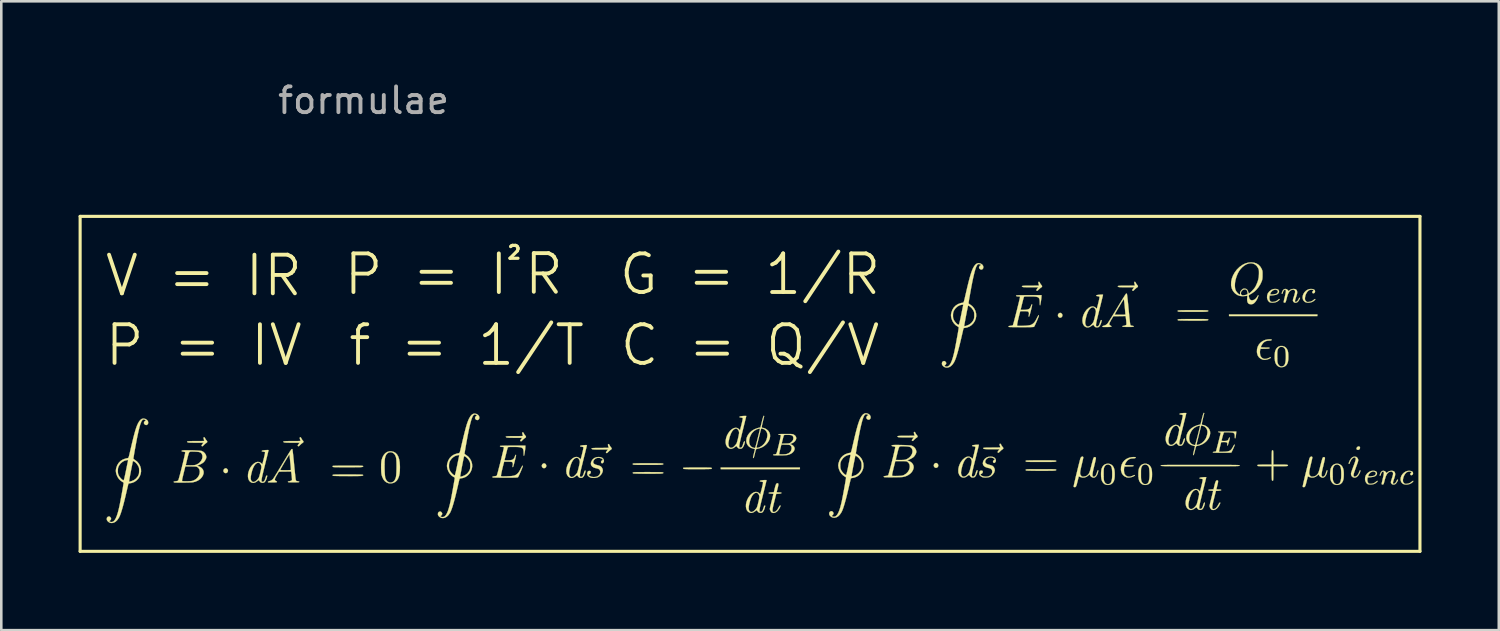
<source format=kicad_pcb>
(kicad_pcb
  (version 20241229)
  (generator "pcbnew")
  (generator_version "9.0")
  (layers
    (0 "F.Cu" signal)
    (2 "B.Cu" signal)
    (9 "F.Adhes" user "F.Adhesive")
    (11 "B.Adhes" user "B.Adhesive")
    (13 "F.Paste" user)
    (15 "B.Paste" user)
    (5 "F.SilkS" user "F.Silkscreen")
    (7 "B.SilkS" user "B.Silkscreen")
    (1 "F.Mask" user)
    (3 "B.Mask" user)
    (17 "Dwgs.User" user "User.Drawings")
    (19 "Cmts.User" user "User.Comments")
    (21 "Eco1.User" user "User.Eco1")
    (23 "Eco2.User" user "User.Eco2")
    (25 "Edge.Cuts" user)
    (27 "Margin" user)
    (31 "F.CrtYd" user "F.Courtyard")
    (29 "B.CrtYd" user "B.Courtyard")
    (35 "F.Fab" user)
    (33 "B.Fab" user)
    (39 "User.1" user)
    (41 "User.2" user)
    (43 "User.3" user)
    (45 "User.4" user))
  (footprint "formulae"
    (layer "F.Cu")
    (at 6.06 12.348)
    (property "Reference" "formulae" (at 5 -11.5 0) (layer "F.Fab") (effects (font (size 1 1) (thickness 0.15))))
    (attr through_hole)
    (fp_line (start -6 -7) (end -6 6) (stroke (width 0.12) (type solid)) (layer "F.SilkS"))
    (fp_line (start -6 6) (end 46 6) (stroke (width 0.12) (type solid)) (layer "F.SilkS"))
    (fp_line (start 46 -7) (end -6 -7) (stroke (width 0.12) (type solid)) (layer "F.SilkS"))
    (fp_line (start 46 6) (end 46 -7) (stroke (width 0.12) (type solid)) (layer "F.SilkS"))
    (fp_poly (pts (xy 21.935 2.81) (xy 18.862 2.81) (xy 18.862 2.747) (xy 21.935 2.747) (xy 21.935 2.81)) (stroke (width 0.01) (type solid)) (fill yes) (layer "F.SilkS"))
    (fp_poly (pts (xy 42.019 -3.131) (xy 38.59 -3.131) (xy 38.59 -3.194) (xy 42.019 -3.194) (xy 42.019 -3.131)) (stroke (width 0.01) (type solid)) (fill yes) (layer "F.SilkS"))
    (fp_poly (pts (xy 43.646 1.931) (xy 43.669 1.953) (xy 43.675 1.983) (xy 43.664 2.024) (xy 43.637 2.052) (xy 43.599 2.064) (xy 43.563 2.057) (xy 43.541 2.036) (xy 43.537 2.005) (xy 43.551 1.97) (xy 43.576 1.943) (xy 43.613 1.927) (xy 43.646 1.931)) (stroke (width 0.01) (type solid)) (fill yes) (layer "F.SilkS"))
    (fp_poly (pts (xy -0.314 2.786) (xy -0.282 2.815) (xy -0.264 2.854) (xy -0.262 2.871) (xy -0.272 2.916) (xy -0.298 2.948) (xy -0.334 2.964) (xy -0.374 2.963) (xy -0.411 2.941) (xy -0.414 2.938) (xy -0.437 2.898) (xy -0.438 2.854) (xy -0.419 2.814) (xy -0.406 2.801) (xy -0.377 2.783) (xy -0.351 2.775) (xy -0.351 2.775) (xy -0.314 2.786)) (stroke (width 0.01) (type solid)) (fill yes) (layer "F.SilkS"))
    (fp_poly (pts (xy 12.043 2.594) (xy 12.074 2.623) (xy 12.092 2.662) (xy 12.094 2.679) (xy 12.084 2.724) (xy 12.058 2.756) (xy 12.022 2.772) (xy 11.983 2.771) (xy 11.945 2.749) (xy 11.942 2.746) (xy 11.92 2.706) (xy 11.918 2.662) (xy 11.937 2.622) (xy 11.95 2.609) (xy 11.98 2.591) (xy 12.005 2.583) (xy 12.005 2.583) (xy 12.043 2.594)) (stroke (width 0.01) (type solid)) (fill yes) (layer "F.SilkS"))
    (fp_poly (pts (xy 27.255 2.581) (xy 27.287 2.61) (xy 27.305 2.648) (xy 27.307 2.666) (xy 27.297 2.71) (xy 27.271 2.742) (xy 27.235 2.759) (xy 27.195 2.757) (xy 27.158 2.735) (xy 27.155 2.732) (xy 27.132 2.692) (xy 27.131 2.648) (xy 27.15 2.608) (xy 27.163 2.596) (xy 27.192 2.577) (xy 27.218 2.569) (xy 27.218 2.569) (xy 27.255 2.581)) (stroke (width 0.01) (type solid)) (fill yes) (layer "F.SilkS"))
    (fp_poly (pts (xy 32.074 -3.246) (xy 32.105 -3.217) (xy 32.123 -3.179) (xy 32.125 -3.161) (xy 32.115 -3.117) (xy 32.089 -3.085) (xy 32.053 -3.068) (xy 32.014 -3.07) (xy 31.976 -3.092) (xy 31.973 -3.095) (xy 31.951 -3.135) (xy 31.949 -3.179) (xy 31.968 -3.219) (xy 31.981 -3.231) (xy 32.011 -3.25) (xy 32.036 -3.257) (xy 32.036 -3.257) (xy 32.074 -3.246)) (stroke (width 0.01) (type solid)) (fill yes) (layer "F.SilkS"))
    (fp_poly (pts (xy 18.093 2.747) (xy 18.202 2.747) (xy 18.291 2.748) (xy 18.361 2.749) (xy 18.414 2.75) (xy 18.453 2.752) (xy 18.48 2.754) (xy 18.498 2.758) (xy 18.507 2.762) (xy 18.511 2.767) (xy 18.511 2.767) (xy 18.515 2.791) (xy 18.512 2.799) (xy 18.498 2.801) (xy 18.461 2.804) (xy 18.403 2.806) (xy 18.326 2.807) (xy 18.233 2.809) (xy 18.126 2.81) (xy 18.007 2.81) (xy 17.959 2.81) (xy 17.825 2.81) (xy 17.714 2.81) (xy 17.624 2.809) (xy 17.553 2.808) (xy 17.499 2.806) (xy 17.46 2.804) (xy 17.433 2.802) (xy 17.416 2.798) (xy 17.408 2.794) (xy 17.406 2.792) (xy 17.405 2.767) (xy 17.407 2.76) (xy 17.422 2.756) (xy 17.461 2.753) (xy 17.525 2.751) (xy 17.613 2.749) (xy 17.726 2.747) (xy 17.864 2.747) (xy 17.96 2.747) (xy 18.093 2.747)) (stroke (width 0.01) (type solid)) (fill yes) (layer "F.SilkS"))
    (fp_poly (pts (xy 4.532 2.674) (xy 4.649 2.674) (xy 4.744 2.675) (xy 4.82 2.676) (xy 4.878 2.677) (xy 4.922 2.679) (xy 4.951 2.682) (xy 4.97 2.685) (xy 4.979 2.689) (xy 4.981 2.691) (xy 4.984 2.702) (xy 4.983 2.71) (xy 4.975 2.718) (xy 4.959 2.723) (xy 4.933 2.728) (xy 4.895 2.731) (xy 4.842 2.734) (xy 4.773 2.735) (xy 4.685 2.736) (xy 4.577 2.737) (xy 4.446 2.737) (xy 4.383 2.737) (xy 4.245 2.737) (xy 4.13 2.737) (xy 4.037 2.736) (xy 3.962 2.735) (xy 3.905 2.734) (xy 3.862 2.732) (xy 3.833 2.729) (xy 3.814 2.726) (xy 3.804 2.722) (xy 3.801 2.719) (xy 3.799 2.694) (xy 3.802 2.687) (xy 3.816 2.683) (xy 3.854 2.68) (xy 3.917 2.678) (xy 4.004 2.676) (xy 4.116 2.674) (xy 4.253 2.674) (xy 4.392 2.674) (xy 4.532 2.674)) (stroke (width 0.01) (type solid)) (fill yes) (layer "F.SilkS"))
    (fp_poly (pts (xy 16.182 2.582) (xy 16.299 2.582) (xy 16.394 2.583) (xy 16.47 2.584) (xy 16.528 2.585) (xy 16.572 2.587) (xy 16.601 2.59) (xy 16.62 2.593) (xy 16.629 2.597) (xy 16.631 2.599) (xy 16.634 2.61) (xy 16.633 2.618) (xy 16.625 2.626) (xy 16.609 2.631) (xy 16.583 2.636) (xy 16.545 2.639) (xy 16.492 2.642) (xy 16.423 2.643) (xy 16.335 2.644) (xy 16.227 2.645) (xy 16.096 2.645) (xy 16.033 2.645) (xy 15.895 2.645) (xy 15.78 2.645) (xy 15.687 2.644) (xy 15.612 2.643) (xy 15.555 2.642) (xy 15.512 2.64) (xy 15.483 2.637) (xy 15.464 2.634) (xy 15.454 2.63) (xy 15.451 2.627) (xy 15.449 2.602) (xy 15.452 2.595) (xy 15.466 2.591) (xy 15.504 2.588) (xy 15.567 2.586) (xy 15.654 2.584) (xy 15.766 2.582) (xy 15.903 2.582) (xy 16.042 2.582) (xy 16.182 2.582)) (stroke (width 0.01) (type solid)) (fill yes) (layer "F.SilkS"))
    (fp_poly (pts (xy 31.432 2.468) (xy 31.549 2.468) (xy 31.644 2.469) (xy 31.72 2.47) (xy 31.778 2.472) (xy 31.822 2.474) (xy 31.851 2.476) (xy 31.87 2.479) (xy 31.879 2.483) (xy 31.881 2.485) (xy 31.884 2.496) (xy 31.883 2.505) (xy 31.875 2.512) (xy 31.859 2.518) (xy 31.833 2.522) (xy 31.795 2.526) (xy 31.742 2.528) (xy 31.673 2.53) (xy 31.585 2.531) (xy 31.477 2.531) (xy 31.346 2.531) (xy 31.283 2.531) (xy 31.145 2.531) (xy 31.03 2.531) (xy 30.937 2.53) (xy 30.862 2.529) (xy 30.805 2.528) (xy 30.762 2.526) (xy 30.733 2.523) (xy 30.714 2.52) (xy 30.704 2.516) (xy 30.701 2.513) (xy 30.699 2.488) (xy 30.702 2.481) (xy 30.716 2.477) (xy 30.754 2.474) (xy 30.817 2.472) (xy 30.904 2.47) (xy 31.016 2.469) (xy 31.153 2.468) (xy 31.292 2.468) (xy 31.432 2.468)) (stroke (width 0.01) (type solid)) (fill yes) (layer "F.SilkS"))
    (fp_poly (pts (xy 37.332 -3.359) (xy 37.449 -3.359) (xy 37.544 -3.358) (xy 37.62 -3.357) (xy 37.678 -3.355) (xy 37.722 -3.353) (xy 37.751 -3.351) (xy 37.77 -3.348) (xy 37.779 -3.344) (xy 37.781 -3.342) (xy 37.784 -3.331) (xy 37.783 -3.322) (xy 37.775 -3.315) (xy 37.759 -3.309) (xy 37.733 -3.305) (xy 37.695 -3.301) (xy 37.642 -3.299) (xy 37.573 -3.297) (xy 37.485 -3.296) (xy 37.377 -3.296) (xy 37.246 -3.296) (xy 37.183 -3.296) (xy 37.045 -3.296) (xy 36.93 -3.296) (xy 36.837 -3.297) (xy 36.762 -3.298) (xy 36.705 -3.299) (xy 36.662 -3.301) (xy 36.633 -3.304) (xy 36.614 -3.307) (xy 36.604 -3.31) (xy 36.601 -3.314) (xy 36.599 -3.338) (xy 36.602 -3.346) (xy 36.616 -3.349) (xy 36.654 -3.352) (xy 36.717 -3.355) (xy 36.804 -3.357) (xy 36.916 -3.358) (xy 37.053 -3.359) (xy 37.192 -3.359) (xy 37.332 -3.359)) (stroke (width 0.01) (type solid)) (fill yes) (layer "F.SilkS"))
    (fp_poly (pts (xy 4.531 3.017) (xy 4.648 3.017) (xy 4.743 3.018) (xy 4.819 3.019) (xy 4.878 3.02) (xy 4.921 3.022) (xy 4.951 3.025) (xy 4.97 3.028) (xy 4.979 3.032) (xy 4.981 3.034) (xy 4.984 3.045) (xy 4.982 3.053) (xy 4.975 3.061) (xy 4.959 3.066) (xy 4.932 3.071) (xy 4.894 3.074) (xy 4.84 3.077) (xy 4.77 3.078) (xy 4.682 3.079) (xy 4.572 3.08) (xy 4.44 3.08) (xy 4.393 3.08) (xy 4.275 3.079) (xy 4.165 3.079) (xy 4.065 3.078) (xy 3.977 3.076) (xy 3.906 3.074) (xy 3.852 3.072) (xy 3.819 3.07) (xy 3.81 3.068) (xy 3.798 3.049) (xy 3.8 3.037) (xy 3.804 3.032) (xy 3.813 3.028) (xy 3.829 3.025) (xy 3.854 3.022) (xy 3.892 3.02) (xy 3.943 3.019) (xy 4.009 3.018) (xy 4.094 3.017) (xy 4.199 3.017) (xy 4.326 3.016) (xy 4.391 3.016) (xy 4.531 3.017)) (stroke (width 0.01) (type solid)) (fill yes) (layer "F.SilkS"))
    (fp_poly (pts (xy 16.181 2.925) (xy 16.298 2.925) (xy 16.393 2.926) (xy 16.469 2.927) (xy 16.528 2.928) (xy 16.571 2.93) (xy 16.601 2.933) (xy 16.62 2.936) (xy 16.629 2.94) (xy 16.631 2.942) (xy 16.634 2.953) (xy 16.632 2.961) (xy 16.625 2.969) (xy 16.609 2.974) (xy 16.582 2.979) (xy 16.544 2.982) (xy 16.49 2.985) (xy 16.42 2.986) (xy 16.332 2.987) (xy 16.222 2.988) (xy 16.09 2.988) (xy 16.043 2.988) (xy 15.925 2.987) (xy 15.815 2.987) (xy 15.715 2.986) (xy 15.627 2.984) (xy 15.556 2.982) (xy 15.502 2.98) (xy 15.469 2.978) (xy 15.46 2.976) (xy 15.448 2.957) (xy 15.45 2.945) (xy 15.454 2.94) (xy 15.463 2.936) (xy 15.479 2.933) (xy 15.504 2.93) (xy 15.542 2.928) (xy 15.593 2.927) (xy 15.659 2.926) (xy 15.744 2.925) (xy 15.849 2.925) (xy 15.976 2.924) (xy 16.041 2.924) (xy 16.181 2.925)) (stroke (width 0.01) (type solid)) (fill yes) (layer "F.SilkS"))
    (fp_poly (pts (xy 31.431 2.811) (xy 31.548 2.811) (xy 31.643 2.812) (xy 31.719 2.813) (xy 31.778 2.814) (xy 31.821 2.816) (xy 31.851 2.819) (xy 31.87 2.822) (xy 31.879 2.826) (xy 31.881 2.828) (xy 31.884 2.839) (xy 31.882 2.848) (xy 31.875 2.855) (xy 31.859 2.861) (xy 31.832 2.865) (xy 31.794 2.869) (xy 31.74 2.871) (xy 31.67 2.873) (xy 31.582 2.873) (xy 31.472 2.874) (xy 31.34 2.874) (xy 31.293 2.874) (xy 31.175 2.874) (xy 31.065 2.873) (xy 30.965 2.872) (xy 30.877 2.87) (xy 30.806 2.869) (xy 30.752 2.867) (xy 30.719 2.864) (xy 30.71 2.863) (xy 30.698 2.843) (xy 30.7 2.831) (xy 30.704 2.826) (xy 30.713 2.822) (xy 30.729 2.819) (xy 30.754 2.816) (xy 30.792 2.814) (xy 30.843 2.813) (xy 30.909 2.812) (xy 30.994 2.811) (xy 31.099 2.811) (xy 31.226 2.811) (xy 31.291 2.811) (xy 31.431 2.811)) (stroke (width 0.01) (type solid)) (fill yes) (layer "F.SilkS"))
    (fp_poly (pts (xy 37.331 -3.016) (xy 37.448 -3.016) (xy 37.543 -3.015) (xy 37.619 -3.014) (xy 37.678 -3.012) (xy 37.721 -3.01) (xy 37.751 -3.008) (xy 37.77 -3.005) (xy 37.779 -3.001) (xy 37.781 -2.999) (xy 37.784 -2.988) (xy 37.782 -2.979) (xy 37.775 -2.972) (xy 37.759 -2.966) (xy 37.732 -2.962) (xy 37.694 -2.958) (xy 37.64 -2.956) (xy 37.57 -2.954) (xy 37.482 -2.953) (xy 37.372 -2.953) (xy 37.24 -2.953) (xy 37.193 -2.953) (xy 37.075 -2.953) (xy 36.965 -2.954) (xy 36.865 -2.955) (xy 36.777 -2.957) (xy 36.706 -2.958) (xy 36.652 -2.96) (xy 36.619 -2.963) (xy 36.61 -2.964) (xy 36.598 -2.984) (xy 36.6 -2.996) (xy 36.604 -3.001) (xy 36.613 -3.005) (xy 36.629 -3.008) (xy 36.654 -3.011) (xy 36.692 -3.012) (xy 36.743 -3.014) (xy 36.809 -3.015) (xy 36.894 -3.016) (xy 36.999 -3.016) (xy 37.126 -3.016) (xy 37.191 -3.016) (xy 37.331 -3.016)) (stroke (width 0.01) (type solid)) (fill yes) (layer "F.SilkS"))
    (fp_poly (pts (xy -1.176 1.574) (xy -1.156 1.599) (xy -1.147 1.616) (xy -1.126 1.656) (xy -1.098 1.691) (xy -1.095 1.695) (xy -1.068 1.729) (xy -1.066 1.759) (xy -1.088 1.784) (xy -1.098 1.79) (xy -1.126 1.809) (xy -1.162 1.839) (xy -1.19 1.866) (xy -1.22 1.896) (xy -1.242 1.917) (xy -1.252 1.923) (xy -1.269 1.918) (xy -1.275 1.916) (xy -1.288 1.905) (xy -1.286 1.885) (xy -1.267 1.855) (xy -1.252 1.834) (xy -1.212 1.784) (xy -1.509 1.784) (xy -1.61 1.784) (xy -1.689 1.783) (xy -1.747 1.781) (xy -1.788 1.778) (xy -1.815 1.774) (xy -1.829 1.768) (xy -1.83 1.767) (xy -1.845 1.754) (xy -1.85 1.744) (xy -1.841 1.736) (xy -1.818 1.73) (xy -1.778 1.726) (xy -1.719 1.723) (xy -1.639 1.721) (xy -1.536 1.721) (xy -1.514 1.721) (xy -1.427 1.721) (xy -1.347 1.72) (xy -1.28 1.719) (xy -1.229 1.717) (xy -1.196 1.715) (xy -1.186 1.714) (xy -1.186 1.699) (xy -1.194 1.669) (xy -1.198 1.657) (xy -1.209 1.622) (xy -1.211 1.594) (xy -1.21 1.588) (xy -1.195 1.57) (xy -1.176 1.574)) (stroke (width 0.01) (type solid)) (fill yes) (layer "F.SilkS"))
    (fp_poly (pts (xy 2.558 1.574) (xy 2.578 1.599) (xy 2.587 1.616) (xy 2.608 1.656) (xy 2.635 1.691) (xy 2.639 1.695) (xy 2.666 1.729) (xy 2.668 1.759) (xy 2.645 1.784) (xy 2.636 1.79) (xy 2.608 1.809) (xy 2.572 1.839) (xy 2.544 1.866) (xy 2.514 1.896) (xy 2.491 1.917) (xy 2.481 1.923) (xy 2.465 1.918) (xy 2.459 1.916) (xy 2.445 1.905) (xy 2.448 1.885) (xy 2.467 1.855) (xy 2.482 1.834) (xy 2.521 1.784) (xy 2.224 1.784) (xy 2.123 1.784) (xy 2.045 1.783) (xy 1.987 1.781) (xy 1.946 1.778) (xy 1.919 1.774) (xy 1.904 1.768) (xy 1.904 1.767) (xy 1.889 1.754) (xy 1.884 1.744) (xy 1.892 1.736) (xy 1.916 1.73) (xy 1.956 1.726) (xy 2.015 1.723) (xy 2.095 1.721) (xy 2.198 1.721) (xy 2.219 1.721) (xy 2.307 1.721) (xy 2.386 1.72) (xy 2.454 1.719) (xy 2.505 1.717) (xy 2.538 1.715) (xy 2.548 1.714) (xy 2.548 1.699) (xy 2.54 1.669) (xy 2.535 1.657) (xy 2.525 1.622) (xy 2.522 1.594) (xy 2.524 1.588) (xy 2.539 1.57) (xy 2.558 1.574)) (stroke (width 0.01) (type solid)) (fill yes) (layer "F.SilkS"))
    (fp_poly (pts (xy 11.193 1.382) (xy 11.213 1.407) (xy 11.222 1.424) (xy 11.243 1.464) (xy 11.271 1.499) (xy 11.274 1.503) (xy 11.301 1.537) (xy 11.303 1.567) (xy 11.281 1.592) (xy 11.271 1.598) (xy 11.243 1.617) (xy 11.207 1.647) (xy 11.179 1.674) (xy 11.149 1.704) (xy 11.127 1.725) (xy 11.117 1.731) (xy 11.1 1.726) (xy 11.094 1.724) (xy 11.081 1.713) (xy 11.083 1.693) (xy 11.102 1.663) (xy 11.117 1.642) (xy 11.157 1.593) (xy 10.86 1.593) (xy 10.759 1.592) (xy 10.68 1.591) (xy 10.622 1.589) (xy 10.581 1.586) (xy 10.554 1.582) (xy 10.54 1.576) (xy 10.539 1.575) (xy 10.524 1.562) (xy 10.519 1.552) (xy 10.528 1.544) (xy 10.551 1.538) (xy 10.591 1.534) (xy 10.65 1.531) (xy 10.73 1.529) (xy 10.833 1.529) (xy 10.855 1.529) (xy 10.942 1.529) (xy 11.022 1.528) (xy 11.089 1.527) (xy 11.14 1.525) (xy 11.173 1.523) (xy 11.183 1.522) (xy 11.183 1.507) (xy 11.175 1.477) (xy 11.171 1.465) (xy 11.16 1.43) (xy 11.158 1.402) (xy 11.159 1.396) (xy 11.174 1.378) (xy 11.193 1.382)) (stroke (width 0.01) (type solid)) (fill yes) (layer "F.SilkS"))
    (fp_poly (pts (xy 14.521 1.839) (xy 14.541 1.864) (xy 14.549 1.881) (xy 14.571 1.922) (xy 14.598 1.957) (xy 14.601 1.96) (xy 14.628 1.994) (xy 14.631 2.024) (xy 14.608 2.049) (xy 14.599 2.055) (xy 14.571 2.074) (xy 14.535 2.104) (xy 14.507 2.131) (xy 14.477 2.161) (xy 14.454 2.182) (xy 14.444 2.188) (xy 14.428 2.183) (xy 14.422 2.181) (xy 14.408 2.17) (xy 14.41 2.151) (xy 14.429 2.12) (xy 14.445 2.099) (xy 14.484 2.05) (xy 14.187 2.05) (xy 14.086 2.049) (xy 14.008 2.048) (xy 13.949 2.046) (xy 13.908 2.043) (xy 13.882 2.039) (xy 13.867 2.033) (xy 13.866 2.033) (xy 13.851 2.019) (xy 13.847 2.009) (xy 13.855 2.001) (xy 13.878 1.995) (xy 13.918 1.991) (xy 13.978 1.988) (xy 14.058 1.987) (xy 14.161 1.986) (xy 14.182 1.986) (xy 14.27 1.986) (xy 14.349 1.985) (xy 14.416 1.984) (xy 14.468 1.982) (xy 14.5 1.981) (xy 14.51 1.979) (xy 14.51 1.964) (xy 14.502 1.935) (xy 14.498 1.923) (xy 14.487 1.887) (xy 14.485 1.859) (xy 14.486 1.854) (xy 14.501 1.835) (xy 14.521 1.839)) (stroke (width 0.01) (type solid)) (fill yes) (layer "F.SilkS"))
    (fp_poly (pts (xy 26.393 1.368) (xy 26.413 1.393) (xy 26.422 1.411) (xy 26.443 1.451) (xy 26.471 1.486) (xy 26.474 1.489) (xy 26.501 1.524) (xy 26.503 1.554) (xy 26.481 1.579) (xy 26.471 1.584) (xy 26.443 1.603) (xy 26.407 1.633) (xy 26.379 1.66) (xy 26.349 1.69) (xy 26.327 1.711) (xy 26.317 1.717) (xy 26.3 1.712) (xy 26.294 1.71) (xy 26.281 1.699) (xy 26.283 1.68) (xy 26.302 1.649) (xy 26.317 1.628) (xy 26.357 1.579) (xy 26.06 1.579) (xy 25.959 1.578) (xy 25.88 1.577) (xy 25.822 1.575) (xy 25.781 1.572) (xy 25.754 1.568) (xy 25.74 1.562) (xy 25.739 1.562) (xy 25.724 1.548) (xy 25.719 1.538) (xy 25.728 1.53) (xy 25.751 1.524) (xy 25.791 1.52) (xy 25.85 1.517) (xy 25.93 1.516) (xy 26.033 1.515) (xy 26.055 1.515) (xy 26.142 1.515) (xy 26.222 1.514) (xy 26.289 1.513) (xy 26.34 1.512) (xy 26.373 1.51) (xy 26.383 1.508) (xy 26.383 1.493) (xy 26.375 1.464) (xy 26.371 1.452) (xy 26.36 1.416) (xy 26.358 1.388) (xy 26.359 1.383) (xy 26.374 1.364) (xy 26.393 1.368)) (stroke (width 0.01) (type solid)) (fill yes) (layer "F.SilkS"))
    (fp_poly (pts (xy 29.721 1.826) (xy 29.741 1.85) (xy 29.749 1.868) (xy 29.771 1.908) (xy 29.798 1.943) (xy 29.801 1.946) (xy 29.828 1.981) (xy 29.831 2.011) (xy 29.808 2.036) (xy 29.799 2.041) (xy 29.771 2.06) (xy 29.735 2.091) (xy 29.707 2.118) (xy 29.677 2.147) (xy 29.654 2.168) (xy 29.644 2.175) (xy 29.628 2.17) (xy 29.622 2.167) (xy 29.608 2.156) (xy 29.61 2.137) (xy 29.629 2.106) (xy 29.645 2.085) (xy 29.684 2.036) (xy 29.387 2.036) (xy 29.286 2.036) (xy 29.208 2.035) (xy 29.149 2.032) (xy 29.108 2.029) (xy 29.082 2.025) (xy 29.067 2.019) (xy 29.066 2.019) (xy 29.051 2.006) (xy 29.047 1.995) (xy 29.055 1.987) (xy 29.078 1.981) (xy 29.118 1.977) (xy 29.178 1.974) (xy 29.258 1.973) (xy 29.361 1.973) (xy 29.382 1.972) (xy 29.47 1.972) (xy 29.549 1.971) (xy 29.616 1.97) (xy 29.668 1.969) (xy 29.7 1.967) (xy 29.71 1.965) (xy 29.71 1.95) (xy 29.702 1.921) (xy 29.698 1.909) (xy 29.687 1.873) (xy 29.685 1.845) (xy 29.686 1.84) (xy 29.701 1.822) (xy 29.721 1.826)) (stroke (width 0.01) (type solid)) (fill yes) (layer "F.SilkS"))
    (fp_poly (pts (xy 31.224 -4.459) (xy 31.244 -4.434) (xy 31.253 -4.416) (xy 31.274 -4.376) (xy 31.302 -4.341) (xy 31.305 -4.338) (xy 31.332 -4.303) (xy 31.334 -4.273) (xy 31.312 -4.248) (xy 31.302 -4.243) (xy 31.274 -4.224) (xy 31.238 -4.193) (xy 31.21 -4.167) (xy 31.18 -4.137) (xy 31.158 -4.116) (xy 31.148 -4.109) (xy 31.131 -4.114) (xy 31.125 -4.117) (xy 31.112 -4.128) (xy 31.114 -4.147) (xy 31.133 -4.178) (xy 31.148 -4.199) (xy 31.188 -4.248) (xy 30.891 -4.248) (xy 30.79 -4.248) (xy 30.711 -4.25) (xy 30.653 -4.252) (xy 30.612 -4.255) (xy 30.585 -4.259) (xy 30.571 -4.265) (xy 30.57 -4.265) (xy 30.555 -4.278) (xy 30.55 -4.289) (xy 30.559 -4.297) (xy 30.582 -4.303) (xy 30.622 -4.307) (xy 30.681 -4.31) (xy 30.761 -4.311) (xy 30.864 -4.312) (xy 30.886 -4.312) (xy 30.973 -4.312) (xy 31.053 -4.313) (xy 31.12 -4.314) (xy 31.171 -4.315) (xy 31.204 -4.317) (xy 31.214 -4.319) (xy 31.214 -4.334) (xy 31.206 -4.363) (xy 31.202 -4.375) (xy 31.191 -4.411) (xy 31.189 -4.439) (xy 31.19 -4.444) (xy 31.205 -4.463) (xy 31.224 -4.459)) (stroke (width 0.01) (type solid)) (fill yes) (layer "F.SilkS"))
    (fp_poly (pts (xy 34.945 -4.459) (xy 34.966 -4.434) (xy 34.974 -4.416) (xy 34.995 -4.376) (xy 35.023 -4.341) (xy 35.026 -4.338) (xy 35.053 -4.303) (xy 35.055 -4.273) (xy 35.033 -4.248) (xy 35.023 -4.243) (xy 34.995 -4.224) (xy 34.959 -4.193) (xy 34.932 -4.167) (xy 34.902 -4.137) (xy 34.879 -4.116) (xy 34.869 -4.109) (xy 34.852 -4.114) (xy 34.846 -4.117) (xy 34.833 -4.128) (xy 34.835 -4.147) (xy 34.854 -4.178) (xy 34.87 -4.199) (xy 34.909 -4.248) (xy 34.612 -4.248) (xy 34.511 -4.248) (xy 34.432 -4.25) (xy 34.374 -4.252) (xy 34.333 -4.255) (xy 34.306 -4.259) (xy 34.292 -4.265) (xy 34.291 -4.265) (xy 34.276 -4.278) (xy 34.271 -4.289) (xy 34.28 -4.297) (xy 34.303 -4.303) (xy 34.343 -4.307) (xy 34.402 -4.31) (xy 34.482 -4.311) (xy 34.585 -4.312) (xy 34.607 -4.312) (xy 34.695 -4.312) (xy 34.774 -4.313) (xy 34.841 -4.314) (xy 34.892 -4.315) (xy 34.925 -4.317) (xy 34.935 -4.319) (xy 34.935 -4.334) (xy 34.927 -4.363) (xy 34.923 -4.375) (xy 34.912 -4.411) (xy 34.91 -4.439) (xy 34.911 -4.444) (xy 34.926 -4.463) (xy 34.945 -4.459)) (stroke (width 0.01) (type solid)) (fill yes) (layer "F.SilkS"))
    (fp_poly (pts (xy 41.826 -4.18) (xy 41.875 -4.166) (xy 41.91 -4.144) (xy 41.922 -4.127) (xy 41.93 -4.081) (xy 41.917 -4.043) (xy 41.9 -4.026) (xy 41.865 -4.013) (xy 41.836 -4.022) (xy 41.823 -4.04) (xy 41.822 -4.065) (xy 41.833 -4.091) (xy 41.849 -4.107) (xy 41.854 -4.108) (xy 41.865 -4.119) (xy 41.866 -4.127) (xy 41.855 -4.142) (xy 41.826 -4.153) (xy 41.786 -4.156) (xy 41.743 -4.152) (xy 41.726 -4.148) (xy 41.675 -4.12) (xy 41.628 -4.073) (xy 41.588 -4.01) (xy 41.557 -3.937) (xy 41.54 -3.859) (xy 41.536 -3.808) (xy 41.54 -3.765) (xy 41.556 -3.733) (xy 41.575 -3.712) (xy 41.599 -3.69) (xy 41.62 -3.679) (xy 41.649 -3.677) (xy 41.687 -3.68) (xy 41.761 -3.693) (xy 41.824 -3.721) (xy 41.884 -3.766) (xy 41.914 -3.789) (xy 41.932 -3.793) (xy 41.937 -3.789) (xy 41.935 -3.771) (xy 41.914 -3.747) (xy 41.882 -3.719) (xy 41.842 -3.693) (xy 41.8 -3.674) (xy 41.793 -3.671) (xy 41.725 -3.655) (xy 41.655 -3.651) (xy 41.59 -3.658) (xy 41.54 -3.677) (xy 41.535 -3.68) (xy 41.485 -3.727) (xy 41.455 -3.785) (xy 41.444 -3.85) (xy 41.451 -3.919) (xy 41.476 -3.987) (xy 41.516 -4.052) (xy 41.572 -4.109) (xy 41.642 -4.154) (xy 41.656 -4.161) (xy 41.71 -4.178) (xy 41.769 -4.184) (xy 41.826 -4.18)) (stroke (width 0.01) (type solid)) (fill yes) (layer "F.SilkS"))
    (fp_poly (pts (xy 45.629 2.879) (xy 45.678 2.892) (xy 45.713 2.914) (xy 45.725 2.932) (xy 45.733 2.978) (xy 45.72 3.016) (xy 45.703 3.033) (xy 45.668 3.046) (xy 45.639 3.037) (xy 45.626 3.018) (xy 45.625 2.994) (xy 45.636 2.968) (xy 45.652 2.952) (xy 45.657 2.95) (xy 45.668 2.94) (xy 45.669 2.932) (xy 45.658 2.916) (xy 45.629 2.906) (xy 45.589 2.903) (xy 45.546 2.907) (xy 45.529 2.911) (xy 45.478 2.938) (xy 45.431 2.986) (xy 45.391 3.049) (xy 45.36 3.122) (xy 45.342 3.2) (xy 45.339 3.251) (xy 45.343 3.294) (xy 45.358 3.325) (xy 45.378 3.347) (xy 45.402 3.369) (xy 45.423 3.379) (xy 45.452 3.382) (xy 45.49 3.379) (xy 45.564 3.366) (xy 45.626 3.338) (xy 45.687 3.293) (xy 45.717 3.27) (xy 45.735 3.265) (xy 45.74 3.27) (xy 45.737 3.288) (xy 45.717 3.312) (xy 45.685 3.34) (xy 45.645 3.365) (xy 45.603 3.385) (xy 45.596 3.388) (xy 45.528 3.404) (xy 45.457 3.408) (xy 45.393 3.401) (xy 45.343 3.382) (xy 45.338 3.379) (xy 45.288 3.332) (xy 45.258 3.274) (xy 45.247 3.208) (xy 45.254 3.14) (xy 45.278 3.071) (xy 45.319 3.007) (xy 45.375 2.95) (xy 45.445 2.905) (xy 45.459 2.898) (xy 45.513 2.881) (xy 45.572 2.875) (xy 45.629 2.879)) (stroke (width 0.01) (type solid)) (fill yes) (layer "F.SilkS"))
    (fp_poly (pts (xy 40.289 2.078) (xy 40.296 2.083) (xy 40.301 2.095) (xy 40.305 2.117) (xy 40.307 2.152) (xy 40.309 2.203) (xy 40.309 2.273) (xy 40.31 2.359) (xy 40.31 2.633) (xy 40.581 2.633) (xy 40.674 2.633) (xy 40.745 2.634) (xy 40.796 2.636) (xy 40.831 2.639) (xy 40.853 2.643) (xy 40.866 2.649) (xy 40.868 2.651) (xy 40.877 2.665) (xy 40.877 2.676) (xy 40.866 2.684) (xy 40.84 2.69) (xy 40.799 2.693) (xy 40.738 2.695) (xy 40.656 2.696) (xy 40.588 2.696) (xy 40.31 2.696) (xy 40.31 2.974) (xy 40.309 3.069) (xy 40.308 3.14) (xy 40.307 3.192) (xy 40.304 3.227) (xy 40.3 3.248) (xy 40.294 3.258) (xy 40.292 3.259) (xy 40.269 3.257) (xy 40.26 3.252) (xy 40.255 3.234) (xy 40.251 3.192) (xy 40.248 3.127) (xy 40.246 3.037) (xy 40.246 2.967) (xy 40.246 2.696) (xy 39.973 2.696) (xy 39.881 2.696) (xy 39.812 2.695) (xy 39.763 2.694) (xy 39.729 2.691) (xy 39.708 2.688) (xy 39.696 2.682) (xy 39.691 2.676) (xy 39.693 2.653) (xy 39.701 2.645) (xy 39.719 2.641) (xy 39.758 2.638) (xy 39.814 2.636) (xy 39.883 2.634) (xy 39.962 2.633) (xy 39.983 2.633) (xy 40.246 2.633) (xy 40.246 2.369) (xy 40.247 2.289) (xy 40.248 2.217) (xy 40.251 2.157) (xy 40.254 2.114) (xy 40.257 2.09) (xy 40.258 2.088) (xy 40.277 2.077) (xy 40.289 2.078)) (stroke (width 0.01) (type solid)) (fill yes) (layer "F.SilkS"))
    (fp_poly (pts (xy 33.931 2.601) (xy 33.999 2.622) (xy 34.057 2.663) (xy 34.077 2.685) (xy 34.109 2.735) (xy 34.131 2.789) (xy 34.146 2.852) (xy 34.153 2.931) (xy 34.155 3.014) (xy 34.152 3.11) (xy 34.144 3.187) (xy 34.128 3.249) (xy 34.104 3.302) (xy 34.08 3.339) (xy 34.03 3.385) (xy 33.965 3.414) (xy 33.891 3.424) (xy 33.822 3.417) (xy 33.761 3.392) (xy 33.708 3.346) (xy 33.666 3.283) (xy 33.646 3.233) (xy 33.633 3.172) (xy 33.625 3.096) (xy 33.622 3.012) (xy 33.622 3.001) (xy 33.725 3.001) (xy 33.725 3.086) (xy 33.727 3.15) (xy 33.729 3.198) (xy 33.734 3.235) (xy 33.741 3.264) (xy 33.748 3.285) (xy 33.781 3.342) (xy 33.826 3.379) (xy 33.879 3.394) (xy 33.937 3.386) (xy 33.953 3.38) (xy 33.988 3.355) (xy 34.015 3.315) (xy 34.034 3.257) (xy 34.048 3.178) (xy 34.05 3.157) (xy 34.055 3.08) (xy 34.056 2.994) (xy 34.054 2.909) (xy 34.048 2.83) (xy 34.039 2.767) (xy 34.035 2.746) (xy 34.009 2.692) (xy 33.968 2.653) (xy 33.915 2.632) (xy 33.858 2.633) (xy 33.832 2.641) (xy 33.795 2.662) (xy 33.767 2.695) (xy 33.754 2.72) (xy 33.743 2.743) (xy 33.736 2.766) (xy 33.73 2.794) (xy 33.727 2.83) (xy 33.725 2.881) (xy 33.725 2.949) (xy 33.725 3.001) (xy 33.622 3.001) (xy 33.624 2.928) (xy 33.632 2.853) (xy 33.644 2.794) (xy 33.646 2.788) (xy 33.684 2.709) (xy 33.735 2.651) (xy 33.788 2.619) (xy 33.859 2.599) (xy 33.931 2.601)) (stroke (width 0.01) (type solid)) (fill yes) (layer "F.SilkS"))
    (fp_poly (pts (xy 34.946 2.344) (xy 34.967 2.351) (xy 34.968 2.365) (xy 34.963 2.373) (xy 34.936 2.386) (xy 34.886 2.392) (xy 34.876 2.392) (xy 34.798 2.397) (xy 34.736 2.414) (xy 34.681 2.446) (xy 34.662 2.461) (xy 34.632 2.492) (xy 34.603 2.531) (xy 34.577 2.572) (xy 34.558 2.61) (xy 34.55 2.638) (xy 34.551 2.647) (xy 34.566 2.651) (xy 34.601 2.655) (xy 34.651 2.657) (xy 34.712 2.658) (xy 34.723 2.658) (xy 34.791 2.659) (xy 34.837 2.66) (xy 34.865 2.662) (xy 34.88 2.667) (xy 34.885 2.674) (xy 34.884 2.681) (xy 34.88 2.69) (xy 34.869 2.696) (xy 34.846 2.7) (xy 34.809 2.703) (xy 34.752 2.705) (xy 34.706 2.706) (xy 34.531 2.71) (xy 34.522 2.744) (xy 34.514 2.799) (xy 34.513 2.864) (xy 34.519 2.928) (xy 34.532 2.981) (xy 34.538 2.995) (xy 34.578 3.051) (xy 34.632 3.087) (xy 34.696 3.103) (xy 34.768 3.098) (xy 34.845 3.07) (xy 34.853 3.066) (xy 34.897 3.045) (xy 34.923 3.037) (xy 34.936 3.043) (xy 34.938 3.053) (xy 34.927 3.063) (xy 34.9 3.08) (xy 34.868 3.097) (xy 34.808 3.119) (xy 34.741 3.133) (xy 34.676 3.138) (xy 34.624 3.131) (xy 34.62 3.13) (xy 34.536 3.091) (xy 34.471 3.036) (xy 34.426 2.965) (xy 34.4 2.878) (xy 34.394 2.828) (xy 34.399 2.723) (xy 34.427 2.625) (xy 34.474 2.538) (xy 34.54 2.464) (xy 34.622 2.406) (xy 34.717 2.365) (xy 34.823 2.344) (xy 34.838 2.343) (xy 34.904 2.341) (xy 34.946 2.344)) (stroke (width 0.01) (type solid)) (fill yes) (layer "F.SilkS"))
    (fp_poly (pts (xy 35.379 2.601) (xy 35.447 2.622) (xy 35.505 2.663) (xy 35.525 2.685) (xy 35.557 2.735) (xy 35.579 2.789) (xy 35.594 2.852) (xy 35.601 2.931) (xy 35.603 3.014) (xy 35.6 3.11) (xy 35.592 3.187) (xy 35.576 3.249) (xy 35.552 3.302) (xy 35.527 3.339) (xy 35.478 3.385) (xy 35.413 3.414) (xy 35.338 3.424) (xy 35.27 3.417) (xy 35.209 3.392) (xy 35.155 3.346) (xy 35.113 3.283) (xy 35.094 3.233) (xy 35.081 3.172) (xy 35.073 3.096) (xy 35.07 3.012) (xy 35.07 3.001) (xy 35.173 3.001) (xy 35.173 3.086) (xy 35.174 3.15) (xy 35.177 3.198) (xy 35.182 3.235) (xy 35.189 3.264) (xy 35.196 3.285) (xy 35.229 3.342) (xy 35.274 3.379) (xy 35.327 3.394) (xy 35.384 3.386) (xy 35.401 3.38) (xy 35.436 3.355) (xy 35.463 3.315) (xy 35.482 3.257) (xy 35.495 3.178) (xy 35.498 3.157) (xy 35.503 3.08) (xy 35.504 2.994) (xy 35.501 2.909) (xy 35.496 2.83) (xy 35.487 2.767) (xy 35.483 2.746) (xy 35.457 2.692) (xy 35.416 2.653) (xy 35.363 2.632) (xy 35.305 2.633) (xy 35.28 2.641) (xy 35.243 2.662) (xy 35.215 2.695) (xy 35.202 2.72) (xy 35.191 2.743) (xy 35.183 2.766) (xy 35.178 2.794) (xy 35.175 2.83) (xy 35.173 2.881) (xy 35.173 2.949) (xy 35.173 3.001) (xy 35.07 3.001) (xy 35.072 2.928) (xy 35.08 2.853) (xy 35.092 2.794) (xy 35.094 2.788) (xy 35.132 2.709) (xy 35.183 2.651) (xy 35.235 2.619) (xy 35.306 2.599) (xy 35.379 2.601)) (stroke (width 0.01) (type solid)) (fill yes) (layer "F.SilkS"))
    (fp_poly (pts (xy 40.224 -2.226) (xy 40.245 -2.218) (xy 40.246 -2.205) (xy 40.24 -2.197) (xy 40.214 -2.183) (xy 40.164 -2.178) (xy 40.153 -2.178) (xy 40.076 -2.173) (xy 40.013 -2.156) (xy 39.959 -2.124) (xy 39.939 -2.108) (xy 39.91 -2.078) (xy 39.881 -2.039) (xy 39.855 -1.997) (xy 39.836 -1.96) (xy 39.828 -1.931) (xy 39.829 -1.922) (xy 39.843 -1.918) (xy 39.878 -1.915) (xy 39.929 -1.912) (xy 39.99 -1.911) (xy 40.001 -1.911) (xy 40.069 -1.911) (xy 40.115 -1.91) (xy 40.143 -1.907) (xy 40.158 -1.903) (xy 40.162 -1.896) (xy 40.162 -1.889) (xy 40.158 -1.88) (xy 40.146 -1.874) (xy 40.124 -1.869) (xy 40.086 -1.866) (xy 40.03 -1.864) (xy 39.983 -1.863) (xy 39.809 -1.86) (xy 39.8 -1.825) (xy 39.791 -1.77) (xy 39.791 -1.706) (xy 39.797 -1.642) (xy 39.81 -1.588) (xy 39.816 -1.575) (xy 39.856 -1.519) (xy 39.91 -1.482) (xy 39.974 -1.467) (xy 40.046 -1.472) (xy 40.122 -1.5) (xy 40.13 -1.504) (xy 40.175 -1.525) (xy 40.201 -1.532) (xy 40.213 -1.526) (xy 40.215 -1.516) (xy 40.205 -1.506) (xy 40.177 -1.489) (xy 40.146 -1.473) (xy 40.086 -1.45) (xy 40.019 -1.436) (xy 39.954 -1.432) (xy 39.901 -1.439) (xy 39.898 -1.44) (xy 39.813 -1.479) (xy 39.749 -1.533) (xy 39.703 -1.604) (xy 39.678 -1.692) (xy 39.672 -1.741) (xy 39.677 -1.847) (xy 39.704 -1.944) (xy 39.752 -2.031) (xy 39.818 -2.105) (xy 39.9 -2.164) (xy 39.995 -2.205) (xy 40.101 -2.225) (xy 40.116 -2.226) (xy 40.181 -2.229) (xy 40.224 -2.226)) (stroke (width 0.01) (type solid)) (fill yes) (layer "F.SilkS"))
    (fp_poly (pts (xy 40.669 -1.969) (xy 40.738 -1.947) (xy 40.795 -1.907) (xy 40.815 -1.884) (xy 40.847 -1.835) (xy 40.87 -1.781) (xy 40.884 -1.717) (xy 40.891 -1.639) (xy 40.893 -1.556) (xy 40.891 -1.459) (xy 40.882 -1.382) (xy 40.866 -1.32) (xy 40.842 -1.268) (xy 40.818 -1.23) (xy 40.768 -1.185) (xy 40.704 -1.156) (xy 40.629 -1.145) (xy 40.56 -1.152) (xy 40.499 -1.178) (xy 40.446 -1.224) (xy 40.404 -1.287) (xy 40.384 -1.336) (xy 40.371 -1.397) (xy 40.363 -1.474) (xy 40.36 -1.558) (xy 40.361 -1.568) (xy 40.463 -1.568) (xy 40.463 -1.483) (xy 40.465 -1.419) (xy 40.468 -1.371) (xy 40.472 -1.335) (xy 40.479 -1.306) (xy 40.487 -1.285) (xy 40.519 -1.228) (xy 40.564 -1.191) (xy 40.617 -1.175) (xy 40.675 -1.183) (xy 40.691 -1.19) (xy 40.727 -1.214) (xy 40.753 -1.254) (xy 40.773 -1.312) (xy 40.786 -1.392) (xy 40.788 -1.413) (xy 40.793 -1.49) (xy 40.794 -1.575) (xy 40.792 -1.661) (xy 40.786 -1.739) (xy 40.777 -1.803) (xy 40.773 -1.823) (xy 40.748 -1.878) (xy 40.706 -1.917) (xy 40.654 -1.937) (xy 40.596 -1.936) (xy 40.57 -1.929) (xy 40.533 -1.908) (xy 40.506 -1.875) (xy 40.492 -1.85) (xy 40.482 -1.827) (xy 40.474 -1.803) (xy 40.469 -1.776) (xy 40.465 -1.739) (xy 40.464 -1.689) (xy 40.463 -1.621) (xy 40.463 -1.568) (xy 40.361 -1.568) (xy 40.363 -1.641) (xy 40.37 -1.716) (xy 40.383 -1.775) (xy 40.385 -1.782) (xy 40.422 -1.861) (xy 40.474 -1.918) (xy 40.526 -1.951) (xy 40.597 -1.971) (xy 40.669 -1.969)) (stroke (width 0.01) (type solid)) (fill yes) (layer "F.SilkS"))
    (fp_poly (pts (xy 42.821 2.601) (xy 42.889 2.622) (xy 42.947 2.663) (xy 42.967 2.685) (xy 42.999 2.735) (xy 43.021 2.789) (xy 43.036 2.852) (xy 43.043 2.931) (xy 43.045 3.014) (xy 43.042 3.11) (xy 43.034 3.187) (xy 43.018 3.249) (xy 42.994 3.302) (xy 42.97 3.339) (xy 42.92 3.385) (xy 42.855 3.414) (xy 42.781 3.424) (xy 42.712 3.417) (xy 42.651 3.392) (xy 42.598 3.346) (xy 42.556 3.283) (xy 42.536 3.233) (xy 42.523 3.172) (xy 42.515 3.096) (xy 42.512 3.012) (xy 42.512 3.001) (xy 42.615 3.001) (xy 42.615 3.086) (xy 42.617 3.15) (xy 42.619 3.198) (xy 42.624 3.235) (xy 42.631 3.264) (xy 42.638 3.285) (xy 42.671 3.342) (xy 42.716 3.379) (xy 42.769 3.394) (xy 42.827 3.386) (xy 42.843 3.38) (xy 42.878 3.355) (xy 42.905 3.315) (xy 42.924 3.257) (xy 42.938 3.178) (xy 42.94 3.157) (xy 42.945 3.08) (xy 42.946 2.994) (xy 42.944 2.909) (xy 42.938 2.83) (xy 42.929 2.767) (xy 42.925 2.746) (xy 42.899 2.692) (xy 42.858 2.653) (xy 42.805 2.632) (xy 42.748 2.633) (xy 42.722 2.641) (xy 42.685 2.662) (xy 42.657 2.695) (xy 42.644 2.72) (xy 42.633 2.743) (xy 42.626 2.766) (xy 42.62 2.794) (xy 42.617 2.83) (xy 42.615 2.881) (xy 42.615 2.949) (xy 42.615 3.001) (xy 42.512 3.001) (xy 42.514 2.928) (xy 42.522 2.853) (xy 42.534 2.794) (xy 42.536 2.788) (xy 42.574 2.709) (xy 42.625 2.651) (xy 42.678 2.619) (xy 42.749 2.599) (xy 42.821 2.601)) (stroke (width 0.01) (type solid)) (fill yes) (layer "F.SilkS"))
    (fp_poly (pts (xy 43.521 2.332) (xy 43.562 2.36) (xy 43.593 2.409) (xy 43.595 2.414) (xy 43.601 2.431) (xy 43.605 2.448) (xy 43.605 2.468) (xy 43.601 2.494) (xy 43.591 2.53) (xy 43.576 2.578) (xy 43.553 2.642) (xy 43.522 2.725) (xy 43.508 2.764) (xy 43.473 2.862) (xy 43.447 2.939) (xy 43.43 2.998) (xy 43.423 3.041) (xy 43.425 3.07) (xy 43.435 3.088) (xy 43.453 3.098) (xy 43.469 3.1) (xy 43.512 3.092) (xy 43.554 3.062) (xy 43.594 3.014) (xy 43.628 2.95) (xy 43.637 2.928) (xy 43.653 2.888) (xy 43.667 2.859) (xy 43.677 2.849) (xy 43.686 2.859) (xy 43.686 2.887) (xy 43.676 2.927) (xy 43.661 2.963) (xy 43.618 3.041) (xy 43.569 3.097) (xy 43.516 3.131) (xy 43.459 3.14) (xy 43.402 3.126) (xy 43.393 3.121) (xy 43.352 3.085) (xy 43.328 3.035) (xy 43.324 2.979) (xy 43.324 2.975) (xy 43.331 2.948) (xy 43.346 2.902) (xy 43.366 2.842) (xy 43.391 2.773) (xy 43.414 2.711) (xy 43.451 2.613) (xy 43.478 2.536) (xy 43.496 2.478) (xy 43.505 2.434) (xy 43.507 2.403) (xy 43.503 2.381) (xy 43.497 2.373) (xy 43.468 2.354) (xy 43.433 2.358) (xy 43.394 2.38) (xy 43.354 2.419) (xy 43.318 2.474) (xy 43.305 2.499) (xy 43.286 2.541) (xy 43.273 2.574) (xy 43.269 2.592) (xy 43.258 2.605) (xy 43.248 2.607) (xy 43.235 2.599) (xy 43.237 2.572) (xy 43.253 2.526) (xy 43.28 2.468) (xy 43.326 2.397) (xy 43.378 2.35) (xy 43.437 2.326) (xy 43.465 2.324) (xy 43.521 2.332)) (stroke (width 0.01) (type solid)) (fill yes) (layer "F.SilkS"))
    (fp_poly (pts (xy 37.7 2.646) (xy 37.905 2.646) (xy 38.087 2.646) (xy 38.248 2.646) (xy 38.389 2.646) (xy 38.511 2.646) (xy 38.616 2.647) (xy 38.704 2.648) (xy 38.778 2.648) (xy 38.839 2.649) (xy 38.887 2.651) (xy 38.925 2.652) (xy 38.953 2.654) (xy 38.973 2.656) (xy 38.987 2.658) (xy 38.995 2.661) (xy 39 2.664) (xy 39.001 2.668) (xy 39.002 2.671) (xy 39.001 2.675) (xy 38.999 2.678) (xy 38.995 2.681) (xy 38.986 2.684) (xy 38.972 2.686) (xy 38.951 2.688) (xy 38.922 2.69) (xy 38.883 2.691) (xy 38.833 2.693) (xy 38.772 2.694) (xy 38.697 2.694) (xy 38.607 2.695) (xy 38.5 2.696) (xy 38.377 2.696) (xy 38.234 2.696) (xy 38.071 2.696) (xy 37.887 2.696) (xy 37.68 2.696) (xy 37.471 2.696) (xy 37.242 2.696) (xy 37.037 2.696) (xy 36.855 2.696) (xy 36.694 2.696) (xy 36.553 2.696) (xy 36.431 2.696) (xy 36.327 2.695) (xy 36.238 2.694) (xy 36.164 2.694) (xy 36.104 2.693) (xy 36.055 2.691) (xy 36.018 2.69) (xy 35.989 2.688) (xy 35.969 2.686) (xy 35.955 2.684) (xy 35.947 2.681) (xy 35.943 2.678) (xy 35.941 2.674) (xy 35.941 2.671) (xy 35.941 2.667) (xy 35.943 2.664) (xy 35.947 2.661) (xy 35.956 2.658) (xy 35.97 2.656) (xy 35.991 2.654) (xy 36.021 2.652) (xy 36.059 2.651) (xy 36.109 2.649) (xy 36.171 2.648) (xy 36.246 2.647) (xy 36.336 2.647) (xy 36.442 2.646) (xy 36.566 2.646) (xy 36.708 2.646) (xy 36.871 2.646) (xy 37.055 2.646) (xy 37.262 2.646) (xy 37.471 2.646) (xy 37.7 2.646)) (stroke (width 0.01) (type solid)) (fill yes) (layer "F.SilkS"))
    (fp_poly (pts (xy 40.433 -4.181) (xy 40.48 -4.168) (xy 40.509 -4.148) (xy 40.53 -4.104) (xy 40.529 -4.059) (xy 40.506 -4.016) (xy 40.464 -3.98) (xy 40.433 -3.965) (xy 40.397 -3.954) (xy 40.345 -3.945) (xy 40.288 -3.937) (xy 40.275 -3.936) (xy 40.166 -3.927) (xy 40.158 -3.861) (xy 40.157 -3.798) (xy 40.172 -3.742) (xy 40.198 -3.702) (xy 40.216 -3.689) (xy 40.251 -3.68) (xy 40.3 -3.68) (xy 40.354 -3.687) (xy 40.402 -3.701) (xy 40.417 -3.708) (xy 40.452 -3.729) (xy 40.491 -3.758) (xy 40.5 -3.766) (xy 40.53 -3.789) (xy 40.548 -3.793) (xy 40.553 -3.789) (xy 40.55 -3.771) (xy 40.53 -3.747) (xy 40.497 -3.719) (xy 40.458 -3.693) (xy 40.416 -3.674) (xy 40.409 -3.671) (xy 40.359 -3.659) (xy 40.3 -3.653) (xy 40.242 -3.653) (xy 40.192 -3.659) (xy 40.168 -3.666) (xy 40.128 -3.699) (xy 40.094 -3.749) (xy 40.072 -3.811) (xy 40.065 -3.855) (xy 40.071 -3.94) (xy 40.09 -3.99) (xy 40.19 -3.99) (xy 40.192 -3.978) (xy 40.202 -3.971) (xy 40.224 -3.969) (xy 40.265 -3.97) (xy 40.288 -3.971) (xy 40.344 -3.977) (xy 40.393 -3.987) (xy 40.427 -3.998) (xy 40.461 -4.027) (xy 40.48 -4.058) (xy 40.487 -4.088) (xy 40.48 -4.11) (xy 40.463 -4.128) (xy 40.421 -4.154) (xy 40.369 -4.156) (xy 40.307 -4.135) (xy 40.304 -4.134) (xy 40.265 -4.106) (xy 40.229 -4.069) (xy 40.202 -4.028) (xy 40.19 -3.993) (xy 40.19 -3.99) (xy 40.09 -3.99) (xy 40.1 -4.017) (xy 40.151 -4.085) (xy 40.221 -4.14) (xy 40.265 -4.163) (xy 40.318 -4.179) (xy 40.376 -4.185) (xy 40.433 -4.181)) (stroke (width 0.01) (type solid)) (fill yes) (layer "F.SilkS"))
    (fp_poly (pts (xy 44.236 2.878) (xy 44.283 2.891) (xy 44.312 2.911) (xy 44.333 2.955) (xy 44.331 3) (xy 44.309 3.043) (xy 44.267 3.079) (xy 44.236 3.094) (xy 44.2 3.105) (xy 44.148 3.114) (xy 44.091 3.122) (xy 44.078 3.123) (xy 43.969 3.132) (xy 43.96 3.197) (xy 43.96 3.261) (xy 43.974 3.316) (xy 44.001 3.357) (xy 44.019 3.37) (xy 44.054 3.379) (xy 44.103 3.379) (xy 44.156 3.372) (xy 44.205 3.358) (xy 44.22 3.351) (xy 44.255 3.329) (xy 44.293 3.3) (xy 44.303 3.293) (xy 44.333 3.27) (xy 44.351 3.265) (xy 44.356 3.27) (xy 44.353 3.288) (xy 44.333 3.312) (xy 44.3 3.34) (xy 44.26 3.365) (xy 44.218 3.385) (xy 44.211 3.388) (xy 44.162 3.399) (xy 44.103 3.405) (xy 44.044 3.406) (xy 43.995 3.4) (xy 43.971 3.392) (xy 43.93 3.36) (xy 43.897 3.31) (xy 43.875 3.248) (xy 43.868 3.203) (xy 43.874 3.119) (xy 43.893 3.069) (xy 43.993 3.069) (xy 43.995 3.081) (xy 44.005 3.088) (xy 44.027 3.09) (xy 44.068 3.089) (xy 44.091 3.088) (xy 44.147 3.082) (xy 44.196 3.072) (xy 44.229 3.061) (xy 44.264 3.032) (xy 44.283 3.001) (xy 44.29 2.971) (xy 44.282 2.949) (xy 44.266 2.93) (xy 44.224 2.905) (xy 44.172 2.902) (xy 44.11 2.923) (xy 44.107 2.925) (xy 44.068 2.952) (xy 44.032 2.99) (xy 44.005 3.03) (xy 43.993 3.066) (xy 43.993 3.069) (xy 43.893 3.069) (xy 43.903 3.042) (xy 43.954 2.974) (xy 44.023 2.919) (xy 44.067 2.896) (xy 44.121 2.88) (xy 44.179 2.874) (xy 44.236 2.878)) (stroke (width 0.01) (type solid)) (fill yes) (layer "F.SilkS"))
    (fp_poly (pts (xy 6.168 2.139) (xy 6.24 2.179) (xy 6.299 2.238) (xy 6.345 2.318) (xy 6.379 2.419) (xy 6.401 2.541) (xy 6.411 2.686) (xy 6.412 2.743) (xy 6.408 2.876) (xy 6.397 2.988) (xy 6.377 3.082) (xy 6.347 3.161) (xy 6.308 3.23) (xy 6.285 3.26) (xy 6.23 3.309) (xy 6.159 3.344) (xy 6.08 3.362) (xy 6.001 3.362) (xy 5.977 3.358) (xy 5.895 3.327) (xy 5.826 3.276) (xy 5.769 3.204) (xy 5.724 3.11) (xy 5.699 3.029) (xy 5.692 2.983) (xy 5.686 2.917) (xy 5.683 2.839) (xy 5.681 2.754) (xy 5.682 2.704) (xy 5.816 2.704) (xy 5.817 2.798) (xy 5.82 2.89) (xy 5.824 2.977) (xy 5.83 3.052) (xy 5.837 3.111) (xy 5.844 3.151) (xy 5.845 3.152) (xy 5.879 3.227) (xy 5.924 3.283) (xy 5.978 3.318) (xy 6.039 3.332) (xy 6.103 3.321) (xy 6.132 3.309) (xy 6.177 3.277) (xy 6.213 3.229) (xy 6.242 3.163) (xy 6.256 3.117) (xy 6.263 3.074) (xy 6.269 3.011) (xy 6.274 2.932) (xy 6.277 2.843) (xy 6.279 2.749) (xy 6.279 2.653) (xy 6.277 2.563) (xy 6.274 2.482) (xy 6.269 2.415) (xy 6.262 2.368) (xy 6.262 2.366) (xy 6.234 2.285) (xy 6.193 2.221) (xy 6.14 2.177) (xy 6.077 2.155) (xy 6.046 2.153) (xy 5.979 2.164) (xy 5.922 2.198) (xy 5.877 2.254) (xy 5.844 2.331) (xy 5.828 2.407) (xy 5.822 2.46) (xy 5.818 2.53) (xy 5.816 2.613) (xy 5.816 2.704) (xy 5.682 2.704) (xy 5.682 2.667) (xy 5.685 2.587) (xy 5.69 2.518) (xy 5.697 2.466) (xy 5.699 2.458) (xy 5.736 2.348) (xy 5.785 2.259) (xy 5.845 2.19) (xy 5.916 2.144) (xy 5.996 2.12) (xy 6.083 2.119) (xy 6.168 2.139)) (stroke (width 0.01) (type solid)) (fill yes) (layer "F.SilkS"))
    (fp_poly (pts (xy 14.197 2.345) (xy 14.259 2.368) (xy 14.302 2.406) (xy 14.326 2.458) (xy 14.329 2.494) (xy 14.321 2.529) (xy 14.301 2.561) (xy 14.275 2.58) (xy 14.263 2.583) (xy 14.233 2.573) (xy 14.218 2.549) (xy 14.217 2.519) (xy 14.232 2.49) (xy 14.256 2.472) (xy 14.28 2.454) (xy 14.28 2.434) (xy 14.255 2.411) (xy 14.223 2.393) (xy 14.156 2.372) (xy 14.087 2.372) (xy 14.023 2.389) (xy 13.97 2.424) (xy 13.932 2.472) (xy 13.914 2.525) (xy 13.92 2.569) (xy 13.948 2.605) (xy 14 2.633) (xy 14.066 2.653) (xy 14.119 2.666) (xy 14.167 2.683) (xy 14.201 2.698) (xy 14.201 2.699) (xy 14.241 2.736) (xy 14.271 2.788) (xy 14.286 2.845) (xy 14.285 2.885) (xy 14.258 2.965) (xy 14.21 3.036) (xy 14.147 3.094) (xy 14.09 3.126) (xy 14.043 3.138) (xy 13.982 3.147) (xy 13.916 3.149) (xy 13.855 3.147) (xy 13.818 3.14) (xy 13.778 3.122) (xy 13.737 3.095) (xy 13.726 3.085) (xy 13.697 3.054) (xy 13.685 3.025) (xy 13.682 2.988) (xy 13.689 2.93) (xy 13.71 2.894) (xy 13.745 2.878) (xy 13.769 2.878) (xy 13.804 2.885) (xy 13.819 2.902) (xy 13.819 2.905) (xy 13.818 2.952) (xy 13.794 2.988) (xy 13.77 3.002) (xy 13.741 3.021) (xy 13.738 3.042) (xy 13.759 3.066) (xy 13.796 3.088) (xy 13.86 3.109) (xy 13.935 3.117) (xy 14.011 3.11) (xy 14.064 3.096) (xy 14.117 3.064) (xy 14.156 3.021) (xy 14.181 2.97) (xy 14.189 2.918) (xy 14.18 2.868) (xy 14.153 2.826) (xy 14.12 2.802) (xy 14.094 2.793) (xy 14.053 2.781) (xy 14.018 2.774) (xy 13.936 2.749) (xy 13.876 2.712) (xy 13.837 2.665) (xy 13.822 2.609) (xy 13.829 2.543) (xy 13.846 2.501) (xy 13.891 2.432) (xy 13.953 2.381) (xy 14.03 2.349) (xy 14.12 2.338) (xy 14.197 2.345)) (stroke (width 0.01) (type solid)) (fill yes) (layer "F.SilkS"))
    (fp_poly (pts (xy 29.41 2.331) (xy 29.472 2.354) (xy 29.515 2.393) (xy 29.538 2.444) (xy 29.542 2.48) (xy 29.534 2.515) (xy 29.514 2.547) (xy 29.488 2.567) (xy 29.476 2.569) (xy 29.446 2.559) (xy 29.431 2.536) (xy 29.43 2.505) (xy 29.445 2.476) (xy 29.469 2.458) (xy 29.493 2.44) (xy 29.493 2.42) (xy 29.468 2.397) (xy 29.435 2.379) (xy 29.368 2.359) (xy 29.3 2.358) (xy 29.236 2.375) (xy 29.182 2.41) (xy 29.145 2.458) (xy 29.127 2.511) (xy 29.132 2.555) (xy 29.161 2.591) (xy 29.213 2.62) (xy 29.279 2.639) (xy 29.331 2.653) (xy 29.38 2.669) (xy 29.413 2.684) (xy 29.414 2.685) (xy 29.454 2.722) (xy 29.484 2.774) (xy 29.499 2.831) (xy 29.498 2.872) (xy 29.471 2.951) (xy 29.423 3.022) (xy 29.36 3.08) (xy 29.303 3.112) (xy 29.256 3.125) (xy 29.194 3.133) (xy 29.128 3.136) (xy 29.068 3.133) (xy 29.03 3.126) (xy 28.99 3.109) (xy 28.949 3.081) (xy 28.938 3.071) (xy 28.91 3.04) (xy 28.897 3.011) (xy 28.895 2.974) (xy 28.901 2.917) (xy 28.922 2.88) (xy 28.958 2.864) (xy 28.981 2.864) (xy 29.016 2.872) (xy 29.031 2.888) (xy 29.032 2.891) (xy 29.03 2.938) (xy 29.007 2.974) (xy 28.983 2.989) (xy 28.954 3.007) (xy 28.951 3.029) (xy 28.972 3.053) (xy 29.008 3.074) (xy 29.072 3.095) (xy 29.148 3.103) (xy 29.223 3.097) (xy 29.277 3.082) (xy 29.33 3.05) (xy 29.369 3.007) (xy 29.393 2.957) (xy 29.401 2.904) (xy 29.393 2.854) (xy 29.366 2.812) (xy 29.333 2.788) (xy 29.307 2.779) (xy 29.266 2.768) (xy 29.231 2.76) (xy 29.149 2.735) (xy 29.088 2.699) (xy 29.05 2.652) (xy 29.034 2.595) (xy 29.042 2.53) (xy 29.058 2.487) (xy 29.103 2.418) (xy 29.165 2.367) (xy 29.243 2.335) (xy 29.333 2.324) (xy 29.41 2.331)) (stroke (width 0.01) (type solid)) (fill yes) (layer "F.SilkS"))
    (fp_poly (pts (xy 21.082 3.359) (xy 21.095 3.371) (xy 21.1 3.395) (xy 21.097 3.435) (xy 21.085 3.493) (xy 21.072 3.545) (xy 21.058 3.604) (xy 21.045 3.653) (xy 21.037 3.688) (xy 21.034 3.704) (xy 21.034 3.705) (xy 21.045 3.708) (xy 21.076 3.711) (xy 21.119 3.712) (xy 21.122 3.712) (xy 21.179 3.715) (xy 21.213 3.723) (xy 21.223 3.734) (xy 21.212 3.746) (xy 21.178 3.757) (xy 21.124 3.764) (xy 21.104 3.765) (xy 21.016 3.769) (xy 20.943 4.061) (xy 20.915 4.173) (xy 20.894 4.263) (xy 20.88 4.333) (xy 20.873 4.386) (xy 20.872 4.424) (xy 20.877 4.449) (xy 20.89 4.464) (xy 20.909 4.472) (xy 20.934 4.474) (xy 20.934 4.474) (xy 20.975 4.462) (xy 21.019 4.429) (xy 21.063 4.377) (xy 21.103 4.309) (xy 21.105 4.307) (xy 21.128 4.264) (xy 21.15 4.233) (xy 21.166 4.22) (xy 21.167 4.22) (xy 21.181 4.223) (xy 21.184 4.236) (xy 21.176 4.262) (xy 21.156 4.305) (xy 21.149 4.319) (xy 21.102 4.394) (xy 21.048 4.453) (xy 20.989 4.492) (xy 20.929 4.51) (xy 20.871 4.506) (xy 20.847 4.497) (xy 20.824 4.476) (xy 20.799 4.44) (xy 20.779 4.4) (xy 20.768 4.363) (xy 20.767 4.355) (xy 20.77 4.337) (xy 20.778 4.298) (xy 20.791 4.242) (xy 20.808 4.173) (xy 20.827 4.094) (xy 20.837 4.055) (xy 20.857 3.974) (xy 20.875 3.903) (xy 20.889 3.843) (xy 20.9 3.799) (xy 20.906 3.774) (xy 20.907 3.77) (xy 20.895 3.766) (xy 20.864 3.763) (xy 20.821 3.76) (xy 20.815 3.76) (xy 20.765 3.757) (xy 20.736 3.751) (xy 20.724 3.743) (xy 20.723 3.737) (xy 20.728 3.727) (xy 20.749 3.72) (xy 20.787 3.714) (xy 20.823 3.712) (xy 20.924 3.705) (xy 20.96 3.554) (xy 20.98 3.475) (xy 20.999 3.419) (xy 21.017 3.383) (xy 21.036 3.363) (xy 21.059 3.356) (xy 21.06 3.356) (xy 21.082 3.359)) (stroke (width 0.01) (type solid)) (fill yes) (layer "F.SilkS"))
    (fp_poly (pts (xy 38.148 3.246) (xy 38.162 3.258) (xy 38.166 3.282) (xy 38.163 3.321) (xy 38.151 3.379) (xy 38.138 3.431) (xy 38.124 3.49) (xy 38.112 3.539) (xy 38.103 3.575) (xy 38.1 3.591) (xy 38.1 3.591) (xy 38.111 3.595) (xy 38.142 3.597) (xy 38.185 3.598) (xy 38.188 3.598) (xy 38.245 3.601) (xy 38.279 3.609) (xy 38.289 3.621) (xy 38.278 3.632) (xy 38.245 3.643) (xy 38.19 3.65) (xy 38.17 3.651) (xy 38.082 3.655) (xy 38.009 3.947) (xy 37.981 4.059) (xy 37.96 4.149) (xy 37.946 4.219) (xy 37.939 4.272) (xy 37.938 4.31) (xy 37.944 4.336) (xy 37.956 4.351) (xy 37.975 4.358) (xy 38 4.36) (xy 38 4.36) (xy 38.041 4.348) (xy 38.085 4.315) (xy 38.129 4.263) (xy 38.169 4.196) (xy 38.171 4.193) (xy 38.194 4.15) (xy 38.216 4.12) (xy 38.232 4.106) (xy 38.233 4.106) (xy 38.247 4.109) (xy 38.25 4.122) (xy 38.242 4.148) (xy 38.222 4.191) (xy 38.215 4.205) (xy 38.168 4.281) (xy 38.114 4.339) (xy 38.055 4.378) (xy 37.995 4.396) (xy 37.937 4.392) (xy 37.913 4.383) (xy 37.89 4.362) (xy 37.865 4.327) (xy 37.845 4.286) (xy 37.834 4.25) (xy 37.833 4.241) (xy 37.836 4.223) (xy 37.844 4.184) (xy 37.857 4.128) (xy 37.874 4.059) (xy 37.893 3.981) (xy 37.903 3.941) (xy 37.923 3.861) (xy 37.941 3.789) (xy 37.956 3.729) (xy 37.966 3.685) (xy 37.972 3.66) (xy 37.973 3.656) (xy 37.961 3.653) (xy 37.93 3.649) (xy 37.887 3.647) (xy 37.881 3.646) (xy 37.831 3.643) (xy 37.802 3.638) (xy 37.79 3.629) (xy 37.789 3.623) (xy 37.794 3.613) (xy 37.815 3.606) (xy 37.854 3.601) (xy 37.889 3.598) (xy 37.99 3.592) (xy 38.026 3.44) (xy 38.046 3.362) (xy 38.065 3.306) (xy 38.083 3.269) (xy 38.102 3.249) (xy 38.125 3.243) (xy 38.126 3.243) (xy 38.148 3.246)) (stroke (width 0.01) (type solid)) (fill yes) (layer "F.SilkS"))
    (fp_poly (pts (xy 40.827 -4.173) (xy 40.868 -4.144) (xy 40.891 -4.108) (xy 40.899 -4.097) (xy 40.912 -4.106) (xy 40.915 -4.11) (xy 40.965 -4.152) (xy 41.029 -4.177) (xy 41.092 -4.185) (xy 41.153 -4.179) (xy 41.194 -4.16) (xy 41.221 -4.126) (xy 41.23 -4.1) (xy 41.236 -4.069) (xy 41.236 -4.035) (xy 41.229 -3.993) (xy 41.214 -3.939) (xy 41.191 -3.868) (xy 41.18 -3.837) (xy 41.164 -3.785) (xy 41.153 -3.74) (xy 41.148 -3.709) (xy 41.149 -3.701) (xy 41.165 -3.681) (xy 41.19 -3.68) (xy 41.22 -3.694) (xy 41.25 -3.722) (xy 41.277 -3.759) (xy 41.295 -3.798) (xy 41.309 -3.827) (xy 41.325 -3.841) (xy 41.327 -3.842) (xy 41.344 -3.838) (xy 41.346 -3.835) (xy 41.338 -3.808) (xy 41.32 -3.77) (xy 41.296 -3.73) (xy 41.27 -3.697) (xy 41.266 -3.692) (xy 41.234 -3.665) (xy 41.202 -3.653) (xy 41.172 -3.651) (xy 41.133 -3.655) (xy 41.106 -3.67) (xy 41.092 -3.685) (xy 41.078 -3.705) (xy 41.07 -3.725) (xy 41.069 -3.749) (xy 41.075 -3.782) (xy 41.089 -3.83) (xy 41.111 -3.896) (xy 41.129 -3.955) (xy 41.144 -4.01) (xy 41.153 -4.053) (xy 41.155 -4.073) (xy 41.146 -4.12) (xy 41.119 -4.148) (xy 41.077 -4.157) (xy 41.057 -4.155) (xy 41 -4.137) (xy 40.951 -4.102) (xy 40.91 -4.048) (xy 40.874 -3.973) (xy 40.843 -3.875) (xy 40.833 -3.835) (xy 40.818 -3.775) (xy 40.803 -3.724) (xy 40.791 -3.686) (xy 40.784 -3.667) (xy 40.783 -3.667) (xy 40.762 -3.655) (xy 40.741 -3.651) (xy 40.717 -3.658) (xy 40.711 -3.677) (xy 40.714 -3.699) (xy 40.722 -3.739) (xy 40.734 -3.794) (xy 40.75 -3.858) (xy 40.756 -3.882) (xy 40.777 -3.975) (xy 40.791 -4.045) (xy 40.796 -4.096) (xy 40.793 -4.13) (xy 40.781 -4.15) (xy 40.765 -4.157) (xy 40.738 -4.149) (xy 40.712 -4.121) (xy 40.69 -4.079) (xy 40.677 -4.035) (xy 40.667 -4.007) (xy 40.653 -3.994) (xy 40.652 -3.994) (xy 40.639 -3.997) (xy 40.636 -4.009) (xy 40.641 -4.034) (xy 40.654 -4.072) (xy 40.681 -4.131) (xy 40.715 -4.167) (xy 40.758 -4.183) (xy 40.777 -4.185) (xy 40.827 -4.173)) (stroke (width 0.01) (type solid)) (fill yes) (layer "F.SilkS"))
    (fp_poly (pts (xy 44.629 2.885) (xy 44.671 2.915) (xy 44.694 2.951) (xy 44.702 2.962) (xy 44.715 2.953) (xy 44.718 2.948) (xy 44.767 2.907) (xy 44.832 2.882) (xy 44.895 2.874) (xy 44.955 2.88) (xy 44.997 2.898) (xy 45.023 2.932) (xy 45.033 2.959) (xy 45.039 2.99) (xy 45.039 3.024) (xy 45.032 3.065) (xy 45.017 3.12) (xy 44.994 3.191) (xy 44.983 3.222) (xy 44.967 3.273) (xy 44.956 3.318) (xy 44.951 3.35) (xy 44.952 3.358) (xy 44.967 3.378) (xy 44.992 3.379) (xy 45.022 3.365) (xy 45.053 3.337) (xy 45.08 3.3) (xy 45.098 3.261) (xy 45.112 3.232) (xy 45.128 3.218) (xy 45.13 3.217) (xy 45.147 3.221) (xy 45.148 3.224) (xy 45.141 3.251) (xy 45.123 3.288) (xy 45.099 3.328) (xy 45.073 3.362) (xy 45.069 3.366) (xy 45.037 3.394) (xy 45.004 3.406) (xy 44.975 3.408) (xy 44.935 3.404) (xy 44.909 3.389) (xy 44.895 3.374) (xy 44.881 3.354) (xy 44.873 3.334) (xy 44.872 3.31) (xy 44.878 3.276) (xy 44.892 3.229) (xy 44.913 3.163) (xy 44.932 3.104) (xy 44.946 3.049) (xy 44.956 3.006) (xy 44.958 2.986) (xy 44.949 2.939) (xy 44.922 2.911) (xy 44.879 2.902) (xy 44.86 2.904) (xy 44.803 2.922) (xy 44.754 2.957) (xy 44.713 3.011) (xy 44.677 3.086) (xy 44.646 3.184) (xy 44.635 3.223) (xy 44.62 3.283) (xy 44.606 3.335) (xy 44.594 3.373) (xy 44.586 3.392) (xy 44.586 3.392) (xy 44.565 3.404) (xy 44.543 3.408) (xy 44.52 3.401) (xy 44.513 3.382) (xy 44.516 3.36) (xy 44.525 3.32) (xy 44.537 3.265) (xy 44.552 3.201) (xy 44.558 3.176) (xy 44.58 3.084) (xy 44.594 3.014) (xy 44.599 2.963) (xy 44.595 2.928) (xy 44.584 2.909) (xy 44.568 2.902) (xy 44.541 2.91) (xy 44.515 2.938) (xy 44.493 2.979) (xy 44.48 3.023) (xy 44.47 3.052) (xy 44.456 3.065) (xy 44.455 3.065) (xy 44.442 3.062) (xy 44.438 3.05) (xy 44.444 3.024) (xy 44.457 2.987) (xy 44.484 2.928) (xy 44.518 2.892) (xy 44.56 2.875) (xy 44.58 2.874) (xy 44.629 2.885)) (stroke (width 0.01) (type solid)) (fill yes) (layer "F.SilkS"))
    (fp_poly (pts (xy 32.916 2.324) (xy 32.935 2.345) (xy 32.935 2.345) (xy 32.934 2.362) (xy 32.927 2.399) (xy 32.916 2.452) (xy 32.901 2.518) (xy 32.885 2.583) (xy 32.858 2.696) (xy 32.837 2.788) (xy 32.822 2.862) (xy 32.814 2.92) (xy 32.811 2.965) (xy 32.815 3.001) (xy 32.825 3.029) (xy 32.84 3.054) (xy 32.857 3.073) (xy 32.877 3.092) (xy 32.9 3.1) (xy 32.934 3.102) (xy 32.957 3.1) (xy 33.026 3.087) (xy 33.084 3.055) (xy 33.136 3.001) (xy 33.146 2.987) (xy 33.161 2.963) (xy 33.175 2.93) (xy 33.191 2.882) (xy 33.21 2.819) (xy 33.231 2.736) (xy 33.248 2.668) (xy 33.269 2.587) (xy 33.289 2.513) (xy 33.306 2.45) (xy 33.321 2.402) (xy 33.331 2.374) (xy 33.333 2.369) (xy 33.357 2.347) (xy 33.387 2.342) (xy 33.412 2.352) (xy 33.424 2.376) (xy 33.422 2.396) (xy 33.415 2.437) (xy 33.403 2.495) (xy 33.387 2.566) (xy 33.368 2.645) (xy 33.357 2.691) (xy 33.328 2.807) (xy 33.308 2.901) (xy 33.296 2.974) (xy 33.291 3.029) (xy 33.294 3.067) (xy 33.306 3.091) (xy 33.325 3.101) (xy 33.353 3.101) (xy 33.367 3.098) (xy 33.398 3.079) (xy 33.426 3.038) (xy 33.454 2.973) (xy 33.47 2.921) (xy 33.485 2.879) (xy 33.499 2.854) (xy 33.509 2.85) (xy 33.515 2.867) (xy 33.515 2.878) (xy 33.511 2.905) (xy 33.501 2.947) (xy 33.489 2.986) (xy 33.461 3.047) (xy 33.425 3.096) (xy 33.384 3.129) (xy 33.344 3.141) (xy 33.343 3.141) (xy 33.288 3.131) (xy 33.238 3.104) (xy 33.204 3.065) (xy 33.203 3.063) (xy 33.188 3.034) (xy 33.179 3.018) (xy 33.179 3.017) (xy 33.169 3.022) (xy 33.147 3.041) (xy 33.133 3.054) (xy 33.062 3.105) (xy 32.985 3.134) (xy 32.906 3.138) (xy 32.827 3.119) (xy 32.818 3.115) (xy 32.785 3.101) (xy 32.764 3.093) (xy 32.759 3.093) (xy 32.756 3.106) (xy 32.747 3.139) (xy 32.735 3.188) (xy 32.72 3.247) (xy 32.715 3.268) (xy 32.694 3.352) (xy 32.677 3.414) (xy 32.662 3.457) (xy 32.648 3.485) (xy 32.633 3.501) (xy 32.616 3.508) (xy 32.602 3.509) (xy 32.571 3.503) (xy 32.558 3.489) (xy 32.559 3.474) (xy 32.567 3.437) (xy 32.579 3.381) (xy 32.595 3.308) (xy 32.615 3.223) (xy 32.637 3.127) (xy 32.662 3.023) (xy 32.689 2.914) (xy 32.716 2.803) (xy 32.743 2.693) (xy 32.77 2.586) (xy 32.796 2.486) (xy 32.818 2.401) (xy 32.835 2.363) (xy 32.861 2.335) (xy 32.89 2.321) (xy 32.916 2.324)) (stroke (width 0.01) (type solid)) (fill yes) (layer "F.SilkS"))
    (fp_poly (pts (xy 41.806 2.324) (xy 41.825 2.345) (xy 41.825 2.345) (xy 41.824 2.362) (xy 41.817 2.399) (xy 41.806 2.452) (xy 41.791 2.518) (xy 41.775 2.583) (xy 41.748 2.696) (xy 41.727 2.788) (xy 41.712 2.862) (xy 41.704 2.92) (xy 41.701 2.965) (xy 41.705 3.001) (xy 41.715 3.029) (xy 41.73 3.054) (xy 41.747 3.073) (xy 41.767 3.092) (xy 41.79 3.1) (xy 41.824 3.102) (xy 41.847 3.1) (xy 41.916 3.087) (xy 41.974 3.055) (xy 42.026 3.001) (xy 42.036 2.987) (xy 42.051 2.963) (xy 42.065 2.93) (xy 42.081 2.882) (xy 42.1 2.819) (xy 42.121 2.736) (xy 42.138 2.668) (xy 42.159 2.587) (xy 42.179 2.513) (xy 42.196 2.45) (xy 42.211 2.402) (xy 42.221 2.374) (xy 42.223 2.369) (xy 42.247 2.347) (xy 42.277 2.342) (xy 42.302 2.352) (xy 42.314 2.376) (xy 42.312 2.396) (xy 42.305 2.437) (xy 42.293 2.495) (xy 42.277 2.566) (xy 42.258 2.645) (xy 42.247 2.691) (xy 42.218 2.807) (xy 42.198 2.901) (xy 42.186 2.974) (xy 42.181 3.029) (xy 42.184 3.067) (xy 42.196 3.091) (xy 42.215 3.101) (xy 42.243 3.101) (xy 42.257 3.098) (xy 42.288 3.079) (xy 42.316 3.038) (xy 42.344 2.973) (xy 42.36 2.921) (xy 42.375 2.879) (xy 42.389 2.854) (xy 42.399 2.85) (xy 42.405 2.867) (xy 42.405 2.878) (xy 42.401 2.905) (xy 42.391 2.947) (xy 42.379 2.986) (xy 42.351 3.047) (xy 42.315 3.096) (xy 42.274 3.129) (xy 42.234 3.141) (xy 42.233 3.141) (xy 42.178 3.131) (xy 42.128 3.104) (xy 42.094 3.065) (xy 42.093 3.063) (xy 42.078 3.034) (xy 42.069 3.018) (xy 42.069 3.017) (xy 42.059 3.022) (xy 42.037 3.041) (xy 42.023 3.054) (xy 41.952 3.105) (xy 41.875 3.134) (xy 41.796 3.138) (xy 41.717 3.119) (xy 41.708 3.115) (xy 41.675 3.101) (xy 41.654 3.093) (xy 41.649 3.093) (xy 41.646 3.106) (xy 41.637 3.139) (xy 41.625 3.188) (xy 41.61 3.247) (xy 41.605 3.268) (xy 41.584 3.352) (xy 41.567 3.414) (xy 41.552 3.457) (xy 41.538 3.485) (xy 41.523 3.501) (xy 41.506 3.508) (xy 41.492 3.509) (xy 41.461 3.503) (xy 41.448 3.489) (xy 41.449 3.474) (xy 41.457 3.437) (xy 41.469 3.381) (xy 41.485 3.308) (xy 41.505 3.223) (xy 41.527 3.127) (xy 41.552 3.023) (xy 41.579 2.914) (xy 41.606 2.803) (xy 41.633 2.693) (xy 41.66 2.586) (xy 41.686 2.486) (xy 41.708 2.401) (xy 41.725 2.363) (xy 41.751 2.335) (xy 41.78 2.321) (xy 41.806 2.324)) (stroke (width 0.01) (type solid)) (fill yes) (layer "F.SilkS"))
    (fp_poly (pts (xy 1.311 2.07) (xy 1.313 2.072) (xy 1.31 2.087) (xy 1.302 2.123) (xy 1.288 2.179) (xy 1.271 2.252) (xy 1.249 2.34) (xy 1.224 2.44) (xy 1.197 2.55) (xy 1.171 2.657) (xy 1.135 2.799) (xy 1.106 2.919) (xy 1.082 3.018) (xy 1.064 3.098) (xy 1.051 3.162) (xy 1.043 3.211) (xy 1.04 3.247) (xy 1.041 3.272) (xy 1.047 3.288) (xy 1.056 3.297) (xy 1.07 3.301) (xy 1.087 3.302) (xy 1.09 3.302) (xy 1.12 3.294) (xy 1.146 3.269) (xy 1.169 3.224) (xy 1.193 3.157) (xy 1.197 3.141) (xy 1.215 3.089) (xy 1.233 3.061) (xy 1.241 3.057) (xy 1.255 3.058) (xy 1.261 3.069) (xy 1.258 3.096) (xy 1.246 3.141) (xy 1.236 3.174) (xy 1.217 3.225) (xy 1.193 3.271) (xy 1.173 3.3) (xy 1.146 3.326) (xy 1.117 3.338) (xy 1.078 3.34) (xy 1.037 3.337) (xy 1.009 3.325) (xy 0.983 3.301) (xy 0.959 3.272) (xy 0.944 3.248) (xy 0.942 3.244) (xy 0.931 3.239) (xy 0.907 3.252) (xy 0.88 3.272) (xy 0.811 3.319) (xy 0.747 3.342) (xy 0.686 3.341) (xy 0.645 3.329) (xy 0.59 3.292) (xy 0.549 3.238) (xy 0.524 3.17) (xy 0.518 3.133) (xy 0.62 3.133) (xy 0.621 3.176) (xy 0.626 3.211) (xy 0.648 3.266) (xy 0.682 3.299) (xy 0.726 3.309) (xy 0.779 3.296) (xy 0.79 3.29) (xy 0.827 3.264) (xy 0.868 3.225) (xy 0.907 3.18) (xy 0.935 3.138) (xy 0.941 3.124) (xy 0.954 3.086) (xy 0.969 3.033) (xy 0.986 2.969) (xy 1.002 2.902) (xy 1.016 2.837) (xy 1.028 2.78) (xy 1.034 2.738) (xy 1.035 2.722) (xy 1.027 2.669) (xy 1.005 2.621) (xy 0.975 2.583) (xy 0.939 2.562) (xy 0.923 2.559) (xy 0.866 2.572) (xy 0.812 2.608) (xy 0.763 2.669) (xy 0.719 2.751) (xy 0.68 2.855) (xy 0.662 2.921) (xy 0.64 3.01) (xy 0.627 3.079) (xy 0.62 3.133) (xy 0.518 3.133) (xy 0.513 3.092) (xy 0.516 3.007) (xy 0.534 2.918) (xy 0.566 2.829) (xy 0.611 2.743) (xy 0.67 2.664) (xy 0.689 2.644) (xy 0.758 2.583) (xy 0.827 2.544) (xy 0.894 2.528) (xy 0.956 2.535) (xy 1.012 2.566) (xy 1.028 2.58) (xy 1.071 2.623) (xy 1.083 2.575) (xy 1.117 2.444) (xy 1.143 2.337) (xy 1.162 2.254) (xy 1.173 2.196) (xy 1.177 2.16) (xy 1.175 2.149) (xy 1.156 2.141) (xy 1.121 2.133) (xy 1.104 2.131) (xy 1.064 2.124) (xy 1.048 2.114) (xy 1.053 2.1) (xy 1.062 2.092) (xy 1.08 2.086) (xy 1.115 2.08) (xy 1.161 2.074) (xy 1.209 2.07) (xy 1.255 2.068) (xy 1.291 2.068) (xy 1.311 2.07)) (stroke (width 0.01) (type solid)) (fill yes) (layer "F.SilkS"))
    (fp_poly (pts (xy 13.667 1.878) (xy 13.669 1.88) (xy 13.667 1.895) (xy 13.658 1.931) (xy 13.645 1.987) (xy 13.627 2.06) (xy 13.605 2.148) (xy 13.581 2.248) (xy 13.553 2.358) (xy 13.527 2.465) (xy 13.492 2.607) (xy 13.462 2.727) (xy 13.438 2.826) (xy 13.42 2.906) (xy 13.407 2.97) (xy 13.399 3.019) (xy 13.396 3.055) (xy 13.397 3.08) (xy 13.403 3.096) (xy 13.413 3.105) (xy 13.426 3.109) (xy 13.443 3.11) (xy 13.446 3.11) (xy 13.476 3.102) (xy 13.502 3.077) (xy 13.526 3.032) (xy 13.549 2.965) (xy 13.554 2.949) (xy 13.571 2.897) (xy 13.589 2.869) (xy 13.597 2.865) (xy 13.611 2.866) (xy 13.617 2.877) (xy 13.614 2.904) (xy 13.602 2.949) (xy 13.592 2.982) (xy 13.573 3.033) (xy 13.55 3.079) (xy 13.53 3.108) (xy 13.502 3.134) (xy 13.474 3.146) (xy 13.434 3.148) (xy 13.393 3.145) (xy 13.365 3.133) (xy 13.339 3.109) (xy 13.316 3.08) (xy 13.3 3.056) (xy 13.298 3.052) (xy 13.288 3.047) (xy 13.264 3.06) (xy 13.236 3.08) (xy 13.167 3.127) (xy 13.103 3.15) (xy 13.042 3.149) (xy 13.002 3.137) (xy 12.946 3.1) (xy 12.906 3.046) (xy 12.88 2.978) (xy 12.875 2.941) (xy 12.977 2.941) (xy 12.977 2.984) (xy 12.982 3.019) (xy 13.004 3.074) (xy 13.038 3.107) (xy 13.083 3.117) (xy 13.136 3.104) (xy 13.147 3.098) (xy 13.183 3.072) (xy 13.224 3.033) (xy 13.263 2.988) (xy 13.291 2.946) (xy 13.298 2.932) (xy 13.31 2.894) (xy 13.326 2.841) (xy 13.342 2.777) (xy 13.358 2.71) (xy 13.373 2.645) (xy 13.384 2.588) (xy 13.391 2.546) (xy 13.392 2.53) (xy 13.383 2.477) (xy 13.362 2.429) (xy 13.331 2.391) (xy 13.296 2.37) (xy 13.279 2.367) (xy 13.222 2.38) (xy 13.168 2.416) (xy 13.119 2.477) (xy 13.075 2.559) (xy 13.036 2.663) (xy 13.018 2.729) (xy 12.997 2.818) (xy 12.983 2.887) (xy 12.977 2.941) (xy 12.875 2.941) (xy 12.869 2.9) (xy 12.872 2.815) (xy 12.89 2.726) (xy 12.922 2.637) (xy 12.968 2.551) (xy 13.027 2.472) (xy 13.045 2.452) (xy 13.115 2.391) (xy 13.184 2.352) (xy 13.25 2.336) (xy 13.312 2.343) (xy 13.368 2.374) (xy 13.384 2.388) (xy 13.427 2.431) (xy 13.439 2.383) (xy 13.473 2.252) (xy 13.499 2.145) (xy 13.518 2.062) (xy 13.529 2.004) (xy 13.533 1.968) (xy 13.531 1.957) (xy 13.512 1.949) (xy 13.478 1.941) (xy 13.461 1.939) (xy 13.421 1.932) (xy 13.404 1.922) (xy 13.41 1.908) (xy 13.418 1.9) (xy 13.437 1.894) (xy 13.472 1.888) (xy 13.517 1.882) (xy 13.565 1.878) (xy 13.611 1.876) (xy 13.647 1.876) (xy 13.667 1.878)) (stroke (width 0.01) (type solid)) (fill yes) (layer "F.SilkS"))
    (fp_poly (pts (xy 19.851 0.746) (xy 19.853 0.749) (xy 19.85 0.763) (xy 19.842 0.799) (xy 19.828 0.855) (xy 19.81 0.928) (xy 19.789 1.016) (xy 19.764 1.116) (xy 19.737 1.226) (xy 19.71 1.333) (xy 19.675 1.475) (xy 19.646 1.595) (xy 19.622 1.694) (xy 19.604 1.775) (xy 19.591 1.838) (xy 19.583 1.887) (xy 19.58 1.923) (xy 19.581 1.948) (xy 19.587 1.964) (xy 19.596 1.973) (xy 19.609 1.977) (xy 19.626 1.978) (xy 19.63 1.978) (xy 19.66 1.97) (xy 19.686 1.945) (xy 19.709 1.901) (xy 19.732 1.833) (xy 19.737 1.817) (xy 19.755 1.765) (xy 19.772 1.738) (xy 19.781 1.733) (xy 19.795 1.734) (xy 19.8 1.746) (xy 19.797 1.772) (xy 19.786 1.817) (xy 19.776 1.85) (xy 19.757 1.901) (xy 19.733 1.947) (xy 19.713 1.976) (xy 19.686 2.002) (xy 19.657 2.014) (xy 19.618 2.016) (xy 19.577 2.013) (xy 19.549 2.001) (xy 19.523 1.977) (xy 19.499 1.948) (xy 19.484 1.924) (xy 19.482 1.92) (xy 19.471 1.915) (xy 19.447 1.928) (xy 19.42 1.948) (xy 19.351 1.995) (xy 19.287 2.018) (xy 19.226 2.018) (xy 19.185 2.005) (xy 19.13 1.968) (xy 19.089 1.914) (xy 19.063 1.846) (xy 19.058 1.809) (xy 19.16 1.809) (xy 19.16 1.853) (xy 19.166 1.887) (xy 19.188 1.942) (xy 19.222 1.975) (xy 19.266 1.985) (xy 19.319 1.972) (xy 19.33 1.967) (xy 19.367 1.941) (xy 19.408 1.901) (xy 19.446 1.856) (xy 19.475 1.814) (xy 19.481 1.8) (xy 19.494 1.763) (xy 19.509 1.709) (xy 19.526 1.645) (xy 19.542 1.578) (xy 19.556 1.513) (xy 19.567 1.456) (xy 19.574 1.414) (xy 19.575 1.398) (xy 19.567 1.345) (xy 19.545 1.297) (xy 19.515 1.259) (xy 19.479 1.238) (xy 19.462 1.235) (xy 19.405 1.248) (xy 19.352 1.285) (xy 19.303 1.345) (xy 19.259 1.427) (xy 19.22 1.531) (xy 19.201 1.597) (xy 19.18 1.686) (xy 19.166 1.755) (xy 19.16 1.809) (xy 19.058 1.809) (xy 19.052 1.768) (xy 19.056 1.683) (xy 19.074 1.594) (xy 19.105 1.505) (xy 19.151 1.42) (xy 19.21 1.34) (xy 19.228 1.32) (xy 19.298 1.259) (xy 19.367 1.22) (xy 19.434 1.204) (xy 19.496 1.211) (xy 19.552 1.242) (xy 19.568 1.256) (xy 19.61 1.299) (xy 19.623 1.251) (xy 19.657 1.12) (xy 19.683 1.013) (xy 19.702 0.931) (xy 19.713 0.872) (xy 19.717 0.836) (xy 19.715 0.826) (xy 19.695 0.817) (xy 19.661 0.809) (xy 19.644 0.807) (xy 19.604 0.8) (xy 19.588 0.79) (xy 19.593 0.776) (xy 19.602 0.769) (xy 19.62 0.762) (xy 19.655 0.756) (xy 19.7 0.75) (xy 19.749 0.746) (xy 19.794 0.744) (xy 19.831 0.744) (xy 19.851 0.746)) (stroke (width 0.01) (type solid)) (fill yes) (layer "F.SilkS"))
    (fp_poly (pts (xy 20.638 3.236) (xy 20.64 3.238) (xy 20.637 3.252) (xy 20.629 3.288) (xy 20.616 3.344) (xy 20.598 3.417) (xy 20.576 3.505) (xy 20.552 3.605) (xy 20.524 3.715) (xy 20.498 3.822) (xy 20.462 3.964) (xy 20.433 4.084) (xy 20.409 4.183) (xy 20.391 4.264) (xy 20.378 4.327) (xy 20.37 4.376) (xy 20.367 4.412) (xy 20.368 4.437) (xy 20.374 4.453) (xy 20.384 4.462) (xy 20.397 4.466) (xy 20.414 4.467) (xy 20.417 4.467) (xy 20.447 4.46) (xy 20.473 4.435) (xy 20.497 4.39) (xy 20.52 4.323) (xy 20.525 4.306) (xy 20.542 4.255) (xy 20.56 4.227) (xy 20.568 4.222) (xy 20.582 4.223) (xy 20.588 4.235) (xy 20.585 4.261) (xy 20.573 4.306) (xy 20.563 4.34) (xy 20.544 4.39) (xy 20.52 4.436) (xy 20.501 4.465) (xy 20.473 4.491) (xy 20.445 4.503) (xy 20.405 4.506) (xy 20.364 4.503) (xy 20.336 4.49) (xy 20.31 4.466) (xy 20.287 4.437) (xy 20.271 4.414) (xy 20.269 4.409) (xy 20.259 4.404) (xy 20.235 4.417) (xy 20.207 4.438) (xy 20.138 4.484) (xy 20.074 4.507) (xy 20.013 4.507) (xy 19.973 4.494) (xy 19.917 4.457) (xy 19.876 4.403) (xy 19.851 4.335) (xy 19.846 4.298) (xy 19.947 4.298) (xy 19.948 4.342) (xy 19.953 4.376) (xy 19.975 4.431) (xy 20.009 4.464) (xy 20.054 4.474) (xy 20.107 4.461) (xy 20.117 4.456) (xy 20.154 4.43) (xy 20.195 4.39) (xy 20.234 4.345) (xy 20.262 4.303) (xy 20.269 4.29) (xy 20.281 4.252) (xy 20.297 4.198) (xy 20.313 4.134) (xy 20.329 4.067) (xy 20.344 4.002) (xy 20.355 3.945) (xy 20.361 3.903) (xy 20.363 3.887) (xy 20.354 3.834) (xy 20.333 3.786) (xy 20.302 3.748) (xy 20.267 3.727) (xy 20.25 3.724) (xy 20.193 3.737) (xy 20.139 3.774) (xy 20.09 3.834) (xy 20.046 3.916) (xy 20.007 4.021) (xy 19.989 4.086) (xy 19.967 4.175) (xy 19.954 4.244) (xy 19.947 4.298) (xy 19.846 4.298) (xy 19.84 4.257) (xy 19.843 4.172) (xy 19.861 4.084) (xy 19.893 3.995) (xy 19.938 3.909) (xy 19.998 3.829) (xy 20.016 3.809) (xy 20.085 3.748) (xy 20.154 3.709) (xy 20.221 3.693) (xy 20.283 3.7) (xy 20.339 3.731) (xy 20.355 3.745) (xy 20.398 3.788) (xy 20.41 3.74) (xy 20.444 3.609) (xy 20.47 3.503) (xy 20.489 3.42) (xy 20.5 3.361) (xy 20.504 3.326) (xy 20.502 3.315) (xy 20.483 3.306) (xy 20.448 3.298) (xy 20.432 3.296) (xy 20.392 3.289) (xy 20.375 3.279) (xy 20.381 3.265) (xy 20.389 3.258) (xy 20.408 3.251) (xy 20.443 3.245) (xy 20.488 3.24) (xy 20.536 3.235) (xy 20.582 3.233) (xy 20.618 3.233) (xy 20.638 3.236)) (stroke (width 0.01) (type solid)) (fill yes) (layer "F.SilkS"))
    (fp_poly (pts (xy 28.88 1.865) (xy 28.882 1.867) (xy 28.879 1.881) (xy 28.871 1.917) (xy 28.857 1.973) (xy 28.84 2.046) (xy 28.818 2.134) (xy 28.793 2.234) (xy 28.766 2.344) (xy 28.74 2.451) (xy 28.704 2.593) (xy 28.675 2.713) (xy 28.651 2.812) (xy 28.633 2.893) (xy 28.62 2.956) (xy 28.612 3.005) (xy 28.609 3.041) (xy 28.61 3.066) (xy 28.616 3.082) (xy 28.625 3.091) (xy 28.639 3.095) (xy 28.656 3.096) (xy 28.659 3.096) (xy 28.689 3.089) (xy 28.715 3.064) (xy 28.738 3.019) (xy 28.762 2.952) (xy 28.766 2.935) (xy 28.784 2.884) (xy 28.802 2.856) (xy 28.81 2.851) (xy 28.824 2.852) (xy 28.83 2.864) (xy 28.827 2.89) (xy 28.815 2.935) (xy 28.805 2.969) (xy 28.786 3.019) (xy 28.762 3.065) (xy 28.742 3.094) (xy 28.715 3.12) (xy 28.686 3.132) (xy 28.647 3.135) (xy 28.606 3.132) (xy 28.578 3.119) (xy 28.552 3.095) (xy 28.528 3.066) (xy 28.513 3.043) (xy 28.511 3.038) (xy 28.5 3.033) (xy 28.476 3.046) (xy 28.449 3.067) (xy 28.38 3.113) (xy 28.316 3.136) (xy 28.255 3.136) (xy 28.214 3.123) (xy 28.159 3.086) (xy 28.118 3.032) (xy 28.093 2.964) (xy 28.087 2.927) (xy 28.189 2.927) (xy 28.19 2.971) (xy 28.195 3.005) (xy 28.217 3.06) (xy 28.251 3.093) (xy 28.295 3.103) (xy 28.348 3.09) (xy 28.359 3.085) (xy 28.396 3.059) (xy 28.437 3.019) (xy 28.476 2.974) (xy 28.504 2.932) (xy 28.51 2.919) (xy 28.523 2.881) (xy 28.538 2.827) (xy 28.555 2.763) (xy 28.571 2.696) (xy 28.585 2.631) (xy 28.597 2.574) (xy 28.603 2.532) (xy 28.604 2.516) (xy 28.596 2.463) (xy 28.574 2.415) (xy 28.544 2.377) (xy 28.508 2.356) (xy 28.492 2.353) (xy 28.435 2.366) (xy 28.381 2.403) (xy 28.332 2.463) (xy 28.288 2.545) (xy 28.249 2.65) (xy 28.231 2.715) (xy 28.209 2.804) (xy 28.196 2.873) (xy 28.189 2.927) (xy 28.087 2.927) (xy 28.082 2.886) (xy 28.085 2.801) (xy 28.103 2.713) (xy 28.135 2.624) (xy 28.18 2.538) (xy 28.239 2.458) (xy 28.258 2.438) (xy 28.327 2.377) (xy 28.396 2.338) (xy 28.463 2.322) (xy 28.525 2.329) (xy 28.581 2.36) (xy 28.597 2.374) (xy 28.64 2.417) (xy 28.652 2.369) (xy 28.686 2.238) (xy 28.712 2.132) (xy 28.731 2.049) (xy 28.742 1.99) (xy 28.746 1.955) (xy 28.744 1.944) (xy 28.725 1.935) (xy 28.69 1.927) (xy 28.673 1.925) (xy 28.633 1.918) (xy 28.617 1.908) (xy 28.622 1.894) (xy 28.631 1.887) (xy 28.649 1.88) (xy 28.684 1.874) (xy 28.73 1.869) (xy 28.778 1.864) (xy 28.824 1.862) (xy 28.86 1.862) (xy 28.88 1.865)) (stroke (width 0.01) (type solid)) (fill yes) (layer "F.SilkS"))
    (fp_poly (pts (xy 33.698 -3.962) (xy 33.7 -3.96) (xy 33.698 -3.946) (xy 33.689 -3.91) (xy 33.676 -3.854) (xy 33.658 -3.781) (xy 33.636 -3.693) (xy 33.612 -3.593) (xy 33.584 -3.483) (xy 33.558 -3.376) (xy 33.523 -3.233) (xy 33.493 -3.114) (xy 33.469 -3.015) (xy 33.451 -2.934) (xy 33.438 -2.871) (xy 33.43 -2.822) (xy 33.427 -2.786) (xy 33.428 -2.761) (xy 33.434 -2.745) (xy 33.444 -2.736) (xy 33.457 -2.732) (xy 33.474 -2.73) (xy 33.477 -2.73) (xy 33.507 -2.738) (xy 33.533 -2.763) (xy 33.557 -2.808) (xy 33.58 -2.875) (xy 33.585 -2.892) (xy 33.602 -2.943) (xy 33.62 -2.971) (xy 33.628 -2.976) (xy 33.642 -2.975) (xy 33.648 -2.963) (xy 33.645 -2.937) (xy 33.633 -2.892) (xy 33.623 -2.858) (xy 33.604 -2.808) (xy 33.581 -2.762) (xy 33.561 -2.733) (xy 33.533 -2.707) (xy 33.505 -2.695) (xy 33.465 -2.692) (xy 33.424 -2.695) (xy 33.396 -2.708) (xy 33.37 -2.732) (xy 33.347 -2.761) (xy 33.331 -2.784) (xy 33.329 -2.789) (xy 33.319 -2.794) (xy 33.295 -2.781) (xy 33.267 -2.76) (xy 33.198 -2.714) (xy 33.134 -2.691) (xy 33.073 -2.691) (xy 33.033 -2.704) (xy 32.977 -2.741) (xy 32.937 -2.795) (xy 32.911 -2.863) (xy 32.906 -2.9) (xy 33.008 -2.9) (xy 33.008 -2.856) (xy 33.013 -2.822) (xy 33.035 -2.767) (xy 33.069 -2.734) (xy 33.114 -2.724) (xy 33.167 -2.737) (xy 33.178 -2.742) (xy 33.214 -2.768) (xy 33.255 -2.808) (xy 33.294 -2.853) (xy 33.322 -2.894) (xy 33.329 -2.908) (xy 33.341 -2.946) (xy 33.357 -3) (xy 33.373 -3.064) (xy 33.389 -3.131) (xy 33.404 -3.196) (xy 33.415 -3.252) (xy 33.422 -3.295) (xy 33.423 -3.311) (xy 33.414 -3.363) (xy 33.393 -3.412) (xy 33.362 -3.45) (xy 33.327 -3.471) (xy 33.31 -3.473) (xy 33.253 -3.461) (xy 33.199 -3.424) (xy 33.15 -3.364) (xy 33.106 -3.281) (xy 33.067 -3.177) (xy 33.049 -3.111) (xy 33.028 -3.023) (xy 33.014 -2.954) (xy 33.008 -2.9) (xy 32.906 -2.9) (xy 32.9 -2.941) (xy 32.903 -3.026) (xy 32.921 -3.114) (xy 32.953 -3.203) (xy 32.999 -3.289) (xy 33.058 -3.369) (xy 33.076 -3.388) (xy 33.146 -3.45) (xy 33.215 -3.489) (xy 33.281 -3.505) (xy 33.343 -3.498) (xy 33.399 -3.467) (xy 33.415 -3.453) (xy 33.458 -3.41) (xy 33.47 -3.458) (xy 33.504 -3.589) (xy 33.53 -3.695) (xy 33.549 -3.778) (xy 33.56 -3.837) (xy 33.564 -3.872) (xy 33.562 -3.883) (xy 33.543 -3.892) (xy 33.509 -3.9) (xy 33.492 -3.902) (xy 33.452 -3.909) (xy 33.435 -3.918) (xy 33.441 -3.933) (xy 33.449 -3.94) (xy 33.468 -3.947) (xy 33.503 -3.953) (xy 33.548 -3.958) (xy 33.596 -3.963) (xy 33.642 -3.965) (xy 33.678 -3.965) (xy 33.698 -3.962)) (stroke (width 0.01) (type solid)) (fill yes) (layer "F.SilkS"))
    (fp_poly (pts (xy 36.93 0.633) (xy 36.932 0.635) (xy 36.929 0.649) (xy 36.92 0.685) (xy 36.907 0.741) (xy 36.889 0.814) (xy 36.868 0.902) (xy 36.843 1.002) (xy 36.816 1.112) (xy 36.789 1.219) (xy 36.754 1.362) (xy 36.724 1.481) (xy 36.701 1.58) (xy 36.683 1.661) (xy 36.67 1.724) (xy 36.662 1.773) (xy 36.658 1.809) (xy 36.66 1.834) (xy 36.665 1.85) (xy 36.675 1.859) (xy 36.688 1.863) (xy 36.705 1.865) (xy 36.709 1.865) (xy 36.738 1.857) (xy 36.764 1.832) (xy 36.788 1.787) (xy 36.811 1.72) (xy 36.816 1.703) (xy 36.834 1.652) (xy 36.851 1.624) (xy 36.86 1.619) (xy 36.874 1.62) (xy 36.879 1.632) (xy 36.876 1.658) (xy 36.865 1.703) (xy 36.855 1.737) (xy 36.835 1.787) (xy 36.812 1.833) (xy 36.792 1.862) (xy 36.764 1.888) (xy 36.736 1.9) (xy 36.696 1.903) (xy 36.656 1.9) (xy 36.627 1.887) (xy 36.602 1.863) (xy 36.578 1.834) (xy 36.563 1.811) (xy 36.561 1.806) (xy 36.55 1.801) (xy 36.526 1.814) (xy 36.499 1.835) (xy 36.43 1.881) (xy 36.366 1.904) (xy 36.305 1.904) (xy 36.264 1.891) (xy 36.208 1.854) (xy 36.168 1.8) (xy 36.142 1.732) (xy 36.137 1.695) (xy 36.239 1.695) (xy 36.239 1.739) (xy 36.245 1.773) (xy 36.267 1.828) (xy 36.301 1.861) (xy 36.345 1.871) (xy 36.398 1.858) (xy 36.409 1.853) (xy 36.445 1.827) (xy 36.487 1.787) (xy 36.525 1.742) (xy 36.553 1.701) (xy 36.56 1.687) (xy 36.573 1.649) (xy 36.588 1.595) (xy 36.604 1.531) (xy 36.621 1.464) (xy 36.635 1.399) (xy 36.646 1.343) (xy 36.653 1.3) (xy 36.654 1.284) (xy 36.646 1.232) (xy 36.624 1.183) (xy 36.593 1.145) (xy 36.558 1.124) (xy 36.541 1.122) (xy 36.484 1.134) (xy 36.431 1.171) (xy 36.382 1.231) (xy 36.337 1.314) (xy 36.299 1.418) (xy 36.28 1.484) (xy 36.259 1.572) (xy 36.245 1.641) (xy 36.239 1.695) (xy 36.137 1.695) (xy 36.131 1.654) (xy 36.135 1.569) (xy 36.152 1.481) (xy 36.184 1.392) (xy 36.23 1.306) (xy 36.289 1.226) (xy 36.307 1.207) (xy 36.377 1.145) (xy 36.446 1.106) (xy 36.512 1.09) (xy 36.575 1.097) (xy 36.631 1.128) (xy 36.647 1.142) (xy 36.689 1.185) (xy 36.702 1.137) (xy 36.735 1.006) (xy 36.762 0.9) (xy 36.781 0.817) (xy 36.792 0.758) (xy 36.796 0.723) (xy 36.793 0.712) (xy 36.774 0.703) (xy 36.74 0.695) (xy 36.723 0.693) (xy 36.683 0.686) (xy 36.667 0.677) (xy 36.672 0.662) (xy 36.681 0.655) (xy 36.699 0.648) (xy 36.734 0.642) (xy 36.779 0.637) (xy 36.828 0.632) (xy 36.873 0.63) (xy 36.909 0.63) (xy 36.93 0.633)) (stroke (width 0.01) (type solid)) (fill yes) (layer "F.SilkS"))
    (fp_poly (pts (xy 37.704 3.122) (xy 37.706 3.124) (xy 37.704 3.138) (xy 37.695 3.174) (xy 37.682 3.23) (xy 37.664 3.304) (xy 37.642 3.391) (xy 37.618 3.492) (xy 37.59 3.602) (xy 37.564 3.708) (xy 37.529 3.851) (xy 37.499 3.971) (xy 37.475 4.07) (xy 37.457 4.15) (xy 37.444 4.214) (xy 37.436 4.262) (xy 37.433 4.298) (xy 37.434 4.323) (xy 37.44 4.339) (xy 37.45 4.349) (xy 37.463 4.353) (xy 37.48 4.354) (xy 37.483 4.354) (xy 37.513 4.346) (xy 37.539 4.321) (xy 37.563 4.276) (xy 37.586 4.209) (xy 37.591 4.192) (xy 37.608 4.141) (xy 37.626 4.113) (xy 37.634 4.108) (xy 37.648 4.109) (xy 37.654 4.121) (xy 37.651 4.148) (xy 37.639 4.192) (xy 37.629 4.226) (xy 37.61 4.276) (xy 37.587 4.323) (xy 37.567 4.351) (xy 37.539 4.377) (xy 37.511 4.389) (xy 37.471 4.392) (xy 37.43 4.389) (xy 37.402 4.377) (xy 37.376 4.352) (xy 37.353 4.323) (xy 37.337 4.3) (xy 37.335 4.295) (xy 37.325 4.291) (xy 37.301 4.303) (xy 37.273 4.324) (xy 37.204 4.37) (xy 37.14 4.393) (xy 37.079 4.393) (xy 37.039 4.38) (xy 36.983 4.343) (xy 36.943 4.289) (xy 36.917 4.221) (xy 36.912 4.184) (xy 37.014 4.184) (xy 37.014 4.228) (xy 37.019 4.263) (xy 37.041 4.317) (xy 37.075 4.35) (xy 37.12 4.361) (xy 37.173 4.347) (xy 37.184 4.342) (xy 37.22 4.316) (xy 37.261 4.277) (xy 37.3 4.232) (xy 37.328 4.19) (xy 37.335 4.176) (xy 37.347 4.138) (xy 37.363 4.084) (xy 37.379 4.021) (xy 37.395 3.953) (xy 37.41 3.888) (xy 37.421 3.832) (xy 37.428 3.79) (xy 37.429 3.773) (xy 37.42 3.721) (xy 37.399 3.673) (xy 37.368 3.635) (xy 37.333 3.613) (xy 37.316 3.611) (xy 37.259 3.623) (xy 37.205 3.66) (xy 37.156 3.72) (xy 37.112 3.803) (xy 37.073 3.907) (xy 37.055 3.973) (xy 37.034 4.061) (xy 37.02 4.13) (xy 37.014 4.184) (xy 36.912 4.184) (xy 36.906 4.143) (xy 36.909 4.058) (xy 36.927 3.97) (xy 36.959 3.881) (xy 37.005 3.795) (xy 37.064 3.715) (xy 37.082 3.696) (xy 37.152 3.634) (xy 37.221 3.596) (xy 37.287 3.579) (xy 37.349 3.587) (xy 37.405 3.617) (xy 37.421 3.632) (xy 37.464 3.674) (xy 37.476 3.627) (xy 37.51 3.496) (xy 37.536 3.389) (xy 37.555 3.306) (xy 37.566 3.247) (xy 37.57 3.212) (xy 37.568 3.201) (xy 37.549 3.192) (xy 37.515 3.185) (xy 37.498 3.182) (xy 37.458 3.175) (xy 37.441 3.166) (xy 37.447 3.152) (xy 37.455 3.144) (xy 37.474 3.138) (xy 37.509 3.131) (xy 37.554 3.126) (xy 37.602 3.122) (xy 37.648 3.119) (xy 37.684 3.119) (xy 37.704 3.122)) (stroke (width 0.01) (type solid)) (fill yes) (layer "F.SilkS"))
    (fp_poly (pts (xy 2.238 2.032) (xy 2.242 2.047) (xy 2.247 2.085) (xy 2.254 2.142) (xy 2.263 2.218) (xy 2.273 2.308) (xy 2.283 2.41) (xy 2.295 2.522) (xy 2.303 2.61) (xy 2.314 2.729) (xy 2.326 2.841) (xy 2.336 2.945) (xy 2.346 3.036) (xy 2.354 3.112) (xy 2.361 3.171) (xy 2.366 3.209) (xy 2.369 3.222) (xy 2.377 3.251) (xy 2.391 3.266) (xy 2.416 3.274) (xy 2.444 3.278) (xy 2.484 3.286) (xy 2.502 3.296) (xy 2.504 3.305) (xy 2.499 3.312) (xy 2.484 3.317) (xy 2.455 3.32) (xy 2.411 3.322) (xy 2.347 3.323) (xy 2.284 3.323) (xy 2.204 3.323) (xy 2.147 3.322) (xy 2.107 3.32) (xy 2.083 3.316) (xy 2.07 3.311) (xy 2.065 3.304) (xy 2.064 3.303) (xy 2.069 3.288) (xy 2.093 3.283) (xy 2.127 3.278) (xy 2.167 3.266) (xy 2.201 3.25) (xy 2.219 3.236) (xy 2.221 3.219) (xy 2.22 3.183) (xy 2.216 3.133) (xy 2.211 3.076) (xy 2.205 3.018) (xy 2.198 2.964) (xy 2.195 2.943) (xy 2.188 2.902) (xy 1.714 2.908) (xy 1.634 3.042) (xy 1.593 3.112) (xy 1.568 3.166) (xy 1.557 3.206) (xy 1.56 3.234) (xy 1.577 3.256) (xy 1.602 3.27) (xy 1.629 3.286) (xy 1.64 3.303) (xy 1.64 3.306) (xy 1.634 3.313) (xy 1.615 3.319) (xy 1.58 3.322) (xy 1.526 3.325) (xy 1.467 3.326) (xy 1.404 3.326) (xy 1.351 3.326) (xy 1.313 3.324) (xy 1.294 3.323) (xy 1.293 3.322) (xy 1.287 3.304) (xy 1.303 3.288) (xy 1.335 3.277) (xy 1.405 3.255) (xy 1.463 3.215) (xy 1.481 3.198) (xy 1.494 3.18) (xy 1.519 3.143) (xy 1.554 3.088) (xy 1.598 3.018) (xy 1.649 2.935) (xy 1.706 2.842) (xy 1.766 2.842) (xy 1.78 2.845) (xy 1.814 2.848) (xy 1.863 2.85) (xy 1.922 2.851) (xy 1.985 2.851) (xy 2.047 2.851) (xy 2.102 2.849) (xy 2.146 2.847) (xy 2.174 2.844) (xy 2.18 2.842) (xy 2.18 2.827) (xy 2.178 2.792) (xy 2.174 2.74) (xy 2.169 2.675) (xy 2.162 2.603) (xy 2.154 2.528) (xy 2.147 2.453) (xy 2.139 2.384) (xy 2.132 2.325) (xy 2.127 2.279) (xy 2.122 2.251) (xy 2.121 2.245) (xy 2.113 2.254) (xy 2.094 2.281) (xy 2.067 2.323) (xy 2.033 2.378) (xy 1.995 2.441) (xy 1.954 2.508) (xy 1.913 2.578) (xy 1.873 2.646) (xy 1.837 2.709) (xy 1.806 2.763) (xy 1.782 2.806) (xy 1.768 2.833) (xy 1.766 2.842) (xy 1.706 2.842) (xy 1.706 2.841) (xy 1.768 2.739) (xy 1.834 2.631) (xy 1.849 2.604) (xy 1.915 2.496) (xy 1.976 2.394) (xy 2.034 2.3) (xy 2.085 2.217) (xy 2.129 2.147) (xy 2.164 2.092) (xy 2.189 2.054) (xy 2.203 2.035) (xy 2.205 2.034) (xy 2.229 2.027) (xy 2.238 2.032)) (stroke (width 0.01) (type solid)) (fill yes) (layer "F.SilkS"))
    (fp_poly (pts (xy 34.625 -4) (xy 34.629 -3.985) (xy 34.634 -3.948) (xy 34.642 -3.89) (xy 34.65 -3.815) (xy 34.66 -3.725) (xy 34.671 -3.623) (xy 34.682 -3.511) (xy 34.69 -3.423) (xy 34.702 -3.304) (xy 34.713 -3.191) (xy 34.723 -3.088) (xy 34.733 -2.997) (xy 34.741 -2.92) (xy 34.748 -2.861) (xy 34.753 -2.823) (xy 34.756 -2.81) (xy 34.765 -2.782) (xy 34.778 -2.767) (xy 34.803 -2.759) (xy 34.831 -2.755) (xy 34.872 -2.747) (xy 34.89 -2.736) (xy 34.891 -2.728) (xy 34.886 -2.721) (xy 34.871 -2.716) (xy 34.843 -2.712) (xy 34.798 -2.71) (xy 34.734 -2.709) (xy 34.672 -2.709) (xy 34.592 -2.71) (xy 34.534 -2.711) (xy 34.494 -2.713) (xy 34.47 -2.716) (xy 34.457 -2.721) (xy 34.452 -2.729) (xy 34.452 -2.729) (xy 34.457 -2.745) (xy 34.481 -2.749) (xy 34.515 -2.754) (xy 34.554 -2.767) (xy 34.588 -2.782) (xy 34.606 -2.797) (xy 34.608 -2.814) (xy 34.607 -2.85) (xy 34.604 -2.899) (xy 34.599 -2.956) (xy 34.592 -3.015) (xy 34.585 -3.069) (xy 34.582 -3.09) (xy 34.575 -3.131) (xy 34.102 -3.124) (xy 34.021 -2.991) (xy 33.981 -2.92) (xy 33.955 -2.867) (xy 33.944 -2.827) (xy 33.947 -2.798) (xy 33.964 -2.777) (xy 33.989 -2.763) (xy 34.016 -2.746) (xy 34.028 -2.729) (xy 34.028 -2.727) (xy 34.021 -2.719) (xy 34.002 -2.714) (xy 33.967 -2.71) (xy 33.913 -2.708) (xy 33.855 -2.707) (xy 33.792 -2.707) (xy 33.739 -2.707) (xy 33.7 -2.708) (xy 33.681 -2.71) (xy 33.68 -2.71) (xy 33.674 -2.729) (xy 33.69 -2.745) (xy 33.722 -2.756) (xy 33.792 -2.778) (xy 33.85 -2.817) (xy 33.868 -2.835) (xy 33.882 -2.853) (xy 33.906 -2.89) (xy 33.941 -2.945) (xy 33.985 -3.015) (xy 34.036 -3.098) (xy 34.093 -3.191) (xy 34.153 -3.191) (xy 34.167 -3.187) (xy 34.201 -3.185) (xy 34.25 -3.183) (xy 34.309 -3.182) (xy 34.372 -3.182) (xy 34.434 -3.182) (xy 34.49 -3.183) (xy 34.534 -3.186) (xy 34.561 -3.189) (xy 34.568 -3.191) (xy 34.568 -3.206) (xy 34.566 -3.241) (xy 34.561 -3.293) (xy 34.556 -3.357) (xy 34.549 -3.429) (xy 34.542 -3.505) (xy 34.534 -3.579) (xy 34.527 -3.648) (xy 34.52 -3.708) (xy 34.514 -3.754) (xy 34.51 -3.781) (xy 34.508 -3.787) (xy 34.5 -3.779) (xy 34.482 -3.752) (xy 34.454 -3.709) (xy 34.421 -3.655) (xy 34.382 -3.592) (xy 34.342 -3.524) (xy 34.3 -3.455) (xy 34.26 -3.387) (xy 34.224 -3.324) (xy 34.193 -3.269) (xy 34.17 -3.227) (xy 34.156 -3.2) (xy 34.153 -3.191) (xy 34.093 -3.191) (xy 34.094 -3.192) (xy 34.156 -3.294) (xy 34.221 -3.402) (xy 34.237 -3.428) (xy 34.302 -3.537) (xy 34.364 -3.639) (xy 34.421 -3.733) (xy 34.472 -3.815) (xy 34.516 -3.885) (xy 34.551 -3.94) (xy 34.576 -3.979) (xy 34.59 -3.997) (xy 34.592 -3.999) (xy 34.617 -4.005) (xy 34.625 -4)) (stroke (width 0.01) (type solid)) (fill yes) (layer "F.SilkS"))
    (fp_poly (pts (xy 21.468 1.445) (xy 21.537 1.446) (xy 21.588 1.447) (xy 21.626 1.45) (xy 21.653 1.454) (xy 21.674 1.46) (xy 21.693 1.468) (xy 21.703 1.474) (xy 21.756 1.513) (xy 21.786 1.563) (xy 21.794 1.618) (xy 21.778 1.675) (xy 21.739 1.73) (xy 21.738 1.731) (xy 21.7 1.765) (xy 21.656 1.792) (xy 21.596 1.818) (xy 21.573 1.827) (xy 21.559 1.834) (xy 21.565 1.84) (xy 21.589 1.849) (xy 21.625 1.865) (xy 21.664 1.891) (xy 21.676 1.901) (xy 21.714 1.947) (xy 21.73 1.999) (xy 21.725 2.053) (xy 21.702 2.106) (xy 21.661 2.157) (xy 21.606 2.201) (xy 21.537 2.236) (xy 21.458 2.26) (xy 21.44 2.263) (xy 21.404 2.267) (xy 21.351 2.27) (xy 21.286 2.273) (xy 21.214 2.274) (xy 21.14 2.275) (xy 21.068 2.276) (xy 21.004 2.275) (xy 20.953 2.273) (xy 20.919 2.27) (xy 20.91 2.268) (xy 20.894 2.256) (xy 20.901 2.245) (xy 20.925 2.239) (xy 20.931 2.239) (xy 20.971 2.234) (xy 21 2.227) (xy 21.003 2.225) (xy 21.131 2.225) (xy 21.131 2.229) (xy 21.146 2.234) (xy 21.181 2.237) (xy 21.228 2.238) (xy 21.281 2.237) (xy 21.335 2.235) (xy 21.383 2.23) (xy 21.415 2.225) (xy 21.491 2.197) (xy 21.551 2.153) (xy 21.591 2.095) (xy 21.61 2.026) (xy 21.612 2.002) (xy 21.609 1.958) (xy 21.6 1.928) (xy 21.579 1.902) (xy 21.576 1.899) (xy 21.561 1.885) (xy 21.545 1.875) (xy 21.524 1.868) (xy 21.493 1.864) (xy 21.447 1.862) (xy 21.38 1.86) (xy 21.378 1.86) (xy 21.216 1.856) (xy 21.17 2.038) (xy 21.155 2.102) (xy 21.142 2.158) (xy 21.134 2.201) (xy 21.131 2.225) (xy 21.003 2.225) (xy 21.009 2.222) (xy 21.018 2.213) (xy 21.027 2.197) (xy 21.037 2.171) (xy 21.048 2.134) (xy 21.063 2.081) (xy 21.081 2.01) (xy 21.103 1.919) (xy 21.117 1.865) (xy 21.127 1.822) (xy 21.227 1.822) (xy 21.376 1.817) (xy 21.441 1.815) (xy 21.486 1.812) (xy 21.519 1.807) (xy 21.544 1.798) (xy 21.568 1.785) (xy 21.578 1.778) (xy 21.635 1.728) (xy 21.67 1.671) (xy 21.681 1.612) (xy 21.676 1.563) (xy 21.658 1.526) (xy 21.624 1.5) (xy 21.572 1.485) (xy 21.5 1.478) (xy 21.448 1.477) (xy 21.38 1.478) (xy 21.336 1.484) (xy 21.317 1.492) (xy 21.309 1.51) (xy 21.297 1.548) (xy 21.282 1.599) (xy 21.267 1.659) (xy 21.265 1.665) (xy 21.227 1.822) (xy 21.127 1.822) (xy 21.138 1.774) (xy 21.158 1.69) (xy 21.174 1.617) (xy 21.185 1.559) (xy 21.193 1.518) (xy 21.195 1.497) (xy 21.194 1.496) (xy 21.176 1.481) (xy 21.141 1.477) (xy 21.109 1.473) (xy 21.1 1.462) (xy 21.1 1.461) (xy 21.109 1.455) (xy 21.131 1.451) (xy 21.169 1.448) (xy 21.227 1.446) (xy 21.305 1.445) (xy 21.378 1.445) (xy 21.468 1.445)) (stroke (width 0.01) (type solid)) (fill yes) (layer "F.SilkS"))
    (fp_poly (pts (xy 38.866 1.417) (xy 38.858 1.494) (xy 38.85 1.548) (xy 38.843 1.584) (xy 38.836 1.605) (xy 38.828 1.613) (xy 38.827 1.614) (xy 38.818 1.609) (xy 38.814 1.585) (xy 38.813 1.545) (xy 38.81 1.48) (xy 38.795 1.435) (xy 38.766 1.405) (xy 38.757 1.399) (xy 38.733 1.393) (xy 38.691 1.387) (xy 38.637 1.383) (xy 38.576 1.38) (xy 38.516 1.378) (xy 38.462 1.378) (xy 38.42 1.38) (xy 38.396 1.385) (xy 38.394 1.386) (xy 38.386 1.401) (xy 38.373 1.435) (xy 38.358 1.482) (xy 38.342 1.536) (xy 38.327 1.591) (xy 38.314 1.642) (xy 38.306 1.681) (xy 38.303 1.703) (xy 38.312 1.711) (xy 38.34 1.716) (xy 38.389 1.718) (xy 38.403 1.718) (xy 38.47 1.715) (xy 38.517 1.704) (xy 38.548 1.682) (xy 38.57 1.646) (xy 38.576 1.629) (xy 38.59 1.6) (xy 38.605 1.583) (xy 38.616 1.58) (xy 38.62 1.594) (xy 38.616 1.622) (xy 38.607 1.665) (xy 38.594 1.716) (xy 38.579 1.77) (xy 38.563 1.82) (xy 38.549 1.861) (xy 38.537 1.888) (xy 38.532 1.894) (xy 38.522 1.892) (xy 38.52 1.874) (xy 38.523 1.848) (xy 38.525 1.808) (xy 38.511 1.781) (xy 38.481 1.765) (xy 38.431 1.759) (xy 38.378 1.759) (xy 38.285 1.763) (xy 38.244 1.928) (xy 38.228 1.991) (xy 38.215 2.047) (xy 38.206 2.09) (xy 38.202 2.115) (xy 38.202 2.117) (xy 38.203 2.127) (xy 38.21 2.133) (xy 38.226 2.137) (xy 38.256 2.138) (xy 38.303 2.137) (xy 38.371 2.135) (xy 38.376 2.135) (xy 38.471 2.13) (xy 38.545 2.119) (xy 38.602 2.102) (xy 38.648 2.075) (xy 38.687 2.036) (xy 38.722 1.982) (xy 38.753 1.925) (xy 38.775 1.886) (xy 38.794 1.862) (xy 38.807 1.857) (xy 38.811 1.87) (xy 38.806 1.888) (xy 38.792 1.923) (xy 38.773 1.969) (xy 38.751 2.02) (xy 38.727 2.071) (xy 38.706 2.116) (xy 38.689 2.15) (xy 38.679 2.166) (xy 38.678 2.166) (xy 38.663 2.168) (xy 38.626 2.17) (xy 38.572 2.172) (xy 38.504 2.173) (xy 38.428 2.174) (xy 38.346 2.174) (xy 38.264 2.174) (xy 38.185 2.174) (xy 38.113 2.173) (xy 38.052 2.172) (xy 38.006 2.17) (xy 37.98 2.168) (xy 37.976 2.167) (xy 37.96 2.156) (xy 37.969 2.145) (xy 37.999 2.137) (xy 38.018 2.134) (xy 38.054 2.129) (xy 38.078 2.123) (xy 38.083 2.121) (xy 38.087 2.107) (xy 38.097 2.073) (xy 38.111 2.022) (xy 38.128 1.957) (xy 38.147 1.883) (xy 38.168 1.803) (xy 38.188 1.721) (xy 38.208 1.642) (xy 38.227 1.568) (xy 38.243 1.503) (xy 38.255 1.452) (xy 38.262 1.418) (xy 38.265 1.405) (xy 38.254 1.394) (xy 38.226 1.384) (xy 38.214 1.382) (xy 38.182 1.374) (xy 38.165 1.365) (xy 38.163 1.362) (xy 38.176 1.359) (xy 38.211 1.356) (xy 38.266 1.353) (xy 38.338 1.352) (xy 38.425 1.351) (xy 38.518 1.35) (xy 38.873 1.35) (xy 38.866 1.417)) (stroke (width 0.01) (type solid)) (fill yes) (layer "F.SilkS"))
    (fp_poly (pts (xy 20.548 0.748) (xy 20.548 0.756) (xy 20.543 0.773) (xy 20.534 0.81) (xy 20.521 0.864) (xy 20.505 0.928) (xy 20.493 0.979) (xy 20.475 1.06) (xy 20.462 1.119) (xy 20.457 1.16) (xy 20.458 1.186) (xy 20.466 1.201) (xy 20.481 1.208) (xy 20.504 1.21) (xy 20.51 1.21) (xy 20.55 1.218) (xy 20.6 1.241) (xy 20.651 1.274) (xy 20.696 1.311) (xy 20.707 1.322) (xy 20.752 1.39) (xy 20.776 1.465) (xy 20.779 1.544) (xy 20.764 1.625) (xy 20.731 1.706) (xy 20.683 1.783) (xy 20.62 1.853) (xy 20.545 1.915) (xy 20.458 1.966) (xy 20.362 2.002) (xy 20.313 2.013) (xy 20.281 2.019) (xy 20.258 2.024) (xy 20.242 2.034) (xy 20.231 2.05) (xy 20.22 2.079) (xy 20.208 2.123) (xy 20.192 2.187) (xy 20.189 2.2) (xy 20.171 2.273) (xy 20.157 2.325) (xy 20.147 2.358) (xy 20.138 2.375) (xy 20.131 2.381) (xy 20.123 2.377) (xy 20.117 2.371) (xy 20.117 2.357) (xy 20.123 2.323) (xy 20.133 2.274) (xy 20.148 2.214) (xy 20.152 2.197) (xy 20.167 2.136) (xy 20.18 2.085) (xy 20.188 2.048) (xy 20.192 2.029) (xy 20.192 2.028) (xy 20.179 2.025) (xy 20.149 2.018) (xy 20.117 2.011) (xy 20.028 1.981) (xy 19.955 1.932) (xy 19.901 1.869) (xy 19.866 1.793) (xy 19.858 1.735) (xy 19.963 1.735) (xy 19.972 1.813) (xy 19.998 1.88) (xy 20.039 1.931) (xy 20.066 1.951) (xy 20.106 1.97) (xy 20.147 1.983) (xy 20.18 1.989) (xy 20.198 1.986) (xy 20.203 1.972) (xy 20.206 1.962) (xy 20.249 1.962) (xy 20.254 1.979) (xy 20.277 1.985) (xy 20.316 1.978) (xy 20.366 1.961) (xy 20.383 1.953) (xy 20.466 1.902) (xy 20.541 1.832) (xy 20.6 1.751) (xy 20.612 1.727) (xy 20.642 1.654) (xy 20.663 1.577) (xy 20.673 1.504) (xy 20.671 1.443) (xy 20.671 1.442) (xy 20.647 1.368) (xy 20.606 1.308) (xy 20.551 1.264) (xy 20.486 1.24) (xy 20.479 1.239) (xy 20.43 1.233) (xy 20.343 1.586) (xy 20.32 1.678) (xy 20.299 1.763) (xy 20.28 1.837) (xy 20.265 1.897) (xy 20.255 1.939) (xy 20.249 1.961) (xy 20.249 1.962) (xy 20.206 1.962) (xy 20.213 1.937) (xy 20.228 1.883) (xy 20.247 1.814) (xy 20.268 1.733) (xy 20.29 1.643) (xy 20.296 1.62) (xy 20.319 1.528) (xy 20.34 1.444) (xy 20.358 1.37) (xy 20.372 1.311) (xy 20.381 1.27) (xy 20.386 1.249) (xy 20.386 1.247) (xy 20.375 1.239) (xy 20.347 1.24) (xy 20.307 1.249) (xy 20.261 1.265) (xy 20.239 1.275) (xy 20.153 1.329) (xy 20.081 1.403) (xy 20.038 1.468) (xy 19.996 1.56) (xy 19.971 1.65) (xy 19.963 1.735) (xy 19.858 1.735) (xy 19.854 1.708) (xy 19.864 1.615) (xy 19.871 1.588) (xy 19.914 1.491) (xy 19.978 1.404) (xy 20.061 1.328) (xy 20.161 1.267) (xy 20.275 1.222) (xy 20.313 1.211) (xy 20.404 1.189) (xy 20.46 0.965) (xy 20.482 0.879) (xy 20.5 0.815) (xy 20.514 0.773) (xy 20.525 0.748) (xy 20.534 0.74) (xy 20.535 0.74) (xy 20.548 0.748)) (stroke (width 0.01) (type solid)) (fill yes) (layer "F.SilkS"))
    (fp_poly (pts (xy 37.627 0.634) (xy 37.627 0.642) (xy 37.622 0.659) (xy 37.613 0.697) (xy 37.6 0.75) (xy 37.584 0.815) (xy 37.572 0.865) (xy 37.554 0.946) (xy 37.541 1.005) (xy 37.535 1.046) (xy 37.536 1.073) (xy 37.544 1.087) (xy 37.56 1.094) (xy 37.583 1.096) (xy 37.589 1.096) (xy 37.629 1.105) (xy 37.679 1.128) (xy 37.73 1.16) (xy 37.775 1.198) (xy 37.786 1.209) (xy 37.831 1.276) (xy 37.855 1.351) (xy 37.858 1.43) (xy 37.843 1.512) (xy 37.81 1.592) (xy 37.761 1.669) (xy 37.699 1.74) (xy 37.623 1.802) (xy 37.537 1.852) (xy 37.441 1.888) (xy 37.391 1.9) (xy 37.36 1.905) (xy 37.337 1.911) (xy 37.321 1.92) (xy 37.309 1.937) (xy 37.299 1.965) (xy 37.287 2.01) (xy 37.271 2.074) (xy 37.268 2.087) (xy 37.25 2.16) (xy 37.236 2.211) (xy 37.226 2.244) (xy 37.217 2.262) (xy 37.21 2.267) (xy 37.201 2.263) (xy 37.195 2.258) (xy 37.196 2.244) (xy 37.202 2.209) (xy 37.212 2.16) (xy 37.226 2.101) (xy 37.231 2.083) (xy 37.246 2.022) (xy 37.258 1.971) (xy 37.267 1.934) (xy 37.27 1.916) (xy 37.27 1.915) (xy 37.258 1.911) (xy 37.227 1.905) (xy 37.196 1.898) (xy 37.106 1.867) (xy 37.034 1.819) (xy 36.98 1.755) (xy 36.945 1.68) (xy 36.937 1.622) (xy 37.042 1.622) (xy 37.051 1.7) (xy 37.076 1.766) (xy 37.118 1.818) (xy 37.145 1.837) (xy 37.185 1.856) (xy 37.226 1.87) (xy 37.259 1.875) (xy 37.277 1.872) (xy 37.282 1.858) (xy 37.285 1.849) (xy 37.328 1.849) (xy 37.333 1.866) (xy 37.356 1.871) (xy 37.394 1.865) (xy 37.444 1.847) (xy 37.461 1.84) (xy 37.545 1.788) (xy 37.62 1.718) (xy 37.678 1.637) (xy 37.691 1.614) (xy 37.72 1.54) (xy 37.741 1.463) (xy 37.752 1.39) (xy 37.75 1.33) (xy 37.75 1.328) (xy 37.726 1.254) (xy 37.685 1.194) (xy 37.63 1.15) (xy 37.565 1.127) (xy 37.558 1.126) (xy 37.509 1.119) (xy 37.421 1.473) (xy 37.399 1.565) (xy 37.378 1.649) (xy 37.359 1.723) (xy 37.344 1.783) (xy 37.334 1.825) (xy 37.328 1.847) (xy 37.328 1.849) (xy 37.285 1.849) (xy 37.292 1.823) (xy 37.307 1.769) (xy 37.325 1.7) (xy 37.346 1.619) (xy 37.369 1.53) (xy 37.375 1.506) (xy 37.398 1.414) (xy 37.419 1.33) (xy 37.437 1.257) (xy 37.451 1.198) (xy 37.46 1.156) (xy 37.465 1.135) (xy 37.465 1.133) (xy 37.454 1.125) (xy 37.426 1.126) (xy 37.386 1.136) (xy 37.34 1.152) (xy 37.318 1.161) (xy 37.232 1.215) (xy 37.159 1.29) (xy 37.117 1.354) (xy 37.075 1.446) (xy 37.05 1.536) (xy 37.042 1.622) (xy 36.937 1.622) (xy 36.932 1.594) (xy 36.943 1.502) (xy 36.95 1.474) (xy 36.992 1.377) (xy 37.056 1.29) (xy 37.14 1.215) (xy 37.24 1.154) (xy 37.354 1.108) (xy 37.392 1.098) (xy 37.483 1.076) (xy 37.539 0.851) (xy 37.561 0.765) (xy 37.579 0.702) (xy 37.593 0.659) (xy 37.604 0.634) (xy 37.613 0.626) (xy 37.614 0.626) (xy 37.627 0.634)) (stroke (width 0.01) (type solid)) (fill yes) (layer "F.SilkS"))
    (fp_poly (pts (xy 39.562 -5.204) (xy 39.658 -5.172) (xy 39.74 -5.119) (xy 39.808 -5.045) (xy 39.85 -4.975) (xy 39.867 -4.938) (xy 39.879 -4.908) (xy 39.886 -4.878) (xy 39.89 -4.841) (xy 39.891 -4.792) (xy 39.891 -4.731) (xy 39.89 -4.658) (xy 39.887 -4.603) (xy 39.881 -4.559) (xy 39.872 -4.519) (xy 39.862 -4.489) (xy 39.811 -4.376) (xy 39.743 -4.266) (xy 39.662 -4.165) (xy 39.571 -4.078) (xy 39.476 -4.011) (xy 39.469 -4.007) (xy 39.416 -3.978) (xy 39.383 -3.957) (xy 39.364 -3.941) (xy 39.357 -3.924) (xy 39.357 -3.902) (xy 39.363 -3.871) (xy 39.364 -3.867) (xy 39.383 -3.804) (xy 39.413 -3.764) (xy 39.455 -3.745) (xy 39.501 -3.744) (xy 39.565 -3.763) (xy 39.623 -3.805) (xy 39.671 -3.866) (xy 39.682 -3.884) (xy 39.704 -3.922) (xy 39.721 -3.94) (xy 39.73 -3.939) (xy 39.729 -3.916) (xy 39.727 -3.908) (xy 39.702 -3.835) (xy 39.666 -3.761) (xy 39.622 -3.695) (xy 39.574 -3.641) (xy 39.527 -3.606) (xy 39.478 -3.59) (xy 39.423 -3.589) (xy 39.372 -3.6) (xy 39.347 -3.614) (xy 39.314 -3.656) (xy 39.296 -3.718) (xy 39.292 -3.798) (xy 39.295 -3.833) (xy 39.304 -3.921) (xy 39.236 -3.911) (xy 39.119 -3.902) (xy 39.017 -3.912) (xy 38.928 -3.942) (xy 38.848 -3.992) (xy 38.804 -4.031) (xy 38.741 -4.109) (xy 38.699 -4.195) (xy 38.675 -4.295) (xy 38.673 -4.311) (xy 38.816 -4.311) (xy 38.824 -4.213) (xy 38.838 -4.158) (xy 38.856 -4.118) (xy 38.881 -4.077) (xy 38.912 -4.039) (xy 38.944 -4.006) (xy 38.974 -3.982) (xy 38.999 -3.968) (xy 39.016 -3.97) (xy 39.021 -3.988) (xy 39.021 -3.991) (xy 39.021 -3.995) (xy 39.05 -3.995) (xy 39.068 -3.959) (xy 39.098 -3.939) (xy 39.127 -3.935) (xy 39.171 -3.939) (xy 39.22 -3.947) (xy 39.264 -3.96) (xy 39.273 -3.963) (xy 39.298 -3.975) (xy 39.309 -3.989) (xy 39.31 -4.012) (xy 39.307 -4.041) (xy 39.298 -4.084) (xy 39.286 -4.12) (xy 39.281 -4.13) (xy 39.25 -4.157) (xy 39.209 -4.167) (xy 39.162 -4.16) (xy 39.118 -4.138) (xy 39.08 -4.102) (xy 39.074 -4.092) (xy 39.052 -4.041) (xy 39.05 -3.995) (xy 39.021 -3.995) (xy 39.019 -4.043) (xy 39.031 -4.083) (xy 39.058 -4.122) (xy 39.077 -4.142) (xy 39.111 -4.173) (xy 39.137 -4.19) (xy 39.166 -4.196) (xy 39.19 -4.197) (xy 39.249 -4.188) (xy 39.292 -4.159) (xy 39.322 -4.109) (xy 39.332 -4.077) (xy 39.344 -4.04) (xy 39.356 -4.015) (xy 39.363 -4.009) (xy 39.377 -4.016) (xy 39.405 -4.037) (xy 39.442 -4.07) (xy 39.484 -4.11) (xy 39.537 -4.166) (xy 39.576 -4.213) (xy 39.608 -4.261) (xy 39.637 -4.316) (xy 39.643 -4.328) (xy 39.69 -4.438) (xy 39.722 -4.538) (xy 39.742 -4.637) (xy 39.75 -4.745) (xy 39.751 -4.782) (xy 39.751 -4.847) (xy 39.749 -4.893) (xy 39.745 -4.927) (xy 39.736 -4.956) (xy 39.722 -4.986) (xy 39.713 -5.004) (xy 39.663 -5.079) (xy 39.6 -5.133) (xy 39.528 -5.167) (xy 39.449 -5.18) (xy 39.365 -5.173) (xy 39.278 -5.145) (xy 39.192 -5.098) (xy 39.107 -5.03) (xy 39.038 -4.957) (xy 38.974 -4.867) (xy 38.92 -4.764) (xy 38.876 -4.652) (xy 38.843 -4.536) (xy 38.822 -4.42) (xy 38.816 -4.311) (xy 38.673 -4.311) (xy 38.67 -4.343) (xy 38.673 -4.463) (xy 38.699 -4.586) (xy 38.746 -4.708) (xy 38.812 -4.826) (xy 38.894 -4.935) (xy 38.992 -5.031) (xy 39.002 -5.04) (xy 39.113 -5.119) (xy 39.224 -5.174) (xy 39.338 -5.206) (xy 39.452 -5.215) (xy 39.562 -5.204)) (stroke (width 0.01) (type solid)) (fill yes) (layer "F.SilkS"))
    (fp_poly (pts (xy -1.791 2.077) (xy -1.705 2.079) (xy -1.617 2.081) (xy -1.531 2.084) (xy -1.452 2.088) (xy -1.383 2.092) (xy -1.328 2.097) (xy -1.294 2.101) (xy -1.287 2.103) (xy -1.219 2.137) (xy -1.163 2.188) (xy -1.123 2.25) (xy -1.102 2.318) (xy -1.1 2.345) (xy -1.108 2.385) (xy -1.13 2.435) (xy -1.16 2.486) (xy -1.194 2.53) (xy -1.212 2.548) (xy -1.254 2.578) (xy -1.312 2.612) (xy -1.38 2.644) (xy -1.437 2.667) (xy -1.453 2.675) (xy -1.447 2.681) (xy -1.43 2.686) (xy -1.348 2.72) (xy -1.282 2.767) (xy -1.235 2.825) (xy -1.209 2.892) (xy -1.206 2.964) (xy -1.207 2.97) (xy -1.232 3.052) (xy -1.279 3.128) (xy -1.344 3.196) (xy -1.425 3.252) (xy -1.519 3.294) (xy -1.622 3.32) (xy -1.628 3.321) (xy -1.661 3.324) (xy -1.713 3.326) (xy -1.78 3.329) (xy -1.857 3.33) (xy -1.941 3.332) (xy -2.026 3.332) (xy -2.11 3.333) (xy -2.188 3.332) (xy -2.255 3.331) (xy -2.308 3.33) (xy -2.343 3.327) (xy -2.354 3.325) (xy -2.369 3.309) (xy -2.37 3.303) (xy -2.358 3.291) (xy -2.321 3.283) (xy -2.292 3.28) (xy -2.248 3.273) (xy -2.212 3.263) (xy -2.201 3.257) (xy -2.044 3.257) (xy -2.041 3.269) (xy -2.038 3.273) (xy -2.02 3.277) (xy -1.981 3.279) (xy -1.926 3.281) (xy -1.86 3.28) (xy -1.836 3.28) (xy -1.761 3.277) (xy -1.706 3.274) (xy -1.665 3.269) (xy -1.632 3.262) (xy -1.603 3.252) (xy -1.582 3.242) (xy -1.502 3.194) (xy -1.437 3.13) (xy -1.389 3.055) (xy -1.362 2.973) (xy -1.357 2.892) (xy -1.371 2.826) (xy -1.403 2.772) (xy -1.448 2.731) (xy -1.463 2.722) (xy -1.48 2.715) (xy -1.504 2.71) (xy -1.538 2.707) (xy -1.588 2.706) (xy -1.657 2.705) (xy -1.701 2.705) (xy -1.918 2.705) (xy -1.987 2.983) (xy -2.009 3.076) (xy -2.026 3.146) (xy -2.037 3.198) (xy -2.043 3.234) (xy -2.044 3.257) (xy -2.201 3.257) (xy -2.196 3.254) (xy -2.189 3.238) (xy -2.176 3.2) (xy -2.16 3.144) (xy -2.14 3.073) (xy -2.118 2.99) (xy -2.094 2.898) (xy -2.069 2.8) (xy -2.043 2.699) (xy -2.033 2.656) (xy -1.9 2.656) (xy -1.888 2.658) (xy -1.856 2.659) (xy -1.807 2.66) (xy -1.746 2.661) (xy -1.729 2.661) (xy -1.652 2.66) (xy -1.595 2.657) (xy -1.552 2.652) (xy -1.516 2.644) (xy -1.493 2.636) (xy -1.418 2.598) (xy -1.354 2.546) (xy -1.304 2.484) (xy -1.269 2.417) (xy -1.252 2.348) (xy -1.254 2.281) (xy -1.277 2.22) (xy -1.3 2.189) (xy -1.327 2.167) (xy -1.363 2.151) (xy -1.413 2.14) (xy -1.48 2.134) (xy -1.557 2.13) (xy -1.628 2.128) (xy -1.677 2.128) (xy -1.711 2.13) (xy -1.733 2.134) (xy -1.748 2.142) (xy -1.757 2.148) (xy -1.768 2.163) (xy -1.781 2.188) (xy -1.794 2.228) (xy -1.81 2.284) (xy -1.83 2.361) (xy -1.842 2.411) (xy -1.86 2.486) (xy -1.876 2.551) (xy -1.888 2.604) (xy -1.897 2.64) (xy -1.9 2.656) (xy -1.9 2.656) (xy -2.033 2.656) (xy -2.018 2.598) (xy -1.995 2.5) (xy -1.973 2.408) (xy -1.954 2.326) (xy -1.939 2.256) (xy -1.928 2.202) (xy -1.922 2.166) (xy -1.922 2.152) (xy -1.941 2.143) (xy -1.975 2.135) (xy -2 2.132) (xy -2.042 2.123) (xy -2.063 2.111) (xy -2.061 2.097) (xy -2.036 2.086) (xy -2.02 2.082) (xy -1.989 2.079) (xy -1.937 2.077) (xy -1.869 2.077) (xy -1.791 2.077)) (stroke (width 0.01) (type solid)) (fill yes) (layer "F.SilkS"))
    (fp_poly (pts (xy 25.766 1.871) (xy 25.851 1.873) (xy 25.939 1.875) (xy 26.025 1.878) (xy 26.105 1.882) (xy 26.174 1.886) (xy 26.228 1.891) (xy 26.263 1.896) (xy 26.27 1.897) (xy 26.337 1.932) (xy 26.393 1.983) (xy 26.433 2.045) (xy 26.454 2.113) (xy 26.456 2.14) (xy 26.448 2.179) (xy 26.427 2.229) (xy 26.397 2.28) (xy 26.362 2.325) (xy 26.345 2.342) (xy 26.303 2.372) (xy 26.244 2.406) (xy 26.177 2.438) (xy 26.12 2.462) (xy 26.103 2.469) (xy 26.109 2.475) (xy 26.126 2.48) (xy 26.208 2.514) (xy 26.274 2.561) (xy 26.321 2.62) (xy 26.347 2.686) (xy 26.35 2.759) (xy 26.349 2.764) (xy 26.324 2.846) (xy 26.278 2.923) (xy 26.212 2.99) (xy 26.131 3.046) (xy 26.037 3.089) (xy 25.934 3.114) (xy 25.929 3.115) (xy 25.895 3.118) (xy 25.843 3.121) (xy 25.776 3.123) (xy 25.699 3.125) (xy 25.616 3.126) (xy 25.53 3.127) (xy 25.446 3.127) (xy 25.369 3.127) (xy 25.301 3.126) (xy 25.248 3.124) (xy 25.213 3.122) (xy 25.202 3.12) (xy 25.187 3.104) (xy 25.186 3.097) (xy 25.199 3.086) (xy 25.235 3.077) (xy 25.264 3.074) (xy 25.308 3.067) (xy 25.344 3.057) (xy 25.355 3.051) (xy 25.512 3.051) (xy 25.515 3.064) (xy 25.518 3.067) (xy 25.537 3.071) (xy 25.576 3.074) (xy 25.631 3.075) (xy 25.696 3.074) (xy 25.72 3.074) (xy 25.795 3.071) (xy 25.851 3.068) (xy 25.892 3.063) (xy 25.924 3.056) (xy 25.953 3.046) (xy 25.974 3.037) (xy 26.054 2.988) (xy 26.119 2.924) (xy 26.167 2.849) (xy 26.194 2.767) (xy 26.199 2.686) (xy 26.185 2.62) (xy 26.153 2.566) (xy 26.108 2.526) (xy 26.094 2.516) (xy 26.076 2.509) (xy 26.053 2.505) (xy 26.018 2.502) (xy 25.968 2.5) (xy 25.9 2.5) (xy 25.856 2.5) (xy 25.638 2.5) (xy 25.569 2.777) (xy 25.547 2.87) (xy 25.53 2.941) (xy 25.519 2.993) (xy 25.514 3.029) (xy 25.512 3.051) (xy 25.355 3.051) (xy 25.36 3.049) (xy 25.368 3.032) (xy 25.38 2.994) (xy 25.396 2.938) (xy 25.416 2.867) (xy 25.438 2.784) (xy 25.463 2.692) (xy 25.488 2.594) (xy 25.513 2.493) (xy 25.524 2.45) (xy 25.656 2.45) (xy 25.668 2.452) (xy 25.701 2.453) (xy 25.749 2.455) (xy 25.81 2.455) (xy 25.827 2.455) (xy 25.904 2.454) (xy 25.961 2.452) (xy 26.005 2.447) (xy 26.04 2.438) (xy 26.063 2.431) (xy 26.138 2.392) (xy 26.202 2.34) (xy 26.252 2.279) (xy 26.287 2.211) (xy 26.304 2.142) (xy 26.302 2.075) (xy 26.279 2.014) (xy 26.256 1.984) (xy 26.229 1.961) (xy 26.193 1.945) (xy 26.143 1.935) (xy 26.076 1.928) (xy 25.999 1.924) (xy 25.929 1.922) (xy 25.879 1.922) (xy 25.846 1.924) (xy 25.823 1.929) (xy 25.808 1.936) (xy 25.8 1.942) (xy 25.788 1.957) (xy 25.776 1.982) (xy 25.762 2.022) (xy 25.746 2.079) (xy 25.726 2.155) (xy 25.714 2.206) (xy 25.696 2.28) (xy 25.68 2.345) (xy 25.668 2.398) (xy 25.659 2.434) (xy 25.656 2.45) (xy 25.656 2.45) (xy 25.524 2.45) (xy 25.538 2.392) (xy 25.562 2.294) (xy 25.583 2.203) (xy 25.602 2.121) (xy 25.618 2.051) (xy 25.629 1.996) (xy 25.635 1.96) (xy 25.635 1.946) (xy 25.616 1.938) (xy 25.581 1.93) (xy 25.557 1.926) (xy 25.514 1.917) (xy 25.493 1.905) (xy 25.495 1.892) (xy 25.52 1.88) (xy 25.536 1.876) (xy 25.568 1.873) (xy 25.62 1.871) (xy 25.687 1.871) (xy 25.766 1.871)) (stroke (width 0.01) (type solid)) (fill yes) (layer "F.SilkS"))
    (fp_poly (pts (xy 11.281 1.939) (xy 11.278 1.98) (xy 11.273 2.033) (xy 11.265 2.092) (xy 11.256 2.152) (xy 11.247 2.207) (xy 11.238 2.253) (xy 11.23 2.283) (xy 11.224 2.294) (xy 11.224 2.294) (xy 11.218 2.281) (xy 11.214 2.247) (xy 11.212 2.199) (xy 11.212 2.18) (xy 11.21 2.113) (xy 11.202 2.061) (xy 11.187 2.02) (xy 11.161 1.991) (xy 11.121 1.971) (xy 11.066 1.958) (xy 10.991 1.951) (xy 10.896 1.948) (xy 10.836 1.948) (xy 10.755 1.948) (xy 10.696 1.949) (xy 10.654 1.95) (xy 10.627 1.953) (xy 10.611 1.958) (xy 10.602 1.965) (xy 10.597 1.974) (xy 10.596 1.977) (xy 10.589 1.998) (xy 10.577 2.04) (xy 10.562 2.096) (xy 10.545 2.163) (xy 10.532 2.215) (xy 10.514 2.286) (xy 10.499 2.349) (xy 10.486 2.4) (xy 10.477 2.435) (xy 10.474 2.447) (xy 10.473 2.457) (xy 10.481 2.464) (xy 10.503 2.467) (xy 10.543 2.468) (xy 10.579 2.468) (xy 10.669 2.466) (xy 10.737 2.456) (xy 10.788 2.438) (xy 10.825 2.41) (xy 10.852 2.369) (xy 10.871 2.32) (xy 10.887 2.276) (xy 10.901 2.255) (xy 10.913 2.257) (xy 10.918 2.263) (xy 10.917 2.279) (xy 10.911 2.314) (xy 10.9 2.364) (xy 10.886 2.423) (xy 10.87 2.489) (xy 10.853 2.554) (xy 10.837 2.615) (xy 10.822 2.667) (xy 10.81 2.705) (xy 10.802 2.724) (xy 10.801 2.725) (xy 10.787 2.732) (xy 10.781 2.718) (xy 10.783 2.687) (xy 10.788 2.667) (xy 10.795 2.612) (xy 10.787 2.567) (xy 10.764 2.537) (xy 10.752 2.532) (xy 10.727 2.526) (xy 10.683 2.522) (xy 10.627 2.52) (xy 10.589 2.52) (xy 10.457 2.52) (xy 10.446 2.561) (xy 10.424 2.645) (xy 10.402 2.731) (xy 10.382 2.814) (xy 10.364 2.893) (xy 10.35 2.961) (xy 10.339 3.017) (xy 10.334 3.055) (xy 10.333 3.071) (xy 10.338 3.08) (xy 10.348 3.086) (xy 10.366 3.089) (xy 10.396 3.091) (xy 10.441 3.091) (xy 10.506 3.089) (xy 10.561 3.088) (xy 10.663 3.083) (xy 10.745 3.077) (xy 10.809 3.068) (xy 10.86 3.054) (xy 10.903 3.036) (xy 10.941 3.011) (xy 10.969 2.988) (xy 11.004 2.952) (xy 11.038 2.905) (xy 11.074 2.843) (xy 11.093 2.804) (xy 11.127 2.739) (xy 11.152 2.696) (xy 11.168 2.675) (xy 11.177 2.675) (xy 11.18 2.692) (xy 11.175 2.713) (xy 11.161 2.751) (xy 11.141 2.803) (xy 11.117 2.863) (xy 11.09 2.926) (xy 11.062 2.988) (xy 11.037 3.044) (xy 11.015 3.089) (xy 10.999 3.118) (xy 10.992 3.126) (xy 10.981 3.13) (xy 10.956 3.134) (xy 10.917 3.137) (xy 10.861 3.139) (xy 10.787 3.14) (xy 10.693 3.141) (xy 10.576 3.141) (xy 10.501 3.141) (xy 10.394 3.141) (xy 10.294 3.14) (xy 10.205 3.139) (xy 10.13 3.138) (xy 10.071 3.136) (xy 10.032 3.135) (xy 10.015 3.134) (xy 10.015 3.133) (xy 10 3.117) (xy 9.999 3.111) (xy 10.011 3.1) (xy 10.047 3.09) (xy 10.078 3.086) (xy 10.121 3.08) (xy 10.155 3.072) (xy 10.17 3.065) (xy 10.175 3.05) (xy 10.186 3.014) (xy 10.202 2.959) (xy 10.221 2.889) (xy 10.242 2.807) (xy 10.266 2.715) (xy 10.291 2.618) (xy 10.317 2.516) (xy 10.342 2.415) (xy 10.366 2.317) (xy 10.389 2.225) (xy 10.409 2.141) (xy 10.426 2.07) (xy 10.438 2.014) (xy 10.446 1.976) (xy 10.448 1.959) (xy 10.448 1.958) (xy 10.433 1.952) (xy 10.401 1.948) (xy 10.382 1.948) (xy 10.333 1.944) (xy 10.302 1.934) (xy 10.294 1.918) (xy 10.296 1.911) (xy 10.308 1.907) (xy 10.339 1.904) (xy 10.39 1.902) (xy 10.462 1.9) (xy 10.557 1.898) (xy 10.675 1.897) (xy 10.793 1.897) (xy 11.281 1.897) (xy 11.281 1.939)) (stroke (width 0.01) (type solid)) (fill yes) (layer "F.SilkS"))
    (fp_poly (pts (xy 31.312 -3.902) (xy 31.309 -3.86) (xy 31.304 -3.807) (xy 31.296 -3.748) (xy 31.287 -3.689) (xy 31.278 -3.633) (xy 31.269 -3.588) (xy 31.261 -3.557) (xy 31.255 -3.546) (xy 31.255 -3.546) (xy 31.249 -3.56) (xy 31.245 -3.593) (xy 31.243 -3.642) (xy 31.243 -3.661) (xy 31.241 -3.727) (xy 31.233 -3.78) (xy 31.218 -3.82) (xy 31.192 -3.85) (xy 31.152 -3.87) (xy 31.097 -3.883) (xy 31.022 -3.89) (xy 30.927 -3.892) (xy 30.867 -3.893) (xy 30.786 -3.892) (xy 30.727 -3.892) (xy 30.685 -3.89) (xy 30.658 -3.887) (xy 30.642 -3.883) (xy 30.633 -3.876) (xy 30.628 -3.867) (xy 30.627 -3.864) (xy 30.62 -3.842) (xy 30.608 -3.801) (xy 30.593 -3.744) (xy 30.576 -3.677) (xy 30.563 -3.626) (xy 30.545 -3.555) (xy 30.53 -3.492) (xy 30.517 -3.44) (xy 30.508 -3.406) (xy 30.505 -3.394) (xy 30.504 -3.383) (xy 30.512 -3.377) (xy 30.534 -3.373) (xy 30.574 -3.372) (xy 30.61 -3.372) (xy 30.7 -3.375) (xy 30.768 -3.385) (xy 30.819 -3.402) (xy 30.856 -3.431) (xy 30.883 -3.471) (xy 30.902 -3.52) (xy 30.918 -3.564) (xy 30.932 -3.585) (xy 30.944 -3.584) (xy 30.949 -3.578) (xy 30.948 -3.562) (xy 30.942 -3.527) (xy 30.931 -3.477) (xy 30.917 -3.417) (xy 30.901 -3.352) (xy 30.884 -3.286) (xy 30.868 -3.225) (xy 30.853 -3.173) (xy 30.841 -3.135) (xy 30.833 -3.116) (xy 30.832 -3.115) (xy 30.818 -3.109) (xy 30.812 -3.123) (xy 30.814 -3.154) (xy 30.819 -3.174) (xy 30.826 -3.229) (xy 30.818 -3.274) (xy 30.795 -3.303) (xy 30.783 -3.309) (xy 30.758 -3.314) (xy 30.714 -3.318) (xy 30.658 -3.321) (xy 30.62 -3.321) (xy 30.488 -3.321) (xy 30.477 -3.28) (xy 30.455 -3.196) (xy 30.433 -3.11) (xy 30.413 -3.026) (xy 30.395 -2.948) (xy 30.381 -2.879) (xy 30.37 -2.824) (xy 30.365 -2.786) (xy 30.364 -2.769) (xy 30.369 -2.761) (xy 30.379 -2.755) (xy 30.397 -2.751) (xy 30.427 -2.75) (xy 30.472 -2.75) (xy 30.537 -2.751) (xy 30.592 -2.753) (xy 30.694 -2.757) (xy 30.776 -2.764) (xy 30.84 -2.773) (xy 30.891 -2.786) (xy 30.934 -2.805) (xy 30.972 -2.829) (xy 31 -2.852) (xy 31.035 -2.888) (xy 31.069 -2.935) (xy 31.105 -2.998) (xy 31.124 -3.036) (xy 31.158 -3.102) (xy 31.183 -3.144) (xy 31.199 -3.165) (xy 31.208 -3.165) (xy 31.211 -3.149) (xy 31.206 -3.128) (xy 31.192 -3.089) (xy 31.172 -3.038) (xy 31.148 -2.978) (xy 31.121 -2.914) (xy 31.093 -2.853) (xy 31.068 -2.797) (xy 31.046 -2.752) (xy 31.03 -2.723) (xy 31.023 -2.715) (xy 31.012 -2.71) (xy 30.987 -2.707) (xy 30.948 -2.704) (xy 30.892 -2.702) (xy 30.818 -2.701) (xy 30.724 -2.7) (xy 30.607 -2.7) (xy 30.532 -2.7) (xy 30.425 -2.7) (xy 30.325 -2.701) (xy 30.236 -2.702) (xy 30.161 -2.703) (xy 30.102 -2.704) (xy 30.063 -2.706) (xy 30.046 -2.707) (xy 30.046 -2.707) (xy 30.031 -2.723) (xy 30.03 -2.73) (xy 30.042 -2.741) (xy 30.078 -2.75) (xy 30.109 -2.754) (xy 30.152 -2.76) (xy 30.186 -2.769) (xy 30.201 -2.775) (xy 30.206 -2.79) (xy 30.217 -2.826) (xy 30.233 -2.881) (xy 30.252 -2.951) (xy 30.273 -3.034) (xy 30.297 -3.125) (xy 30.322 -3.223) (xy 30.348 -3.324) (xy 30.373 -3.425) (xy 30.397 -3.524) (xy 30.42 -3.616) (xy 30.44 -3.699) (xy 30.457 -3.771) (xy 30.469 -3.827) (xy 30.477 -3.865) (xy 30.479 -3.882) (xy 30.479 -3.882) (xy 30.464 -3.888) (xy 30.432 -3.892) (xy 30.413 -3.893) (xy 30.364 -3.896) (xy 30.333 -3.907) (xy 30.325 -3.922) (xy 30.327 -3.929) (xy 30.339 -3.933) (xy 30.37 -3.936) (xy 30.421 -3.939) (xy 30.493 -3.941) (xy 30.588 -3.942) (xy 30.706 -3.943) (xy 30.824 -3.943) (xy 31.312 -3.943) (xy 31.312 -3.902)) (stroke (width 0.01) (type solid)) (fill yes) (layer "F.SilkS"))
    (fp_poly (pts (xy -3.48 0.857) (xy -3.449 0.87) (xy -3.396 0.908) (xy -3.366 0.956) (xy -3.357 1.003) (xy -3.365 1.049) (xy -3.39 1.082) (xy -3.428 1.098) (xy -3.437 1.099) (xy -3.474 1.089) (xy -3.506 1.063) (xy -3.524 1.03) (xy -3.526 1.018) (xy -3.518 0.986) (xy -3.5 0.955) (xy -3.478 0.936) (xy -3.468 0.934) (xy -3.452 0.926) (xy -3.45 0.921) (xy -3.461 0.907) (xy -3.487 0.894) (xy -3.52 0.884) (xy -3.539 0.883) (xy -3.565 0.89) (xy -3.591 0.914) (xy -3.617 0.955) (xy -3.643 1.014) (xy -3.671 1.092) (xy -3.699 1.192) (xy -3.729 1.313) (xy -3.761 1.458) (xy -3.785 1.569) (xy -3.797 1.631) (xy -3.811 1.706) (xy -3.827 1.791) (xy -3.844 1.883) (xy -3.861 1.977) (xy -3.878 2.07) (xy -3.893 2.158) (xy -3.907 2.238) (xy -3.918 2.307) (xy -3.927 2.359) (xy -3.931 2.393) (xy -3.932 2.402) (xy -3.922 2.417) (xy -3.896 2.437) (xy -3.877 2.449) (xy -3.79 2.515) (xy -3.72 2.598) (xy -3.669 2.694) (xy -3.639 2.799) (xy -3.635 2.902) (xy -3.652 3.003) (xy -3.69 3.096) (xy -3.744 3.181) (xy -3.814 3.252) (xy -3.897 3.308) (xy -3.989 3.344) (xy -4.053 3.356) (xy -4.099 3.363) (xy -4.124 3.376) (xy -4.128 3.383) (xy -4.133 3.402) (xy -4.142 3.441) (xy -4.155 3.496) (xy -4.171 3.563) (xy -4.187 3.632) (xy -4.236 3.843) (xy -4.281 4.029) (xy -4.323 4.192) (xy -4.362 4.332) (xy -4.398 4.452) (xy -4.431 4.55) (xy -4.462 4.629) (xy -4.492 4.69) (xy -4.498 4.701) (xy -4.558 4.787) (xy -4.623 4.849) (xy -4.693 4.888) (xy -4.767 4.902) (xy -4.836 4.894) (xy -4.873 4.877) (xy -4.912 4.849) (xy -4.924 4.838) (xy -4.953 4.802) (xy -4.965 4.769) (xy -4.967 4.743) (xy -4.959 4.695) (xy -4.934 4.664) (xy -4.895 4.648) (xy -4.865 4.647) (xy -4.838 4.663) (xy -4.828 4.672) (xy -4.801 4.712) (xy -4.799 4.751) (xy -4.823 4.789) (xy -4.834 4.798) (xy -4.857 4.82) (xy -4.862 4.834) (xy -4.853 4.846) (xy -4.828 4.856) (xy -4.792 4.862) (xy -4.784 4.862) (xy -4.738 4.854) (xy -4.695 4.827) (xy -4.654 4.78) (xy -4.615 4.711) (xy -4.577 4.621) (xy -4.54 4.508) (xy -4.504 4.371) (xy -4.479 4.262) (xy -4.468 4.209) (xy -4.454 4.139) (xy -4.438 4.057) (xy -4.421 3.967) (xy -4.403 3.871) (xy -4.385 3.774) (xy -4.368 3.679) (xy -4.352 3.589) (xy -4.338 3.508) (xy -4.327 3.44) (xy -4.318 3.388) (xy -4.314 3.355) (xy -4.313 3.347) (xy -4.324 3.328) (xy -4.35 3.309) (xy -4.355 3.306) (xy -4.385 3.286) (xy -4.101 3.286) (xy -4.095 3.293) (xy -4.082 3.295) (xy -4.058 3.29) (xy -4.016 3.278) (xy -4.009 3.276) (xy -3.911 3.234) (xy -3.83 3.174) (xy -3.765 3.094) (xy -3.737 3.042) (xy -3.722 3.004) (xy -3.714 2.962) (xy -3.711 2.906) (xy -3.71 2.87) (xy -3.711 2.812) (xy -3.715 2.769) (xy -3.724 2.735) (xy -3.739 2.701) (xy -3.746 2.689) (xy -3.775 2.641) (xy -3.81 2.595) (xy -3.828 2.575) (xy -3.863 2.543) (xy -3.899 2.517) (xy -3.929 2.5) (xy -3.947 2.495) (xy -3.95 2.497) (xy -3.954 2.511) (xy -3.962 2.546) (xy -3.973 2.599) (xy -3.986 2.666) (xy -4.002 2.742) (xy -4.018 2.826) (xy -4.034 2.912) (xy -4.051 2.997) (xy -4.066 3.078) (xy -4.079 3.15) (xy -4.09 3.211) (xy -4.097 3.256) (xy -4.101 3.282) (xy -4.101 3.286) (xy -4.385 3.286) (xy -4.431 3.256) (xy -4.499 3.186) (xy -4.553 3.101) (xy -4.592 3.007) (xy -4.606 2.949) (xy -4.613 2.895) (xy -4.613 2.877) (xy -4.536 2.877) (xy -4.534 2.935) (xy -4.529 2.979) (xy -4.518 3.016) (xy -4.5 3.057) (xy -4.475 3.099) (xy -4.441 3.143) (xy -4.403 3.184) (xy -4.366 3.217) (xy -4.335 3.238) (xy -4.315 3.242) (xy -4.308 3.235) (xy -4.299 3.213) (xy -4.288 3.176) (xy -4.275 3.12) (xy -4.258 3.045) (xy -4.237 2.948) (xy -4.223 2.877) (xy -4.203 2.783) (xy -4.186 2.696) (xy -4.17 2.619) (xy -4.157 2.557) (xy -4.147 2.511) (xy -4.142 2.487) (xy -4.142 2.484) (xy -4.139 2.466) (xy -4.146 2.458) (xy -4.169 2.458) (xy -4.191 2.461) (xy -4.276 2.482) (xy -4.356 2.526) (xy -4.427 2.587) (xy -4.484 2.663) (xy -4.502 2.697) (xy -4.52 2.74) (xy -4.53 2.78) (xy -4.535 2.827) (xy -4.536 2.877) (xy -4.613 2.877) (xy -4.613 2.849) (xy -4.606 2.798) (xy -4.601 2.774) (xy -4.564 2.665) (xy -4.508 2.572) (xy -4.434 2.495) (xy -4.342 2.437) (xy -4.234 2.398) (xy -4.198 2.39) (xy -4.175 2.386) (xy -4.157 2.383) (xy -4.143 2.378) (xy -4.131 2.369) (xy -4.12 2.351) (xy -4.11 2.324) (xy -4.099 2.283) (xy -4.085 2.227) (xy -4.068 2.152) (xy -4.046 2.056) (xy -4.04 2.032) (xy -3.998 1.851) (xy -3.96 1.693) (xy -3.926 1.556) (xy -3.894 1.437) (xy -3.866 1.335) (xy -3.839 1.248) (xy -3.814 1.174) (xy -3.79 1.111) (xy -3.765 1.056) (xy -3.759 1.042) (xy -3.709 0.955) (xy -3.657 0.894) (xy -3.602 0.857) (xy -3.543 0.845) (xy -3.48 0.857)) (stroke (width 0.01) (type solid)) (fill yes) (layer "F.SilkS"))
    (fp_poly (pts (xy 9.372 0.665) (xy 9.402 0.678) (xy 9.456 0.716) (xy 9.486 0.764) (xy 9.495 0.811) (xy 9.486 0.857) (xy 9.461 0.89) (xy 9.424 0.906) (xy 9.415 0.907) (xy 9.377 0.897) (xy 9.345 0.871) (xy 9.327 0.838) (xy 9.326 0.826) (xy 9.333 0.794) (xy 9.351 0.763) (xy 9.374 0.744) (xy 9.384 0.742) (xy 9.4 0.734) (xy 9.402 0.729) (xy 9.391 0.715) (xy 9.364 0.702) (xy 9.331 0.692) (xy 9.313 0.691) (xy 9.286 0.698) (xy 9.26 0.722) (xy 9.235 0.763) (xy 9.208 0.822) (xy 9.181 0.9) (xy 9.153 1) (xy 9.122 1.121) (xy 9.09 1.266) (xy 9.067 1.377) (xy 9.055 1.439) (xy 9.04 1.514) (xy 9.024 1.599) (xy 9.008 1.691) (xy 8.991 1.785) (xy 8.974 1.878) (xy 8.958 1.966) (xy 8.945 2.046) (xy 8.933 2.115) (xy 8.925 2.167) (xy 8.92 2.201) (xy 8.919 2.21) (xy 8.929 2.225) (xy 8.955 2.245) (xy 8.974 2.257) (xy 9.062 2.323) (xy 9.132 2.406) (xy 9.183 2.502) (xy 9.212 2.607) (xy 9.217 2.71) (xy 9.199 2.811) (xy 9.162 2.904) (xy 9.107 2.989) (xy 9.037 3.06) (xy 8.955 3.116) (xy 8.862 3.152) (xy 8.799 3.164) (xy 8.752 3.171) (xy 8.728 3.184) (xy 8.723 3.191) (xy 8.719 3.21) (xy 8.709 3.249) (xy 8.696 3.304) (xy 8.681 3.371) (xy 8.665 3.44) (xy 8.616 3.651) (xy 8.571 3.837) (xy 8.529 4) (xy 8.49 4.14) (xy 8.454 4.26) (xy 8.42 4.358) (xy 8.389 4.437) (xy 8.36 4.498) (xy 8.354 4.509) (xy 8.294 4.595) (xy 8.228 4.657) (xy 8.158 4.696) (xy 8.085 4.71) (xy 8.016 4.702) (xy 7.978 4.685) (xy 7.939 4.657) (xy 7.927 4.646) (xy 7.899 4.61) (xy 7.887 4.577) (xy 7.885 4.551) (xy 7.893 4.503) (xy 7.918 4.472) (xy 7.957 4.456) (xy 7.986 4.455) (xy 8.014 4.471) (xy 8.023 4.48) (xy 8.05 4.52) (xy 8.052 4.559) (xy 8.029 4.597) (xy 8.018 4.606) (xy 7.995 4.628) (xy 7.99 4.642) (xy 7.999 4.654) (xy 8.023 4.664) (xy 8.06 4.67) (xy 8.068 4.67) (xy 8.114 4.662) (xy 8.157 4.635) (xy 8.198 4.588) (xy 8.237 4.519) (xy 8.275 4.429) (xy 8.311 4.316) (xy 8.348 4.179) (xy 8.373 4.07) (xy 8.384 4.017) (xy 8.398 3.947) (xy 8.414 3.865) (xy 8.431 3.775) (xy 8.448 3.679) (xy 8.466 3.582) (xy 8.483 3.487) (xy 8.499 3.397) (xy 8.513 3.316) (xy 8.525 3.248) (xy 8.533 3.196) (xy 8.538 3.163) (xy 8.538 3.155) (xy 8.528 3.136) (xy 8.502 3.117) (xy 8.497 3.114) (xy 8.467 3.094) (xy 8.751 3.094) (xy 8.757 3.101) (xy 8.769 3.103) (xy 8.793 3.098) (xy 8.835 3.086) (xy 8.843 3.084) (xy 8.94 3.042) (xy 9.022 2.982) (xy 9.087 2.902) (xy 9.115 2.85) (xy 9.129 2.812) (xy 9.137 2.77) (xy 9.141 2.714) (xy 9.141 2.678) (xy 9.14 2.62) (xy 9.136 2.577) (xy 9.127 2.543) (xy 9.112 2.509) (xy 9.106 2.497) (xy 9.077 2.449) (xy 9.042 2.403) (xy 9.023 2.383) (xy 8.988 2.351) (xy 8.953 2.325) (xy 8.923 2.308) (xy 8.904 2.303) (xy 8.902 2.305) (xy 8.898 2.319) (xy 8.89 2.354) (xy 8.879 2.407) (xy 8.865 2.474) (xy 8.85 2.55) (xy 8.834 2.634) (xy 8.817 2.72) (xy 8.801 2.805) (xy 8.786 2.886) (xy 8.773 2.958) (xy 8.762 3.019) (xy 8.754 3.064) (xy 8.751 3.09) (xy 8.751 3.094) (xy 8.467 3.094) (xy 8.42 3.064) (xy 8.353 2.994) (xy 8.298 2.909) (xy 8.259 2.815) (xy 8.246 2.757) (xy 8.238 2.703) (xy 8.238 2.685) (xy 8.316 2.685) (xy 8.317 2.743) (xy 8.322 2.787) (xy 8.333 2.824) (xy 8.352 2.865) (xy 8.377 2.907) (xy 8.411 2.951) (xy 8.449 2.992) (xy 8.486 3.025) (xy 8.517 3.046) (xy 8.536 3.05) (xy 8.543 3.043) (xy 8.552 3.021) (xy 8.563 2.984) (xy 8.577 2.928) (xy 8.594 2.853) (xy 8.614 2.756) (xy 8.629 2.685) (xy 8.648 2.591) (xy 8.666 2.504) (xy 8.682 2.427) (xy 8.695 2.365) (xy 8.704 2.319) (xy 8.71 2.295) (xy 8.71 2.292) (xy 8.713 2.274) (xy 8.706 2.266) (xy 8.682 2.266) (xy 8.661 2.269) (xy 8.576 2.29) (xy 8.496 2.334) (xy 8.425 2.395) (xy 8.368 2.471) (xy 8.35 2.505) (xy 8.332 2.548) (xy 8.322 2.588) (xy 8.317 2.635) (xy 8.316 2.685) (xy 8.238 2.685) (xy 8.238 2.657) (xy 8.246 2.606) (xy 8.251 2.582) (xy 8.288 2.473) (xy 8.344 2.38) (xy 8.418 2.303) (xy 8.51 2.245) (xy 8.617 2.206) (xy 8.654 2.198) (xy 8.677 2.194) (xy 8.695 2.191) (xy 8.709 2.186) (xy 8.721 2.177) (xy 8.731 2.159) (xy 8.741 2.132) (xy 8.753 2.091) (xy 8.767 2.035) (xy 8.784 1.96) (xy 8.806 1.864) (xy 8.811 1.84) (xy 8.854 1.659) (xy 8.892 1.501) (xy 8.926 1.364) (xy 8.957 1.245) (xy 8.986 1.143) (xy 9.012 1.056) (xy 9.038 0.982) (xy 9.062 0.919) (xy 9.086 0.864) (xy 9.093 0.85) (xy 9.143 0.763) (xy 9.195 0.702) (xy 9.25 0.665) (xy 9.309 0.653) (xy 9.372 0.665)) (stroke (width 0.01) (type solid)) (fill yes) (layer "F.SilkS"))
    (fp_poly (pts (xy 24.559 0.651) (xy 24.59 0.665) (xy 24.643 0.702) (xy 24.673 0.75) (xy 24.682 0.797) (xy 24.673 0.843) (xy 24.648 0.877) (xy 24.611 0.892) (xy 24.602 0.893) (xy 24.565 0.883) (xy 24.533 0.858) (xy 24.514 0.825) (xy 24.513 0.813) (xy 24.52 0.78) (xy 24.539 0.749) (xy 24.561 0.73) (xy 24.571 0.728) (xy 24.587 0.721) (xy 24.589 0.715) (xy 24.578 0.701) (xy 24.551 0.688) (xy 24.518 0.679) (xy 24.5 0.677) (xy 24.474 0.685) (xy 24.448 0.708) (xy 24.422 0.749) (xy 24.396 0.808) (xy 24.368 0.887) (xy 24.34 0.986) (xy 24.31 1.107) (xy 24.277 1.252) (xy 24.254 1.363) (xy 24.242 1.425) (xy 24.228 1.5) (xy 24.212 1.585) (xy 24.195 1.677) (xy 24.178 1.771) (xy 24.161 1.864) (xy 24.146 1.952) (xy 24.132 2.033) (xy 24.121 2.101) (xy 24.112 2.154) (xy 24.107 2.187) (xy 24.107 2.197) (xy 24.117 2.211) (xy 24.142 2.231) (xy 24.162 2.244) (xy 24.249 2.309) (xy 24.319 2.392) (xy 24.37 2.488) (xy 24.399 2.593) (xy 24.404 2.697) (xy 24.387 2.797) (xy 24.349 2.891) (xy 24.294 2.975) (xy 24.225 3.047) (xy 24.142 3.102) (xy 24.05 3.138) (xy 23.986 3.15) (xy 23.94 3.158) (xy 23.915 3.17) (xy 23.911 3.178) (xy 23.906 3.196) (xy 23.897 3.235) (xy 23.884 3.29) (xy 23.868 3.357) (xy 23.852 3.427) (xy 23.803 3.637) (xy 23.758 3.823) (xy 23.716 3.986) (xy 23.677 4.127) (xy 23.641 4.246) (xy 23.608 4.345) (xy 23.577 4.424) (xy 23.547 4.484) (xy 23.541 4.495) (xy 23.481 4.581) (xy 23.416 4.644) (xy 23.346 4.682) (xy 23.272 4.697) (xy 23.203 4.688) (xy 23.166 4.671) (xy 23.127 4.643) (xy 23.115 4.632) (xy 23.086 4.597) (xy 23.074 4.563) (xy 23.072 4.538) (xy 23.08 4.489) (xy 23.105 4.458) (xy 23.144 4.442) (xy 23.174 4.441) (xy 23.201 4.457) (xy 23.211 4.466) (xy 23.238 4.506) (xy 23.239 4.545) (xy 23.216 4.583) (xy 23.205 4.593) (xy 23.182 4.615) (xy 23.177 4.629) (xy 23.186 4.64) (xy 23.211 4.65) (xy 23.247 4.656) (xy 23.255 4.657) (xy 23.301 4.649) (xy 23.344 4.621) (xy 23.385 4.574) (xy 23.424 4.506) (xy 23.462 4.415) (xy 23.499 4.302) (xy 23.535 4.165) (xy 23.56 4.057) (xy 23.571 4.003) (xy 23.585 3.933) (xy 23.601 3.851) (xy 23.618 3.761) (xy 23.636 3.665) (xy 23.654 3.568) (xy 23.671 3.473) (xy 23.687 3.383) (xy 23.701 3.302) (xy 23.712 3.234) (xy 23.721 3.182) (xy 23.725 3.15) (xy 23.726 3.142) (xy 23.715 3.122) (xy 23.689 3.103) (xy 23.684 3.1) (xy 23.654 3.081) (xy 23.938 3.081) (xy 23.944 3.088) (xy 23.957 3.089) (xy 23.981 3.084) (xy 24.023 3.072) (xy 24.03 3.07) (xy 24.128 3.029) (xy 24.209 2.968) (xy 24.274 2.889) (xy 24.302 2.837) (xy 24.316 2.799) (xy 24.325 2.756) (xy 24.328 2.701) (xy 24.329 2.665) (xy 24.328 2.606) (xy 24.324 2.564) (xy 24.315 2.53) (xy 24.299 2.495) (xy 24.293 2.483) (xy 24.264 2.436) (xy 24.229 2.389) (xy 24.211 2.369) (xy 24.176 2.338) (xy 24.14 2.311) (xy 24.11 2.294) (xy 24.092 2.29) (xy 24.089 2.291) (xy 24.085 2.305) (xy 24.077 2.34) (xy 24.066 2.393) (xy 24.053 2.46) (xy 24.037 2.537) (xy 24.021 2.62) (xy 24.004 2.706) (xy 23.988 2.791) (xy 23.973 2.872) (xy 23.96 2.945) (xy 23.949 3.005) (xy 23.942 3.05) (xy 23.938 3.076) (xy 23.938 3.081) (xy 23.654 3.081) (xy 23.608 3.05) (xy 23.54 2.98) (xy 23.485 2.896) (xy 23.447 2.801) (xy 23.433 2.744) (xy 23.426 2.689) (xy 23.426 2.671) (xy 23.503 2.671) (xy 23.505 2.73) (xy 23.51 2.773) (xy 23.521 2.811) (xy 23.539 2.851) (xy 23.564 2.894) (xy 23.598 2.937) (xy 23.636 2.978) (xy 23.673 3.011) (xy 23.704 3.032) (xy 23.723 3.037) (xy 23.731 3.029) (xy 23.74 3.007) (xy 23.751 2.97) (xy 23.764 2.914) (xy 23.781 2.839) (xy 23.802 2.742) (xy 23.816 2.671) (xy 23.835 2.577) (xy 23.853 2.49) (xy 23.869 2.414) (xy 23.882 2.351) (xy 23.892 2.306) (xy 23.897 2.281) (xy 23.897 2.279) (xy 23.9 2.26) (xy 23.893 2.253) (xy 23.87 2.253) (xy 23.848 2.255) (xy 23.763 2.277) (xy 23.683 2.32) (xy 23.612 2.381) (xy 23.555 2.457) (xy 23.537 2.491) (xy 23.519 2.534) (xy 23.509 2.574) (xy 23.504 2.621) (xy 23.503 2.671) (xy 23.426 2.671) (xy 23.425 2.643) (xy 23.433 2.592) (xy 23.438 2.569) (xy 23.475 2.46) (xy 23.531 2.366) (xy 23.605 2.29) (xy 23.697 2.231) (xy 23.804 2.192) (xy 23.841 2.184) (xy 23.864 2.181) (xy 23.882 2.178) (xy 23.896 2.173) (xy 23.908 2.163) (xy 23.918 2.146) (xy 23.929 2.118) (xy 23.94 2.078) (xy 23.954 2.021) (xy 23.971 1.947) (xy 23.993 1.85) (xy 23.999 1.826) (xy 24.041 1.645) (xy 24.079 1.487) (xy 24.113 1.35) (xy 24.145 1.231) (xy 24.173 1.13) (xy 24.2 1.043) (xy 24.225 0.969) (xy 24.249 0.905) (xy 24.273 0.85) (xy 24.28 0.836) (xy 24.33 0.75) (xy 24.382 0.688) (xy 24.437 0.652) (xy 24.496 0.639) (xy 24.559 0.651)) (stroke (width 0.01) (type solid)) (fill yes) (layer "F.SilkS"))
    (fp_poly (pts (xy 28.933 -5.176) (xy 28.963 -5.162) (xy 29.017 -5.125) (xy 29.047 -5.077) (xy 29.056 -5.03) (xy 29.047 -4.984) (xy 29.022 -4.95) (xy 28.985 -4.934) (xy 28.976 -4.934) (xy 28.938 -4.944) (xy 28.906 -4.969) (xy 28.888 -5.002) (xy 28.887 -5.014) (xy 28.894 -5.047) (xy 28.912 -5.078) (xy 28.935 -5.097) (xy 28.945 -5.099) (xy 28.961 -5.106) (xy 28.963 -5.112) (xy 28.952 -5.126) (xy 28.925 -5.139) (xy 28.892 -5.148) (xy 28.874 -5.15) (xy 28.847 -5.142) (xy 28.822 -5.119) (xy 28.796 -5.078) (xy 28.769 -5.019) (xy 28.742 -4.94) (xy 28.714 -4.841) (xy 28.684 -4.719) (xy 28.651 -4.575) (xy 28.628 -4.464) (xy 28.616 -4.402) (xy 28.601 -4.327) (xy 28.585 -4.241) (xy 28.569 -4.15) (xy 28.552 -4.056) (xy 28.535 -3.963) (xy 28.52 -3.874) (xy 28.506 -3.794) (xy 28.494 -3.726) (xy 28.486 -3.673) (xy 28.481 -3.64) (xy 28.48 -3.63) (xy 28.491 -3.616) (xy 28.516 -3.595) (xy 28.535 -3.583) (xy 28.623 -3.518) (xy 28.693 -3.435) (xy 28.744 -3.339) (xy 28.773 -3.233) (xy 28.778 -3.13) (xy 28.76 -3.03) (xy 28.723 -2.936) (xy 28.668 -2.852) (xy 28.598 -2.78) (xy 28.516 -2.725) (xy 28.423 -2.689) (xy 28.36 -2.677) (xy 28.313 -2.669) (xy 28.289 -2.657) (xy 28.284 -2.649) (xy 28.28 -2.631) (xy 28.27 -2.592) (xy 28.258 -2.537) (xy 28.242 -2.47) (xy 28.226 -2.4) (xy 28.177 -2.19) (xy 28.132 -2.004) (xy 28.09 -1.841) (xy 28.051 -1.7) (xy 28.015 -1.581) (xy 27.982 -1.482) (xy 27.95 -1.403) (xy 27.921 -1.343) (xy 27.915 -1.332) (xy 27.855 -1.246) (xy 27.789 -1.183) (xy 27.719 -1.144) (xy 27.646 -1.13) (xy 27.577 -1.139) (xy 27.54 -1.156) (xy 27.5 -1.184) (xy 27.489 -1.195) (xy 27.46 -1.23) (xy 27.448 -1.264) (xy 27.446 -1.289) (xy 27.454 -1.337) (xy 27.479 -1.369) (xy 27.518 -1.385) (xy 27.548 -1.386) (xy 27.575 -1.37) (xy 27.584 -1.361) (xy 27.612 -1.321) (xy 27.613 -1.282) (xy 27.59 -1.244) (xy 27.579 -1.234) (xy 27.556 -1.212) (xy 27.551 -1.198) (xy 27.56 -1.187) (xy 27.585 -1.177) (xy 27.621 -1.171) (xy 27.629 -1.17) (xy 27.675 -1.178) (xy 27.718 -1.205) (xy 27.759 -1.253) (xy 27.798 -1.321) (xy 27.836 -1.412) (xy 27.872 -1.525) (xy 27.909 -1.662) (xy 27.934 -1.77) (xy 27.945 -1.824) (xy 27.959 -1.894) (xy 27.975 -1.976) (xy 27.992 -2.066) (xy 28.01 -2.162) (xy 28.027 -2.259) (xy 28.045 -2.354) (xy 28.061 -2.444) (xy 28.075 -2.524) (xy 28.086 -2.593) (xy 28.094 -2.645) (xy 28.099 -2.677) (xy 28.099 -2.685) (xy 28.089 -2.705) (xy 28.063 -2.724) (xy 28.058 -2.727) (xy 28.028 -2.746) (xy 28.312 -2.746) (xy 28.318 -2.739) (xy 28.33 -2.738) (xy 28.355 -2.743) (xy 28.396 -2.755) (xy 28.404 -2.757) (xy 28.501 -2.798) (xy 28.583 -2.859) (xy 28.648 -2.938) (xy 28.676 -2.99) (xy 28.69 -3.028) (xy 28.699 -3.071) (xy 28.702 -3.126) (xy 28.702 -3.162) (xy 28.701 -3.221) (xy 28.697 -3.263) (xy 28.689 -3.297) (xy 28.673 -3.332) (xy 28.667 -3.344) (xy 28.638 -3.391) (xy 28.603 -3.438) (xy 28.584 -3.458) (xy 28.549 -3.489) (xy 28.514 -3.515) (xy 28.484 -3.533) (xy 28.465 -3.537) (xy 28.463 -3.536) (xy 28.459 -3.522) (xy 28.451 -3.487) (xy 28.44 -3.434) (xy 28.426 -3.367) (xy 28.411 -3.29) (xy 28.395 -3.207) (xy 28.378 -3.121) (xy 28.362 -3.036) (xy 28.347 -2.955) (xy 28.334 -2.882) (xy 28.323 -2.822) (xy 28.315 -2.777) (xy 28.312 -2.751) (xy 28.312 -2.746) (xy 28.028 -2.746) (xy 27.982 -2.777) (xy 27.914 -2.847) (xy 27.859 -2.931) (xy 27.821 -3.026) (xy 27.807 -3.083) (xy 27.799 -3.138) (xy 27.799 -3.156) (xy 27.877 -3.156) (xy 27.878 -3.097) (xy 27.884 -3.054) (xy 27.895 -3.016) (xy 27.913 -2.976) (xy 27.938 -2.933) (xy 27.972 -2.89) (xy 28.01 -2.849) (xy 28.047 -2.815) (xy 28.078 -2.795) (xy 28.097 -2.79) (xy 28.104 -2.798) (xy 28.113 -2.819) (xy 28.124 -2.857) (xy 28.138 -2.912) (xy 28.155 -2.988) (xy 28.176 -3.085) (xy 28.19 -3.156) (xy 28.209 -3.25) (xy 28.227 -3.337) (xy 28.243 -3.413) (xy 28.256 -3.476) (xy 28.265 -3.521) (xy 28.271 -3.546) (xy 28.271 -3.548) (xy 28.274 -3.567) (xy 28.267 -3.574) (xy 28.243 -3.574) (xy 28.222 -3.572) (xy 28.137 -3.55) (xy 28.057 -3.507) (xy 27.986 -3.445) (xy 27.929 -3.37) (xy 27.911 -3.336) (xy 27.893 -3.293) (xy 27.883 -3.253) (xy 27.878 -3.206) (xy 27.877 -3.156) (xy 27.799 -3.156) (xy 27.799 -3.184) (xy 27.807 -3.235) (xy 27.812 -3.258) (xy 27.849 -3.367) (xy 27.905 -3.461) (xy 27.979 -3.537) (xy 28.071 -3.596) (xy 28.178 -3.635) (xy 28.215 -3.643) (xy 28.238 -3.646) (xy 28.256 -3.649) (xy 28.27 -3.654) (xy 28.282 -3.664) (xy 28.292 -3.681) (xy 28.303 -3.709) (xy 28.314 -3.749) (xy 28.328 -3.805) (xy 28.345 -3.88) (xy 28.367 -3.976) (xy 28.373 -4) (xy 28.415 -4.182) (xy 28.453 -4.34) (xy 28.487 -4.477) (xy 28.518 -4.596) (xy 28.547 -4.697) (xy 28.574 -4.784) (xy 28.599 -4.858) (xy 28.623 -4.922) (xy 28.647 -4.977) (xy 28.654 -4.991) (xy 28.704 -5.077) (xy 28.756 -5.139) (xy 28.811 -5.175) (xy 28.87 -5.187) (xy 28.933 -5.176)) (stroke (width 0.01) (type solid)) (fill yes) (layer "F.SilkS"))
    (fp_text user "R" (at 12 -4.76 0) (layer "F.SilkS") (effects (font (size 1.5 1.5) (thickness 0.15))))
    (fp_text user "f = 1/T" (at 9 -2 0) (layer "F.SilkS") (effects (font (size 1.5 1.5) (thickness 0.15))))
    (fp_text user "G = 1/R" (at 20 -4.75 0) (layer "F.SilkS") (effects (font (size 1.5 1.5) (thickness 0.15))))
    (fp_text user "P = I " (at 8 -4.75 0) (layer "F.SilkS") (effects (font (size 1.5 1.5) (thickness 0.15))))
    (fp_text user "2" (at 10.85 -5.6 0) (layer "F.SilkS") (effects (font (size 0.5 0.5) (thickness 0.125))))
    (fp_text user "C = Q/V" (at 20 -2 0) (layer "F.SilkS") (effects (font (size 1.5 1.5) (thickness 0.15))))
    (fp_text user "V = IR" (at -1.2 -4.7 0) (layer "F.SilkS") (effects (font (size 1.5 1.5) (thickness 0.15))))
    (fp_text user "P = IV" (at -1.2 -2 0) (layer "F.SilkS") (effects (font (size 1.5 1.5) (thickness 0.15)))))
  (gr_rect
    (start -3 -3)
    (end 55.12 21.408)
    (stroke (width 0.1) (type default))
    (fill no)
    (layer "Edge.Cuts")))
</source>
